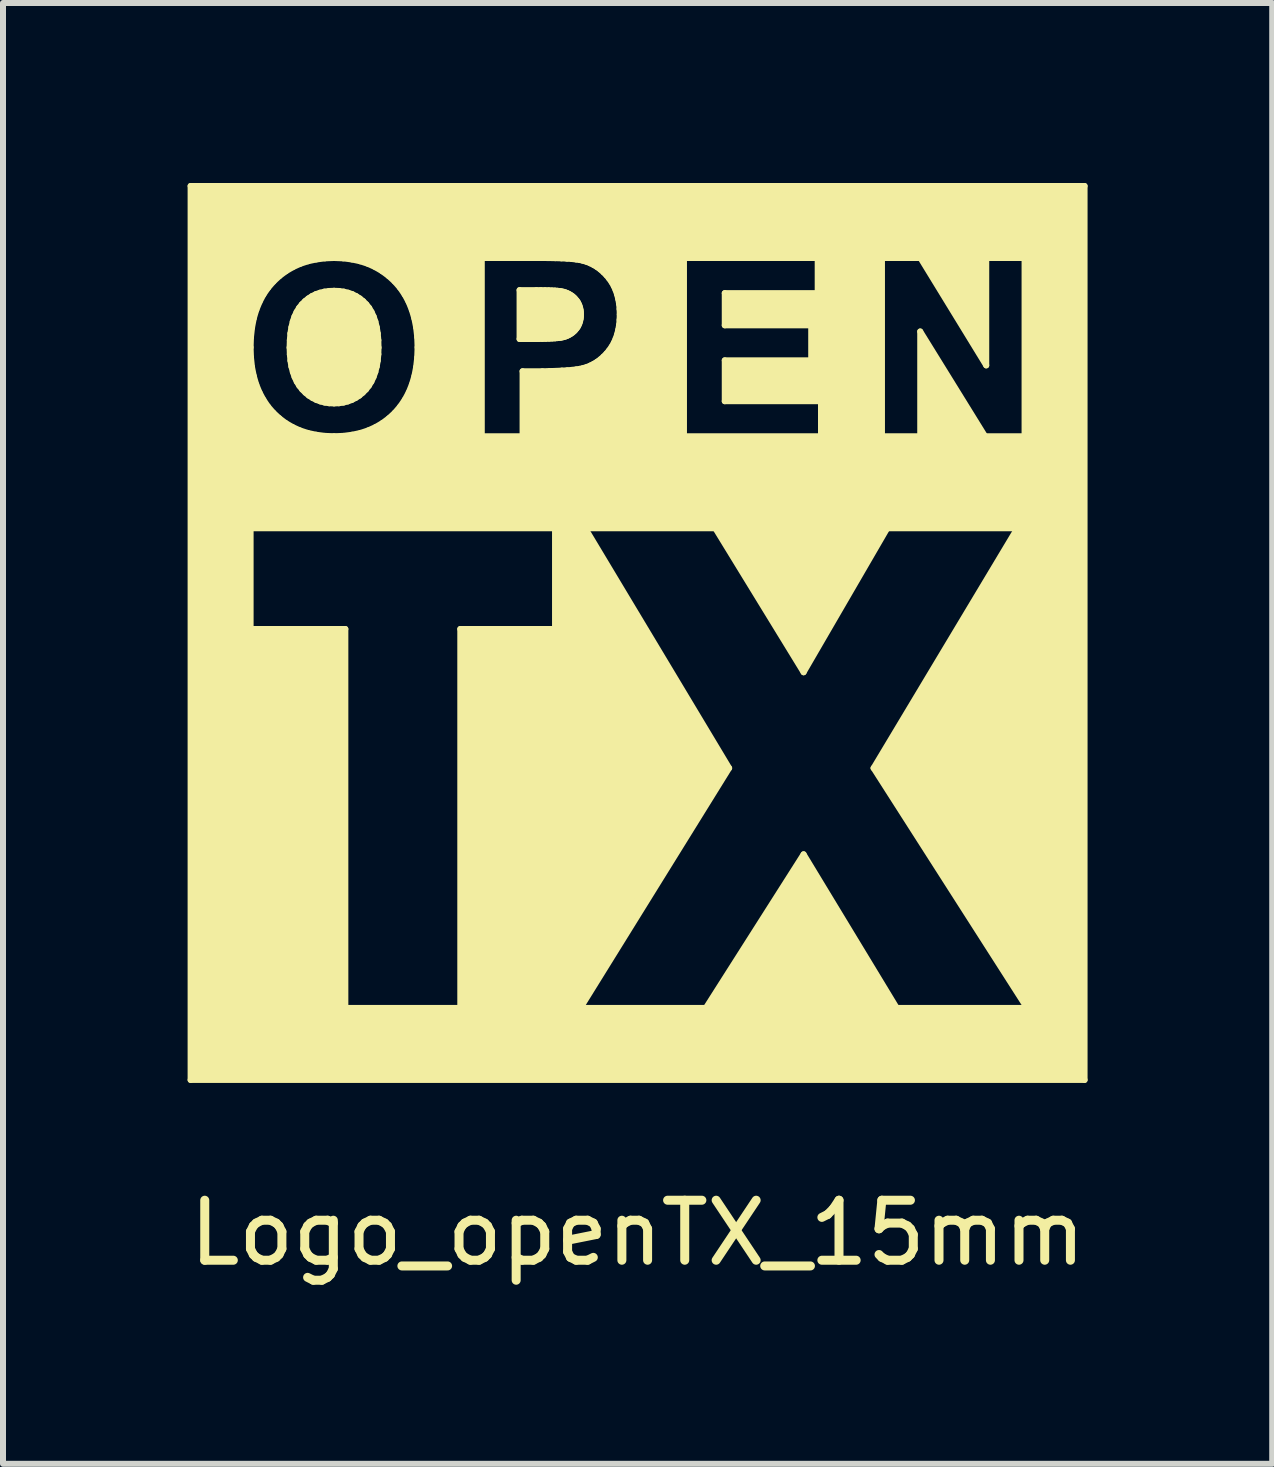
<source format=kicad_pcb>
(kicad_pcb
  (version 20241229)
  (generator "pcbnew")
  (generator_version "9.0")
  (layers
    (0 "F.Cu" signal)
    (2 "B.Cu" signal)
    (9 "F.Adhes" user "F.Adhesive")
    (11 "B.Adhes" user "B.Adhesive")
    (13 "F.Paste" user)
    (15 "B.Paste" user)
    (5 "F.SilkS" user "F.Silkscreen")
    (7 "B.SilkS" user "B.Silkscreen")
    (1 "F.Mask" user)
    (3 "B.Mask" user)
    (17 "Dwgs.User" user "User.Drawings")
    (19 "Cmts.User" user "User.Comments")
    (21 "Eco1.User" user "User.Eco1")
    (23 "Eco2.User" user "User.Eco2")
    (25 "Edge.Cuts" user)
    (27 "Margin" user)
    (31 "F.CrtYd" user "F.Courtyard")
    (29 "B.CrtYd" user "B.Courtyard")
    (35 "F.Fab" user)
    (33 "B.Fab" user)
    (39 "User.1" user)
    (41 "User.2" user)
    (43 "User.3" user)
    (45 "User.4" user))
  (footprint "Logo_openTX_15mm"
    (layer "F.Cu")
    (at 7.577 7.5)
    (property "Reference" "Logo_openTX_15mm" (at 0 10 0) (layer "F.SilkS") (effects (font (size 1 1) (thickness 0.15))))
    (attr through_hole)
    (fp_line (start -7.45 -7.45) (end 7.45 -7.45) (stroke (width 0.1) (type solid)) (layer "F.SilkS"))
    (fp_line (start -7.45 7.45) (end -7.45 -7.45) (stroke (width 0.1) (type solid)) (layer "F.SilkS"))
    (fp_line (start -7.4 -7.4) (end 7.4 -7.4) (stroke (width 0.1) (type solid)) (layer "F.SilkS"))
    (fp_line (start -7.4 7.4) (end -7.4 -7.4) (stroke (width 0.1) (type solid)) (layer "F.SilkS"))
    (fp_line (start -7.35 -7.35) (end 7.35 -7.35) (stroke (width 0.1) (type solid)) (layer "F.SilkS"))
    (fp_line (start -7.35 7.35) (end -7.35 -7.35) (stroke (width 0.1) (type solid)) (layer "F.SilkS"))
    (fp_line (start -7.3 -7.3) (end 7.3 -7.3) (stroke (width 0.1) (type solid)) (layer "F.SilkS"))
    (fp_line (start -7.3 7.3) (end -7.3 -7.3) (stroke (width 0.1) (type solid)) (layer "F.SilkS"))
    (fp_line (start -7.25 7.3) (end -7.25 -7.3) (stroke (width 0.1) (type solid)) (layer "F.SilkS"))
    (fp_line (start -7.2 7.3) (end -7.2 -7.3) (stroke (width 0.1) (type solid)) (layer "F.SilkS"))
    (fp_line (start -7.15 7.3) (end -7.15 -7.3) (stroke (width 0.1) (type solid)) (layer "F.SilkS"))
    (fp_line (start -7.1 7.3) (end -7.1 -7.3) (stroke (width 0.1) (type solid)) (layer "F.SilkS"))
    (fp_line (start -7.05 7.3) (end -7.05 -7.3) (stroke (width 0.1) (type solid)) (layer "F.SilkS"))
    (fp_line (start -7 7.3) (end -7 -7.3) (stroke (width 0.1) (type solid)) (layer "F.SilkS"))
    (fp_line (start -6.95 7.3) (end -6.95 -7.3) (stroke (width 0.1) (type solid)) (layer "F.SilkS"))
    (fp_line (start -6.9 7.3) (end -6.9 -7.3) (stroke (width 0.1) (type solid)) (layer "F.SilkS"))
    (fp_line (start -6.85 7.3) (end -6.85 -7.3) (stroke (width 0.1) (type solid)) (layer "F.SilkS"))
    (fp_line (start -6.8 7.3) (end -6.8 -7.3) (stroke (width 0.1) (type solid)) (layer "F.SilkS"))
    (fp_line (start -6.75 7.3) (end -6.75 -7.3) (stroke (width 0.1) (type solid)) (layer "F.SilkS"))
    (fp_line (start -6.7 7.3) (end -6.7 -7.3) (stroke (width 0.1) (type solid)) (layer "F.SilkS"))
    (fp_line (start -6.65 7.3) (end -6.65 -7.3) (stroke (width 0.1) (type solid)) (layer "F.SilkS"))
    (fp_line (start -6.6 -4.761) (end -6.594 -4.942) (stroke (width 0.1) (type solid)) (layer "F.SilkS"))
    (fp_line (start -6.6 -4.768) (end -6.6 -7.3) (stroke (width 0.1) (type solid)) (layer "F.SilkS"))
    (fp_line (start -6.6 -1.895) (end -6.6 -4.753) (stroke (width 0.1) (type solid)) (layer "F.SilkS"))
    (fp_line (start -6.6 -1.895) (end -6.6 0.084) (stroke (width 0.1) (type solid)) (layer "F.SilkS"))
    (fp_line (start -6.6 0.084) (end -5.021 0.084) (stroke (width 0.1) (type solid)) (layer "F.SilkS"))
    (fp_line (start -6.6 7.3) (end -6.6 0.084) (stroke (width 0.1) (type solid)) (layer "F.SilkS"))
    (fp_line (start -6.594 -4.581) (end -6.6 -4.761) (stroke (width 0.1) (type solid)) (layer "F.SilkS"))
    (fp_line (start -6.594 -4.942) (end -6.575 -5.115) (stroke (width 0.1) (type solid)) (layer "F.SilkS"))
    (fp_line (start -6.575 -4.409) (end -6.594 -4.581) (stroke (width 0.1) (type solid)) (layer "F.SilkS"))
    (fp_line (start -6.575 -5.115) (end -6.542 -5.279) (stroke (width 0.1) (type solid)) (layer "F.SilkS"))
    (fp_line (start -6.55 -4.761) (end -6.544 -4.939) (stroke (width 0.1) (type solid)) (layer "F.SilkS"))
    (fp_line (start -6.55 -5.241) (end -6.55 -7.3) (stroke (width 0.1) (type solid)) (layer "F.SilkS"))
    (fp_line (start -6.55 -1.895) (end -6.55 -4.282) (stroke (width 0.1) (type solid)) (layer "F.SilkS"))
    (fp_line (start -6.55 -1.845) (end -6.55 0.034) (stroke (width 0.1) (type solid)) (layer "F.SilkS"))
    (fp_line (start -6.55 0.034) (end -4.971 0.034) (stroke (width 0.1) (type solid)) (layer "F.SilkS"))
    (fp_line (start -6.55 7.3) (end -6.55 0.084) (stroke (width 0.1) (type solid)) (layer "F.SilkS"))
    (fp_line (start -6.544 -4.584) (end -6.55 -4.761) (stroke (width 0.1) (type solid)) (layer "F.SilkS"))
    (fp_line (start -6.544 -4.939) (end -6.525 -5.107) (stroke (width 0.1) (type solid)) (layer "F.SilkS"))
    (fp_line (start -6.543 -4.246) (end -6.575 -4.409) (stroke (width 0.1) (type solid)) (layer "F.SilkS"))
    (fp_line (start -6.542 -5.279) (end -6.497 -5.435) (stroke (width 0.1) (type solid)) (layer "F.SilkS"))
    (fp_line (start -6.525 -4.417) (end -6.544 -4.584) (stroke (width 0.1) (type solid)) (layer "F.SilkS"))
    (fp_line (start -6.525 -5.107) (end -6.494 -5.267) (stroke (width 0.1) (type solid)) (layer "F.SilkS"))
    (fp_line (start -6.5 -4.761) (end -6.494 -4.935) (stroke (width 0.1) (type solid)) (layer "F.SilkS"))
    (fp_line (start -6.5 -5.423) (end -6.5 -7.3) (stroke (width 0.1) (type solid)) (layer "F.SilkS"))
    (fp_line (start -6.5 -1.895) (end -6.5 -4.1) (stroke (width 0.1) (type solid)) (layer "F.SilkS"))
    (fp_line (start -6.5 -1.795) (end -6.5 -0.016) (stroke (width 0.1) (type solid)) (layer "F.SilkS"))
    (fp_line (start -6.5 -0.016) (end -4.921 -0.016) (stroke (width 0.1) (type solid)) (layer "F.SilkS"))
    (fp_line (start -6.5 7.3) (end -6.5 0.084) (stroke (width 0.1) (type solid)) (layer "F.SilkS"))
    (fp_line (start -6.497 -4.091) (end -6.543 -4.246) (stroke (width 0.1) (type solid)) (layer "F.SilkS"))
    (fp_line (start -6.497 -5.435) (end -6.437 -5.581) (stroke (width 0.1) (type solid)) (layer "F.SilkS"))
    (fp_line (start -6.494 -4.258) (end -6.525 -4.417) (stroke (width 0.1) (type solid)) (layer "F.SilkS"))
    (fp_line (start -6.494 -4.588) (end -6.5 -4.761) (stroke (width 0.1) (type solid)) (layer "F.SilkS"))
    (fp_line (start -6.494 -4.935) (end -6.476 -5.1) (stroke (width 0.1) (type solid)) (layer "F.SilkS"))
    (fp_line (start -6.494 -5.267) (end -6.449 -5.418) (stroke (width 0.1) (type solid)) (layer "F.SilkS"))
    (fp_line (start -6.476 -4.424) (end -6.494 -4.588) (stroke (width 0.1) (type solid)) (layer "F.SilkS"))
    (fp_line (start -6.476 -5.1) (end -6.445 -5.255) (stroke (width 0.1) (type solid)) (layer "F.SilkS"))
    (fp_line (start -6.45 -4.108) (end -6.494 -4.258) (stroke (width 0.1) (type solid)) (layer "F.SilkS"))
    (fp_line (start -6.45 -4.761) (end -6.444 -4.931) (stroke (width 0.1) (type solid)) (layer "F.SilkS"))
    (fp_line (start -6.45 -5.55) (end -6.45 -7.3) (stroke (width 0.1) (type solid)) (layer "F.SilkS"))
    (fp_line (start -6.45 -1.895) (end -6.45 -3.974) (stroke (width 0.1) (type solid)) (layer "F.SilkS"))
    (fp_line (start -6.45 -1.745) (end -6.45 -0.066) (stroke (width 0.1) (type solid)) (layer "F.SilkS"))
    (fp_line (start -6.45 -0.066) (end -4.871 -0.066) (stroke (width 0.1) (type solid)) (layer "F.SilkS"))
    (fp_line (start -6.45 7.3) (end -6.45 0.084) (stroke (width 0.1) (type solid)) (layer "F.SilkS"))
    (fp_line (start -6.449 -5.418) (end -6.392 -5.56) (stroke (width 0.1) (type solid)) (layer "F.SilkS"))
    (fp_line (start -6.446 -4.27) (end -6.476 -4.424) (stroke (width 0.1) (type solid)) (layer "F.SilkS"))
    (fp_line (start -6.445 -5.255) (end -6.402 -5.402) (stroke (width 0.1) (type solid)) (layer "F.SilkS"))
    (fp_line (start -6.444 -4.592) (end -6.45 -4.761) (stroke (width 0.1) (type solid)) (layer "F.SilkS"))
    (fp_line (start -6.444 -4.931) (end -6.426 -5.092) (stroke (width 0.1) (type solid)) (layer "F.SilkS"))
    (fp_line (start -6.438 -3.946) (end -6.497 -4.091) (stroke (width 0.1) (type solid)) (layer "F.SilkS"))
    (fp_line (start -6.437 -5.581) (end -6.364 -5.718) (stroke (width 0.1) (type solid)) (layer "F.SilkS"))
    (fp_line (start -6.427 -4.432) (end -6.444 -4.592) (stroke (width 0.1) (type solid)) (layer "F.SilkS"))
    (fp_line (start -6.426 -5.092) (end -6.397 -5.244) (stroke (width 0.1) (type solid)) (layer "F.SilkS"))
    (fp_line (start -6.403 -4.124) (end -6.446 -4.27) (stroke (width 0.1) (type solid)) (layer "F.SilkS"))
    (fp_line (start -6.402 -5.402) (end -6.347 -5.539) (stroke (width 0.1) (type solid)) (layer "F.SilkS"))
    (fp_line (start -6.4 -5.651) (end -6.4 -7.3) (stroke (width 0.1) (type solid)) (layer "F.SilkS"))
    (fp_line (start -6.4 -1.895) (end -6.4 -3.874) (stroke (width 0.1) (type solid)) (layer "F.SilkS"))
    (fp_line (start -6.4 7.3) (end -6.4 0.084) (stroke (width 0.1) (type solid)) (layer "F.SilkS"))
    (fp_line (start -6.397 -4.282) (end -6.427 -4.432) (stroke (width 0.1) (type solid)) (layer "F.SilkS"))
    (fp_line (start -6.397 -5.244) (end -6.355 -5.385) (stroke (width 0.1) (type solid)) (layer "F.SilkS"))
    (fp_line (start -6.393 -3.967) (end -6.45 -4.108) (stroke (width 0.1) (type solid)) (layer "F.SilkS"))
    (fp_line (start -6.392 -5.56) (end -6.321 -5.692) (stroke (width 0.1) (type solid)) (layer "F.SilkS"))
    (fp_line (start -6.366 -3.81) (end -6.438 -3.946) (stroke (width 0.1) (type solid)) (layer "F.SilkS"))
    (fp_line (start -6.364 -5.718) (end -6.277 -5.845) (stroke (width 0.1) (type solid)) (layer "F.SilkS"))
    (fp_line (start -6.356 -4.141) (end -6.397 -4.282) (stroke (width 0.1) (type solid)) (layer "F.SilkS"))
    (fp_line (start -6.355 -5.385) (end -6.301 -5.517) (stroke (width 0.1) (type solid)) (layer "F.SilkS"))
    (fp_line (start -6.35 -5.739) (end -6.35 -7.3) (stroke (width 0.1) (type solid)) (layer "F.SilkS"))
    (fp_line (start -6.35 -1.895) (end -6.35 -3.786) (stroke (width 0.1) (type solid)) (layer "F.SilkS"))
    (fp_line (start -6.35 7.3) (end -6.35 0.084) (stroke (width 0.1) (type solid)) (layer "F.SilkS"))
    (fp_line (start -6.348 -3.988) (end -6.403 -4.124) (stroke (width 0.1) (type solid)) (layer "F.SilkS"))
    (fp_line (start -6.347 -5.539) (end -6.279 -5.666) (stroke (width 0.1) (type solid)) (layer "F.SilkS"))
    (fp_line (start -6.323 -3.836) (end -6.393 -3.967) (stroke (width 0.1) (type solid)) (layer "F.SilkS"))
    (fp_line (start -6.321 -5.692) (end -6.238 -5.814) (stroke (width 0.1) (type solid)) (layer "F.SilkS"))
    (fp_line (start -6.302 -4.009) (end -6.356 -4.141) (stroke (width 0.1) (type solid)) (layer "F.SilkS"))
    (fp_line (start -6.301 -5.517) (end -6.236 -5.64) (stroke (width 0.1) (type solid)) (layer "F.SilkS"))
    (fp_line (start -6.3 -5.811) (end -6.3 -7.3) (stroke (width 0.1) (type solid)) (layer "F.SilkS"))
    (fp_line (start -6.3 -1.895) (end -6.3 -3.713) (stroke (width 0.1) (type solid)) (layer "F.SilkS"))
    (fp_line (start -6.3 7.3) (end -6.3 0.084) (stroke (width 0.1) (type solid)) (layer "F.SilkS"))
    (fp_line (start -6.28 -3.862) (end -6.348 -3.988) (stroke (width 0.1) (type solid)) (layer "F.SilkS"))
    (fp_line (start -6.28 -3.684) (end -6.366 -3.81) (stroke (width 0.1) (type solid)) (layer "F.SilkS"))
    (fp_line (start -6.279 -5.666) (end -6.198 -5.783) (stroke (width 0.1) (type solid)) (layer "F.SilkS"))
    (fp_line (start -6.277 -5.845) (end -6.177 -5.96) (stroke (width 0.1) (type solid)) (layer "F.SilkS"))
    (fp_line (start -6.25 -5.876) (end -6.25 -7.3) (stroke (width 0.1) (type solid)) (layer "F.SilkS"))
    (fp_line (start -6.25 -1.895) (end -6.25 -3.649) (stroke (width 0.1) (type solid)) (layer "F.SilkS"))
    (fp_line (start -6.25 7.3) (end -6.25 0.084) (stroke (width 0.1) (type solid)) (layer "F.SilkS"))
    (fp_line (start -6.24 -3.714) (end -6.323 -3.836) (stroke (width 0.1) (type solid)) (layer "F.SilkS"))
    (fp_line (start -6.238 -5.814) (end -6.141 -5.926) (stroke (width 0.1) (type solid)) (layer "F.SilkS"))
    (fp_line (start -6.237 -3.888) (end -6.302 -4.009) (stroke (width 0.1) (type solid)) (layer "F.SilkS"))
    (fp_line (start -6.236 -5.64) (end -6.158 -5.753) (stroke (width 0.1) (type solid)) (layer "F.SilkS"))
    (fp_line (start -6.2 -3.745) (end -6.28 -3.862) (stroke (width 0.1) (type solid)) (layer "F.SilkS"))
    (fp_line (start -6.2 -5.934) (end -6.2 -7.3) (stroke (width 0.1) (type solid)) (layer "F.SilkS"))
    (fp_line (start -6.2 -1.895) (end -6.2 -3.591) (stroke (width 0.1) (type solid)) (layer "F.SilkS"))
    (fp_line (start -6.2 7.3) (end -6.2 0.084) (stroke (width 0.1) (type solid)) (layer "F.SilkS"))
    (fp_line (start -6.198 -5.783) (end -6.105 -5.891) (stroke (width 0.1) (type solid)) (layer "F.SilkS"))
    (fp_line (start -6.18 -3.568) (end -6.28 -3.684) (stroke (width 0.1) (type solid)) (layer "F.SilkS"))
    (fp_line (start -6.177 -5.96) (end -6.066 -6.064) (stroke (width 0.1) (type solid)) (layer "F.SilkS"))
    (fp_line (start -6.161 -3.775) (end -6.237 -3.888) (stroke (width 0.1) (type solid)) (layer "F.SilkS"))
    (fp_line (start -6.158 -5.753) (end -6.069 -5.856) (stroke (width 0.1) (type solid)) (layer "F.SilkS"))
    (fp_line (start -6.15 -5.986) (end -6.15 -7.3) (stroke (width 0.1) (type solid)) (layer "F.SilkS"))
    (fp_line (start -6.15 -1.895) (end -6.15 -3.54) (stroke (width 0.1) (type solid)) (layer "F.SilkS"))
    (fp_line (start -6.15 7.3) (end -6.15 0.084) (stroke (width 0.1) (type solid)) (layer "F.SilkS"))
    (fp_line (start -6.144 -3.603) (end -6.24 -3.714) (stroke (width 0.1) (type solid)) (layer "F.SilkS"))
    (fp_line (start -6.141 -5.926) (end -6.034 -6.025) (stroke (width 0.1) (type solid)) (layer "F.SilkS"))
    (fp_line (start -6.108 -3.637) (end -6.2 -3.745) (stroke (width 0.1) (type solid)) (layer "F.SilkS"))
    (fp_line (start -6.105 -5.891) (end -6.002 -5.987) (stroke (width 0.1) (type solid)) (layer "F.SilkS"))
    (fp_line (start -6.1 -6.032) (end -6.1 -7.3) (stroke (width 0.1) (type solid)) (layer "F.SilkS"))
    (fp_line (start -6.1 -1.895) (end -6.1 -3.493) (stroke (width 0.1) (type solid)) (layer "F.SilkS"))
    (fp_line (start -6.1 7.3) (end -6.1 0.084) (stroke (width 0.1) (type solid)) (layer "F.SilkS"))
    (fp_line (start -6.072 -3.672) (end -6.161 -3.775) (stroke (width 0.1) (type solid)) (layer "F.SilkS"))
    (fp_line (start -6.07 -3.465) (end -6.18 -3.568) (stroke (width 0.1) (type solid)) (layer "F.SilkS"))
    (fp_line (start -6.069 -5.856) (end -5.97 -5.948) (stroke (width 0.1) (type solid)) (layer "F.SilkS"))
    (fp_line (start -6.066 -6.064) (end -5.946 -6.154) (stroke (width 0.1) (type solid)) (layer "F.SilkS"))
    (fp_line (start -6.05 -6.076) (end -6.05 -7.3) (stroke (width 0.1) (type solid)) (layer "F.SilkS"))
    (fp_line (start -6.05 -1.895) (end -6.05 -3.45) (stroke (width 0.1) (type solid)) (layer "F.SilkS"))
    (fp_line (start -6.05 7.3) (end -6.05 0.084) (stroke (width 0.1) (type solid)) (layer "F.SilkS"))
    (fp_line (start -6.038 -3.503) (end -6.144 -3.603) (stroke (width 0.1) (type solid)) (layer "F.SilkS"))
    (fp_line (start -6.034 -6.025) (end -5.918 -6.112) (stroke (width 0.1) (type solid)) (layer "F.SilkS"))
    (fp_line (start -6.006 -3.542) (end -6.108 -3.637) (stroke (width 0.1) (type solid)) (layer "F.SilkS"))
    (fp_line (start -6.002 -5.987) (end -5.89 -6.07) (stroke (width 0.1) (type solid)) (layer "F.SilkS"))
    (fp_line (start -6 -6.113) (end -6 -7.3) (stroke (width 0.1) (type solid)) (layer "F.SilkS"))
    (fp_line (start -6 -1.895) (end -6 -3.413) (stroke (width 0.1) (type solid)) (layer "F.SilkS"))
    (fp_line (start -6 7.3) (end -6 0.084) (stroke (width 0.1) (type solid)) (layer "F.SilkS"))
    (fp_line (start -5.973 -3.58) (end -6.072 -3.672) (stroke (width 0.1) (type solid)) (layer "F.SilkS"))
    (fp_line (start -5.97 -5.948) (end -5.863 -6.028) (stroke (width 0.1) (type solid)) (layer "F.SilkS"))
    (fp_line (start -5.95 -3.375) (end -6.07 -3.465) (stroke (width 0.1) (type solid)) (layer "F.SilkS"))
    (fp_line (start -5.95 -6.15) (end -5.95 -7.3) (stroke (width 0.1) (type solid)) (layer "F.SilkS"))
    (fp_line (start -5.95 -1.895) (end -5.95 -3.375) (stroke (width 0.1) (type solid)) (layer "F.SilkS"))
    (fp_line (start -5.95 7.3) (end -5.95 0.084) (stroke (width 0.1) (type solid)) (layer "F.SilkS"))
    (fp_line (start -5.946 -6.154) (end -5.817 -6.23) (stroke (width 0.1) (type solid)) (layer "F.SilkS"))
    (fp_line (start -5.922 -3.417) (end -6.038 -3.503) (stroke (width 0.1) (type solid)) (layer "F.SilkS"))
    (fp_line (start -5.918 -6.112) (end -5.794 -6.185) (stroke (width 0.1) (type solid)) (layer "F.SilkS"))
    (fp_line (start -5.9 -6.181) (end -5.9 -7.3) (stroke (width 0.1) (type solid)) (layer "F.SilkS"))
    (fp_line (start -5.9 -1.895) (end -5.9 -3.346) (stroke (width 0.1) (type solid)) (layer "F.SilkS"))
    (fp_line (start -5.9 7.3) (end -5.9 0.084) (stroke (width 0.1) (type solid)) (layer "F.SilkS"))
    (fp_line (start -5.895 -3.459) (end -6.006 -3.542) (stroke (width 0.1) (type solid)) (layer "F.SilkS"))
    (fp_line (start -5.89 -6.07) (end -5.771 -6.141) (stroke (width 0.1) (type solid)) (layer "F.SilkS"))
    (fp_line (start -5.867 -3.5) (end -5.973 -3.58) (stroke (width 0.1) (type solid)) (layer "F.SilkS"))
    (fp_line (start -5.863 -6.028) (end -5.748 -6.096) (stroke (width 0.1) (type solid)) (layer "F.SilkS"))
    (fp_line (start -5.85 -6.21) (end -5.85 -7.3) (stroke (width 0.1) (type solid)) (layer "F.SilkS"))
    (fp_line (start -5.85 -1.895) (end -5.85 -3.316) (stroke (width 0.1) (type solid)) (layer "F.SilkS"))
    (fp_line (start -5.85 7.3) (end -5.85 0.084) (stroke (width 0.1) (type solid)) (layer "F.SilkS"))
    (fp_line (start -5.821 -3.299) (end -5.95 -3.375) (stroke (width 0.1) (type solid)) (layer "F.SilkS"))
    (fp_line (start -5.817 -6.23) (end -5.68 -6.292) (stroke (width 0.1) (type solid)) (layer "F.SilkS"))
    (fp_line (start -5.8 -6.237) (end -5.8 -7.3) (stroke (width 0.1) (type solid)) (layer "F.SilkS"))
    (fp_line (start -5.8 -1.895) (end -5.8 -3.29) (stroke (width 0.1) (type solid)) (layer "F.SilkS"))
    (fp_line (start -5.8 7.3) (end -5.8 0.084) (stroke (width 0.1) (type solid)) (layer "F.SilkS"))
    (fp_line (start -5.8 -4.757) (end -5.796 -4.879) (stroke (width 0.1) (type solid)) (layer "F.SilkS"))
    (fp_line (start -5.798 -3.344) (end -5.922 -3.417) (stroke (width 0.1) (type solid)) (layer "F.SilkS"))
    (fp_line (start -5.796 -4.879) (end -5.787 -4.992) (stroke (width 0.1) (type solid)) (layer "F.SilkS"))
    (fp_line (start -5.796 -4.645) (end -5.8 -4.757) (stroke (width 0.1) (type solid)) (layer "F.SilkS"))
    (fp_line (start -5.794 -6.185) (end -5.661 -6.245) (stroke (width 0.1) (type solid)) (layer "F.SilkS"))
    (fp_line (start -5.787 -4.992) (end -5.77 -5.095) (stroke (width 0.1) (type solid)) (layer "F.SilkS"))
    (fp_line (start -5.786 -4.539) (end -5.796 -4.645) (stroke (width 0.1) (type solid)) (layer "F.SilkS"))
    (fp_line (start -5.775 -3.388) (end -5.895 -3.459) (stroke (width 0.1) (type solid)) (layer "F.SilkS"))
    (fp_line (start -5.771 -6.141) (end -5.643 -6.198) (stroke (width 0.1) (type solid)) (layer "F.SilkS"))
    (fp_line (start -5.77 -5.095) (end -5.748 -5.189) (stroke (width 0.1) (type solid)) (layer "F.SilkS"))
    (fp_line (start -5.77 -4.441) (end -5.786 -4.539) (stroke (width 0.1) (type solid)) (layer "F.SilkS"))
    (fp_line (start -5.752 -3.433) (end -5.867 -3.5) (stroke (width 0.1) (type solid)) (layer "F.SilkS"))
    (fp_line (start -5.75 -6.26) (end -5.75 -7.3) (stroke (width 0.1) (type solid)) (layer "F.SilkS"))
    (fp_line (start -5.75 -1.895) (end -5.75 -3.267) (stroke (width 0.1) (type solid)) (layer "F.SilkS"))
    (fp_line (start -5.75 7.3) (end -5.75 0.084) (stroke (width 0.1) (type solid)) (layer "F.SilkS"))
    (fp_line (start -5.75 -4.757) (end -5.747 -4.876) (stroke (width 0.1) (type solid)) (layer "F.SilkS"))
    (fp_line (start -5.748 -6.096) (end -5.625 -6.152) (stroke (width 0.1) (type solid)) (layer "F.SilkS"))
    (fp_line (start -5.748 -5.189) (end -5.719 -5.274) (stroke (width 0.1) (type solid)) (layer "F.SilkS"))
    (fp_line (start -5.747 -4.876) (end -5.737 -4.986) (stroke (width 0.1) (type solid)) (layer "F.SilkS"))
    (fp_line (start -5.746 -4.648) (end -5.75 -4.757) (stroke (width 0.1) (type solid)) (layer "F.SilkS"))
    (fp_line (start -5.746 -4.35) (end -5.77 -4.441) (stroke (width 0.1) (type solid)) (layer "F.SilkS"))
    (fp_line (start -5.737 -4.986) (end -5.721 -5.085) (stroke (width 0.1) (type solid)) (layer "F.SilkS"))
    (fp_line (start -5.737 -4.546) (end -5.746 -4.648) (stroke (width 0.1) (type solid)) (layer "F.SilkS"))
    (fp_line (start -5.721 -5.085) (end -5.7 -5.175) (stroke (width 0.1) (type solid)) (layer "F.SilkS"))
    (fp_line (start -5.721 -4.451) (end -5.737 -4.546) (stroke (width 0.1) (type solid)) (layer "F.SilkS"))
    (fp_line (start -5.719 -5.274) (end -5.684 -5.35) (stroke (width 0.1) (type solid)) (layer "F.SilkS"))
    (fp_line (start -5.717 -4.266) (end -5.746 -4.35) (stroke (width 0.1) (type solid)) (layer "F.SilkS"))
    (fp_line (start -5.7 -6.282) (end -5.7 -7.3) (stroke (width 0.1) (type solid)) (layer "F.SilkS"))
    (fp_line (start -5.7 -1.895) (end -5.7 -3.245) (stroke (width 0.1) (type solid)) (layer "F.SilkS"))
    (fp_line (start -5.7 7.3) (end -5.7 0.084) (stroke (width 0.1) (type solid)) (layer "F.SilkS"))
    (fp_line (start -5.7 -4.757) (end -5.697 -4.873) (stroke (width 0.1) (type solid)) (layer "F.SilkS"))
    (fp_line (start -5.7 -5.175) (end -5.672 -5.255) (stroke (width 0.1) (type solid)) (layer "F.SilkS"))
    (fp_line (start -5.698 -4.364) (end -5.721 -4.451) (stroke (width 0.1) (type solid)) (layer "F.SilkS"))
    (fp_line (start -5.697 -4.873) (end -5.687 -4.98) (stroke (width 0.1) (type solid)) (layer "F.SilkS"))
    (fp_line (start -5.697 -4.651) (end -5.7 -4.757) (stroke (width 0.1) (type solid)) (layer "F.SilkS"))
    (fp_line (start -5.687 -4.98) (end -5.672 -5.076) (stroke (width 0.1) (type solid)) (layer "F.SilkS"))
    (fp_line (start -5.687 -4.552) (end -5.697 -4.651) (stroke (width 0.1) (type solid)) (layer "F.SilkS"))
    (fp_line (start -5.684 -3.237) (end -5.821 -3.299) (stroke (width 0.1) (type solid)) (layer "F.SilkS"))
    (fp_line (start -5.684 -5.35) (end -5.643 -5.418) (stroke (width 0.1) (type solid)) (layer "F.SilkS"))
    (fp_line (start -5.681 -4.189) (end -5.717 -4.266) (stroke (width 0.1) (type solid)) (layer "F.SilkS"))
    (fp_line (start -5.68 -6.292) (end -5.535 -6.339) (stroke (width 0.1) (type solid)) (layer "F.SilkS"))
    (fp_line (start -5.672 -5.255) (end -5.64 -5.326) (stroke (width 0.1) (type solid)) (layer "F.SilkS"))
    (fp_line (start -5.672 -5.076) (end -5.652 -5.161) (stroke (width 0.1) (type solid)) (layer "F.SilkS"))
    (fp_line (start -5.672 -4.462) (end -5.687 -4.552) (stroke (width 0.1) (type solid)) (layer "F.SilkS"))
    (fp_line (start -5.67 -4.285) (end -5.698 -4.364) (stroke (width 0.1) (type solid)) (layer "F.SilkS"))
    (fp_line (start -5.666 -3.284) (end -5.798 -3.344) (stroke (width 0.1) (type solid)) (layer "F.SilkS"))
    (fp_line (start -5.661 -6.245) (end -5.521 -6.291) (stroke (width 0.1) (type solid)) (layer "F.SilkS"))
    (fp_line (start -5.652 -5.161) (end -5.626 -5.237) (stroke (width 0.1) (type solid)) (layer "F.SilkS"))
    (fp_line (start -5.651 -4.379) (end -5.672 -4.462) (stroke (width 0.1) (type solid)) (layer "F.SilkS"))
    (fp_line (start -5.65 -6.301) (end -5.65 -7.3) (stroke (width 0.1) (type solid)) (layer "F.SilkS"))
    (fp_line (start -5.65 -1.895) (end -5.65 -3.226) (stroke (width 0.1) (type solid)) (layer "F.SilkS"))
    (fp_line (start -5.65 7.3) (end -5.65 0.084) (stroke (width 0.1) (type solid)) (layer "F.SilkS"))
    (fp_line (start -5.65 -4.757) (end -5.647 -4.87) (stroke (width 0.1) (type solid)) (layer "F.SilkS"))
    (fp_line (start -5.648 -3.331) (end -5.775 -3.388) (stroke (width 0.1) (type solid)) (layer "F.SilkS"))
    (fp_line (start -5.647 -4.87) (end -5.638 -4.974) (stroke (width 0.1) (type solid)) (layer "F.SilkS"))
    (fp_line (start -5.647 -4.654) (end -5.65 -4.757) (stroke (width 0.1) (type solid)) (layer "F.SilkS"))
    (fp_line (start -5.643 -6.198) (end -5.508 -6.243) (stroke (width 0.1) (type solid)) (layer "F.SilkS"))
    (fp_line (start -5.643 -5.418) (end -5.596 -5.478) (stroke (width 0.1) (type solid)) (layer "F.SilkS"))
    (fp_line (start -5.64 -5.326) (end -5.602 -5.389) (stroke (width 0.1) (type solid)) (layer "F.SilkS"))
    (fp_line (start -5.639 -4.12) (end -5.681 -4.189) (stroke (width 0.1) (type solid)) (layer "F.SilkS"))
    (fp_line (start -5.638 -4.974) (end -5.623 -5.066) (stroke (width 0.1) (type solid)) (layer "F.SilkS"))
    (fp_line (start -5.638 -4.559) (end -5.647 -4.654) (stroke (width 0.1) (type solid)) (layer "F.SilkS"))
    (fp_line (start -5.637 -4.213) (end -5.67 -4.285) (stroke (width 0.1) (type solid)) (layer "F.SilkS"))
    (fp_line (start -5.63 -3.377) (end -5.752 -3.433) (stroke (width 0.1) (type solid)) (layer "F.SilkS"))
    (fp_line (start -5.626 -5.237) (end -5.595 -5.303) (stroke (width 0.1) (type solid)) (layer "F.SilkS"))
    (fp_line (start -5.625 -6.152) (end -5.495 -6.195) (stroke (width 0.1) (type solid)) (layer "F.SilkS"))
    (fp_line (start -5.624 -4.304) (end -5.651 -4.379) (stroke (width 0.1) (type solid)) (layer "F.SilkS"))
    (fp_line (start -5.623 -5.066) (end -5.603 -5.147) (stroke (width 0.1) (type solid)) (layer "F.SilkS"))
    (fp_line (start -5.623 -4.472) (end -5.638 -4.559) (stroke (width 0.1) (type solid)) (layer "F.SilkS"))
    (fp_line (start -5.603 -5.147) (end -5.579 -5.218) (stroke (width 0.1) (type solid)) (layer "F.SilkS"))
    (fp_line (start -5.603 -4.393) (end -5.623 -4.472) (stroke (width 0.1) (type solid)) (layer "F.SilkS"))
    (fp_line (start -5.602 -5.389) (end -5.558 -5.444) (stroke (width 0.1) (type solid)) (layer "F.SilkS"))
    (fp_line (start -5.6 -6.318) (end -5.6 -7.3) (stroke (width 0.1) (type solid)) (layer "F.SilkS"))
    (fp_line (start -5.6 -1.895) (end -5.6 -3.21) (stroke (width 0.1) (type solid)) (layer "F.SilkS"))
    (fp_line (start -5.6 7.3) (end -5.6 0.084) (stroke (width 0.1) (type solid)) (layer "F.SilkS"))
    (fp_line (start -5.6 -4.757) (end -5.597 -4.868) (stroke (width 0.1) (type solid)) (layer "F.SilkS"))
    (fp_line (start -5.597 -4.149) (end -5.637 -4.213) (stroke (width 0.1) (type solid)) (layer "F.SilkS"))
    (fp_line (start -5.597 -4.868) (end -5.588 -4.968) (stroke (width 0.1) (type solid)) (layer "F.SilkS"))
    (fp_line (start -5.597 -4.657) (end -5.6 -4.757) (stroke (width 0.1) (type solid)) (layer "F.SilkS"))
    (fp_line (start -5.596 -5.478) (end -5.543 -5.531) (stroke (width 0.1) (type solid)) (layer "F.SilkS"))
    (fp_line (start -5.595 -5.303) (end -5.561 -5.361) (stroke (width 0.1) (type solid)) (layer "F.SilkS"))
    (fp_line (start -5.593 -4.237) (end -5.624 -4.304) (stroke (width 0.1) (type solid)) (layer "F.SilkS"))
    (fp_line (start -5.59 -4.058) (end -5.639 -4.12) (stroke (width 0.1) (type solid)) (layer "F.SilkS"))
    (fp_line (start -5.588 -4.968) (end -5.574 -5.056) (stroke (width 0.1) (type solid)) (layer "F.SilkS"))
    (fp_line (start -5.588 -4.566) (end -5.597 -4.657) (stroke (width 0.1) (type solid)) (layer "F.SilkS"))
    (fp_line (start -5.579 -5.218) (end -5.551 -5.28) (stroke (width 0.1) (type solid)) (layer "F.SilkS"))
    (fp_line (start -5.578 -4.323) (end -5.603 -4.393) (stroke (width 0.1) (type solid)) (layer "F.SilkS"))
    (fp_line (start -5.574 -5.056) (end -5.555 -5.133) (stroke (width 0.1) (type solid)) (layer "F.SilkS"))
    (fp_line (start -5.574 -4.482) (end -5.588 -4.566) (stroke (width 0.1) (type solid)) (layer "F.SilkS"))
    (fp_line (start -5.561 -5.361) (end -5.521 -5.411) (stroke (width 0.1) (type solid)) (layer "F.SilkS"))
    (fp_line (start -5.558 -5.444) (end -5.51 -5.493) (stroke (width 0.1) (type solid)) (layer "F.SilkS"))
    (fp_line (start -5.556 -4.177) (end -5.593 -4.237) (stroke (width 0.1) (type solid)) (layer "F.SilkS"))
    (fp_line (start -5.555 -5.133) (end -5.533 -5.2) (stroke (width 0.1) (type solid)) (layer "F.SilkS"))
    (fp_line (start -5.555 -4.408) (end -5.574 -4.482) (stroke (width 0.1) (type solid)) (layer "F.SilkS"))
    (fp_line (start -5.552 -4.092) (end -5.597 -4.149) (stroke (width 0.1) (type solid)) (layer "F.SilkS"))
    (fp_line (start -5.551 -5.28) (end -5.519 -5.332) (stroke (width 0.1) (type solid)) (layer "F.SilkS"))
    (fp_line (start -5.55 -6.334) (end -5.55 -7.3) (stroke (width 0.1) (type solid)) (layer "F.SilkS"))
    (fp_line (start -5.55 -4.394) (end -5.55 -5.149) (stroke (width 0.1) (type solid)) (layer "F.SilkS"))
    (fp_line (start -5.55 -1.895) (end -5.55 -3.193) (stroke (width 0.1) (type solid)) (layer "F.SilkS"))
    (fp_line (start -5.55 7.3) (end -5.55 0.084) (stroke (width 0.1) (type solid)) (layer "F.SilkS"))
    (fp_line (start -5.548 -4.261) (end -5.578 -4.323) (stroke (width 0.1) (type solid)) (layer "F.SilkS"))
    (fp_line (start -5.543 -5.531) (end -5.487 -5.576) (stroke (width 0.1) (type solid)) (layer "F.SilkS"))
    (fp_line (start -5.539 -3.19) (end -5.684 -3.237) (stroke (width 0.1) (type solid)) (layer "F.SilkS"))
    (fp_line (start -5.536 -4.004) (end -5.59 -4.058) (stroke (width 0.1) (type solid)) (layer "F.SilkS"))
    (fp_line (start -5.535 -6.339) (end -5.383 -6.373) (stroke (width 0.1) (type solid)) (layer "F.SilkS"))
    (fp_line (start -5.533 -5.2) (end -5.507 -5.256) (stroke (width 0.1) (type solid)) (layer "F.SilkS"))
    (fp_line (start -5.531 -4.342) (end -5.555 -4.408) (stroke (width 0.1) (type solid)) (layer "F.SilkS"))
    (fp_line (start -5.526 -3.238) (end -5.666 -3.284) (stroke (width 0.1) (type solid)) (layer "F.SilkS"))
    (fp_line (start -5.521 -6.291) (end -5.374 -6.324) (stroke (width 0.1) (type solid)) (layer "F.SilkS"))
    (fp_line (start -5.521 -5.411) (end -5.476 -5.456) (stroke (width 0.1) (type solid)) (layer "F.SilkS"))
    (fp_line (start -5.519 -5.332) (end -5.483 -5.378) (stroke (width 0.1) (type solid)) (layer "F.SilkS"))
    (fp_line (start -5.515 -4.206) (end -5.548 -4.261) (stroke (width 0.1) (type solid)) (layer "F.SilkS"))
    (fp_line (start -5.515 -4.125) (end -5.556 -4.177) (stroke (width 0.1) (type solid)) (layer "F.SilkS"))
    (fp_line (start -5.512 -3.286) (end -5.648 -3.331) (stroke (width 0.1) (type solid)) (layer "F.SilkS"))
    (fp_line (start -5.51 -5.493) (end -5.458 -5.536) (stroke (width 0.1) (type solid)) (layer "F.SilkS"))
    (fp_line (start -5.508 -6.243) (end -5.365 -6.275) (stroke (width 0.1) (type solid)) (layer "F.SilkS"))
    (fp_line (start -5.507 -5.256) (end -5.478 -5.304) (stroke (width 0.1) (type solid)) (layer "F.SilkS"))
    (fp_line (start -5.504 -4.284) (end -5.531 -4.342) (stroke (width 0.1) (type solid)) (layer "F.SilkS"))
    (fp_line (start -5.502 -4.041) (end -5.552 -4.092) (stroke (width 0.1) (type solid)) (layer "F.SilkS"))
    (fp_line (start -5.5 -6.347) (end -5.5 -7.3) (stroke (width 0.1) (type solid)) (layer "F.SilkS"))
    (fp_line (start -5.5 -4.277) (end -5.5 -5.267) (stroke (width 0.1) (type solid)) (layer "F.SilkS"))
    (fp_line (start -5.5 -1.895) (end -5.5 -3.181) (stroke (width 0.1) (type solid)) (layer "F.SilkS"))
    (fp_line (start -5.5 7.3) (end -5.5 0.084) (stroke (width 0.1) (type solid)) (layer "F.SilkS"))
    (fp_line (start -5.499 -3.334) (end -5.63 -3.377) (stroke (width 0.1) (type solid)) (layer "F.SilkS"))
    (fp_line (start -5.495 -6.195) (end -5.357 -6.225) (stroke (width 0.1) (type solid)) (layer "F.SilkS"))
    (fp_line (start -5.487 -5.576) (end -5.427 -5.615) (stroke (width 0.1) (type solid)) (layer "F.SilkS"))
    (fp_line (start -5.483 -5.378) (end -5.443 -5.419) (stroke (width 0.1) (type solid)) (layer "F.SilkS"))
    (fp_line (start -5.479 -3.956) (end -5.536 -4.004) (stroke (width 0.1) (type solid)) (layer "F.SilkS"))
    (fp_line (start -5.478 -5.304) (end -5.446 -5.345) (stroke (width 0.1) (type solid)) (layer "F.SilkS"))
    (fp_line (start -5.477 -4.158) (end -5.515 -4.206) (stroke (width 0.1) (type solid)) (layer "F.SilkS"))
    (fp_line (start -5.476 -5.456) (end -5.428 -5.495) (stroke (width 0.1) (type solid)) (layer "F.SilkS"))
    (fp_line (start -5.474 -4.235) (end -5.504 -4.284) (stroke (width 0.1) (type solid)) (layer "F.SilkS"))
    (fp_line (start -5.469 -4.078) (end -5.515 -4.125) (stroke (width 0.1) (type solid)) (layer "F.SilkS"))
    (fp_line (start -5.458 -5.536) (end -5.402 -5.571) (stroke (width 0.1) (type solid)) (layer "F.SilkS"))
    (fp_line (start -5.45 -6.358) (end -5.45 -7.3) (stroke (width 0.1) (type solid)) (layer "F.SilkS"))
    (fp_line (start -5.45 -4.204) (end -5.45 -5.34) (stroke (width 0.1) (type solid)) (layer "F.SilkS"))
    (fp_line (start -5.45 -1.895) (end -5.45 -3.17) (stroke (width 0.1) (type solid)) (layer "F.SilkS"))
    (fp_line (start -5.45 7.3) (end -5.45 0.084) (stroke (width 0.1) (type solid)) (layer "F.SilkS"))
    (fp_line (start -5.449 -3.997) (end -5.502 -4.041) (stroke (width 0.1) (type solid)) (layer "F.SilkS"))
    (fp_line (start -5.446 -5.345) (end -5.409 -5.382) (stroke (width 0.1) (type solid)) (layer "F.SilkS"))
    (fp_line (start -5.443 -5.419) (end -5.399 -5.455) (stroke (width 0.1) (type solid)) (layer "F.SilkS"))
    (fp_line (start -5.44 -4.191) (end -5.474 -4.235) (stroke (width 0.1) (type solid)) (layer "F.SilkS"))
    (fp_line (start -5.435 -4.114) (end -5.477 -4.158) (stroke (width 0.1) (type solid)) (layer "F.SilkS"))
    (fp_line (start -5.428 -5.495) (end -5.377 -5.528) (stroke (width 0.1) (type solid)) (layer "F.SilkS"))
    (fp_line (start -5.427 -5.615) (end -5.362 -5.647) (stroke (width 0.1) (type solid)) (layer "F.SilkS"))
    (fp_line (start -5.419 -4.037) (end -5.469 -4.078) (stroke (width 0.1) (type solid)) (layer "F.SilkS"))
    (fp_line (start -5.418 -3.917) (end -5.479 -3.956) (stroke (width 0.1) (type solid)) (layer "F.SilkS"))
    (fp_line (start -5.409 -5.382) (end -5.37 -5.414) (stroke (width 0.1) (type solid)) (layer "F.SilkS"))
    (fp_line (start -5.402 -5.571) (end -5.343 -5.601) (stroke (width 0.1) (type solid)) (layer "F.SilkS"))
    (fp_line (start -5.401 -4.151) (end -5.44 -4.191) (stroke (width 0.1) (type solid)) (layer "F.SilkS"))
    (fp_line (start -5.4 -6.37) (end -5.4 -7.3) (stroke (width 0.1) (type solid)) (layer "F.SilkS"))
    (fp_line (start -5.4 -4.151) (end -5.4 -5.389) (stroke (width 0.1) (type solid)) (layer "F.SilkS"))
    (fp_line (start -5.4 -1.895) (end -5.4 -3.159) (stroke (width 0.1) (type solid)) (layer "F.SilkS"))
    (fp_line (start -5.4 7.3) (end -5.4 0.084) (stroke (width 0.1) (type solid)) (layer "F.SilkS"))
    (fp_line (start -5.399 -5.455) (end -5.353 -5.484) (stroke (width 0.1) (type solid)) (layer "F.SilkS"))
    (fp_line (start -5.393 -3.96) (end -5.449 -3.997) (stroke (width 0.1) (type solid)) (layer "F.SilkS"))
    (fp_line (start -5.39 -4.077) (end -5.435 -4.114) (stroke (width 0.1) (type solid)) (layer "F.SilkS"))
    (fp_line (start -5.386 -3.156) (end -5.539 -3.19) (stroke (width 0.1) (type solid)) (layer "F.SilkS"))
    (fp_line (start -5.383 -6.373) (end -5.224 -6.394) (stroke (width 0.1) (type solid)) (layer "F.SilkS"))
    (fp_line (start -5.377 -5.528) (end -5.323 -5.554) (stroke (width 0.1) (type solid)) (layer "F.SilkS"))
    (fp_line (start -5.377 -3.205) (end -5.526 -3.238) (stroke (width 0.1) (type solid)) (layer "F.SilkS"))
    (fp_line (start -5.374 -6.324) (end -5.22 -6.344) (stroke (width 0.1) (type solid)) (layer "F.SilkS"))
    (fp_line (start -5.37 -5.414) (end -5.328 -5.44) (stroke (width 0.1) (type solid)) (layer "F.SilkS"))
    (fp_line (start -5.369 -3.254) (end -5.512 -3.286) (stroke (width 0.1) (type solid)) (layer "F.SilkS"))
    (fp_line (start -5.368 -4.003) (end -5.419 -4.037) (stroke (width 0.1) (type solid)) (layer "F.SilkS"))
    (fp_line (start -5.365 -6.275) (end -5.216 -6.294) (stroke (width 0.1) (type solid)) (layer "F.SilkS"))
    (fp_line (start -5.362 -5.647) (end -5.293 -5.671) (stroke (width 0.1) (type solid)) (layer "F.SilkS"))
    (fp_line (start -5.36 -3.304) (end -5.499 -3.334) (stroke (width 0.1) (type solid)) (layer "F.SilkS"))
    (fp_line (start -5.36 -4.118) (end -5.401 -4.151) (stroke (width 0.1) (type solid)) (layer "F.SilkS"))
    (fp_line (start -5.357 -6.225) (end -5.211 -6.244) (stroke (width 0.1) (type solid)) (layer "F.SilkS"))
    (fp_line (start -5.354 -3.884) (end -5.418 -3.917) (stroke (width 0.1) (type solid)) (layer "F.SilkS"))
    (fp_line (start -5.353 -5.484) (end -5.304 -5.508) (stroke (width 0.1) (type solid)) (layer "F.SilkS"))
    (fp_line (start -5.35 -6.378) (end -5.35 -7.3) (stroke (width 0.1) (type solid)) (layer "F.SilkS"))
    (fp_line (start -5.35 -4.111) (end -5.35 -5.427) (stroke (width 0.1) (type solid)) (layer "F.SilkS"))
    (fp_line (start -5.35 -1.895) (end -5.35 -3.151) (stroke (width 0.1) (type solid)) (layer "F.SilkS"))
    (fp_line (start -5.35 7.3) (end -5.35 0.084) (stroke (width 0.1) (type solid)) (layer "F.SilkS"))
    (fp_line (start -5.343 -4.046) (end -5.39 -4.077) (stroke (width 0.1) (type solid)) (layer "F.SilkS"))
    (fp_line (start -5.343 -5.601) (end -5.279 -5.623) (stroke (width 0.1) (type solid)) (layer "F.SilkS"))
    (fp_line (start -5.334 -3.93) (end -5.393 -3.96) (stroke (width 0.1) (type solid)) (layer "F.SilkS"))
    (fp_line (start -5.328 -5.44) (end -5.284 -5.462) (stroke (width 0.1) (type solid)) (layer "F.SilkS"))
    (fp_line (start -5.323 -5.554) (end -5.264 -5.575) (stroke (width 0.1) (type solid)) (layer "F.SilkS"))
    (fp_line (start -5.318 -4.09) (end -5.36 -4.118) (stroke (width 0.1) (type solid)) (layer "F.SilkS"))
    (fp_line (start -5.314 -3.976) (end -5.368 -4.003) (stroke (width 0.1) (type solid)) (layer "F.SilkS"))
    (fp_line (start -5.304 -5.508) (end -5.25 -5.528) (stroke (width 0.1) (type solid)) (layer "F.SilkS"))
    (fp_line (start -5.3 -6.384) (end -5.3 -7.3) (stroke (width 0.1) (type solid)) (layer "F.SilkS"))
    (fp_line (start -5.3 -4.081) (end -5.3 -5.454) (stroke (width 0.1) (type solid)) (layer "F.SilkS"))
    (fp_line (start -5.3 -1.895) (end -5.3 -3.145) (stroke (width 0.1) (type solid)) (layer "F.SilkS"))
    (fp_line (start -5.3 7.3) (end -5.3 0.084) (stroke (width 0.1) (type solid)) (layer "F.SilkS"))
    (fp_line (start -5.294 -4.022) (end -5.343 -4.046) (stroke (width 0.1) (type solid)) (layer "F.SilkS"))
    (fp_line (start -5.293 -5.671) (end -5.22 -5.689) (stroke (width 0.1) (type solid)) (layer "F.SilkS"))
    (fp_line (start -5.286 -3.859) (end -5.354 -3.884) (stroke (width 0.1) (type solid)) (layer "F.SilkS"))
    (fp_line (start -5.284 -5.462) (end -5.236 -5.48) (stroke (width 0.1) (type solid)) (layer "F.SilkS"))
    (fp_line (start -5.279 -5.623) (end -5.21 -5.64) (stroke (width 0.1) (type solid)) (layer "F.SilkS"))
    (fp_line (start -5.274 -4.067) (end -5.318 -4.09) (stroke (width 0.1) (type solid)) (layer "F.SilkS"))
    (fp_line (start -5.271 -3.906) (end -5.334 -3.93) (stroke (width 0.1) (type solid)) (layer "F.SilkS"))
    (fp_line (start -5.264 -5.575) (end -5.201 -5.591) (stroke (width 0.1) (type solid)) (layer "F.SilkS"))
    (fp_line (start -5.256 -3.954) (end -5.314 -3.976) (stroke (width 0.1) (type solid)) (layer "F.SilkS"))
    (fp_line (start -5.25 -5.528) (end -5.192 -5.542) (stroke (width 0.1) (type solid)) (layer "F.SilkS"))
    (fp_line (start -5.25 -6.39) (end -5.25 -7.3) (stroke (width 0.1) (type solid)) (layer "F.SilkS"))
    (fp_line (start -5.25 -4.059) (end -5.25 -5.474) (stroke (width 0.1) (type solid)) (layer "F.SilkS"))
    (fp_line (start -5.25 -1.895) (end -5.25 -3.139) (stroke (width 0.1) (type solid)) (layer "F.SilkS"))
    (fp_line (start -5.25 7.3) (end -5.25 0.084) (stroke (width 0.1) (type solid)) (layer "F.SilkS"))
    (fp_line (start -5.241 -4.002) (end -5.294 -4.022) (stroke (width 0.1) (type solid)) (layer "F.SilkS"))
    (fp_line (start -5.236 -5.48) (end -5.183 -5.492) (stroke (width 0.1) (type solid)) (layer "F.SilkS"))
    (fp_line (start -5.226 -4.05) (end -5.274 -4.067) (stroke (width 0.1) (type solid)) (layer "F.SilkS"))
    (fp_line (start -5.226 -3.136) (end -5.386 -3.156) (stroke (width 0.1) (type solid)) (layer "F.SilkS"))
    (fp_line (start -5.224 -6.394) (end -5.059 -6.4) (stroke (width 0.1) (type solid)) (layer "F.SilkS"))
    (fp_line (start -5.222 -3.186) (end -5.377 -3.205) (stroke (width 0.1) (type solid)) (layer "F.SilkS"))
    (fp_line (start -5.22 -6.344) (end -5.059 -6.35) (stroke (width 0.1) (type solid)) (layer "F.SilkS"))
    (fp_line (start -5.22 -5.689) (end -5.142 -5.7) (stroke (width 0.1) (type solid)) (layer "F.SilkS"))
    (fp_line (start -5.218 -3.235) (end -5.369 -3.254) (stroke (width 0.1) (type solid)) (layer "F.SilkS"))
    (fp_line (start -5.216 -6.294) (end -5.059 -6.3) (stroke (width 0.1) (type solid)) (layer "F.SilkS"))
    (fp_line (start -5.214 -3.84) (end -5.286 -3.859) (stroke (width 0.1) (type solid)) (layer "F.SilkS"))
    (fp_line (start -5.214 -3.285) (end -5.36 -3.304) (stroke (width 0.1) (type solid)) (layer "F.SilkS"))
    (fp_line (start -5.211 -6.244) (end -5.059 -6.25) (stroke (width 0.1) (type solid)) (layer "F.SilkS"))
    (fp_line (start -5.21 -5.64) (end -5.137 -5.65) (stroke (width 0.1) (type solid)) (layer "F.SilkS"))
    (fp_line (start -5.205 -3.89) (end -5.271 -3.906) (stroke (width 0.1) (type solid)) (layer "F.SilkS"))
    (fp_line (start -5.201 -5.591) (end -5.133 -5.6) (stroke (width 0.1) (type solid)) (layer "F.SilkS"))
    (fp_line (start -5.2 -6.395) (end -5.2 -7.3) (stroke (width 0.1) (type solid)) (layer "F.SilkS"))
    (fp_line (start -5.2 -4.043) (end -5.2 -5.488) (stroke (width 0.1) (type solid)) (layer "F.SilkS"))
    (fp_line (start -5.2 -1.895) (end -5.2 -3.135) (stroke (width 0.1) (type solid)) (layer "F.SilkS"))
    (fp_line (start -5.2 7.3) (end -5.2 0.084) (stroke (width 0.1) (type solid)) (layer "F.SilkS"))
    (fp_line (start -5.195 -3.939) (end -5.256 -3.954) (stroke (width 0.1) (type solid)) (layer "F.SilkS"))
    (fp_line (start -5.192 -5.542) (end -5.128 -5.55) (stroke (width 0.1) (type solid)) (layer "F.SilkS"))
    (fp_line (start -5.185 -3.988) (end -5.241 -4.002) (stroke (width 0.1) (type solid)) (layer "F.SilkS"))
    (fp_line (start -5.183 -5.492) (end -5.124 -5.5) (stroke (width 0.1) (type solid)) (layer "F.SilkS"))
    (fp_line (start -5.175 -4.037) (end -5.226 -4.05) (stroke (width 0.1) (type solid)) (layer "F.SilkS"))
    (fp_line (start -5.15 -6.397) (end -5.15 -7.3) (stroke (width 0.1) (type solid)) (layer "F.SilkS"))
    (fp_line (start -5.15 -4.033) (end -5.15 -5.497) (stroke (width 0.1) (type solid)) (layer "F.SilkS"))
    (fp_line (start -5.15 -1.895) (end -5.15 -3.133) (stroke (width 0.1) (type solid)) (layer "F.SilkS"))
    (fp_line (start -5.15 7.3) (end -5.15 0.084) (stroke (width 0.1) (type solid)) (layer "F.SilkS"))
    (fp_line (start -5.142 -5.7) (end -5.059 -5.703) (stroke (width 0.1) (type solid)) (layer "F.SilkS"))
    (fp_line (start -5.139 -3.829) (end -5.214 -3.84) (stroke (width 0.1) (type solid)) (layer "F.SilkS"))
    (fp_line (start -5.137 -5.65) (end -5.059 -5.653) (stroke (width 0.1) (type solid)) (layer "F.SilkS"))
    (fp_line (start -5.134 -3.879) (end -5.205 -3.89) (stroke (width 0.1) (type solid)) (layer "F.SilkS"))
    (fp_line (start -5.133 -5.6) (end -5.059 -5.603) (stroke (width 0.1) (type solid)) (layer "F.SilkS"))
    (fp_line (start -5.129 -3.929) (end -5.195 -3.939) (stroke (width 0.1) (type solid)) (layer "F.SilkS"))
    (fp_line (start -5.128 -5.55) (end -5.059 -5.553) (stroke (width 0.1) (type solid)) (layer "F.SilkS"))
    (fp_line (start -5.124 -3.979) (end -5.185 -3.988) (stroke (width 0.1) (type solid)) (layer "F.SilkS"))
    (fp_line (start -5.124 -5.5) (end -5.059 -5.503) (stroke (width 0.1) (type solid)) (layer "F.SilkS"))
    (fp_line (start -5.12 -4.029) (end -5.175 -4.037) (stroke (width 0.1) (type solid)) (layer "F.SilkS"))
    (fp_line (start -5.1 -6.399) (end -5.1 -7.3) (stroke (width 0.1) (type solid)) (layer "F.SilkS"))
    (fp_line (start -5.1 -4.028) (end -5.1 -5.502) (stroke (width 0.1) (type solid)) (layer "F.SilkS"))
    (fp_line (start -5.1 -1.895) (end -5.1 -3.131) (stroke (width 0.1) (type solid)) (layer "F.SilkS"))
    (fp_line (start -5.1 7.3) (end -5.1 0.084) (stroke (width 0.1) (type solid)) (layer "F.SilkS"))
    (fp_line (start -5.059 -6.4) (end -4.893 -6.394) (stroke (width 0.1) (type solid)) (layer "F.SilkS"))
    (fp_line (start -5.059 -6.35) (end -4.898 -6.344) (stroke (width 0.1) (type solid)) (layer "F.SilkS"))
    (fp_line (start -5.059 -6.3) (end -4.902 -6.294) (stroke (width 0.1) (type solid)) (layer "F.SilkS"))
    (fp_line (start -5.059 -6.25) (end -4.906 -6.244) (stroke (width 0.1) (type solid)) (layer "F.SilkS"))
    (fp_line (start -5.059 -5.703) (end -4.976 -5.7) (stroke (width 0.1) (type solid)) (layer "F.SilkS"))
    (fp_line (start -5.059 -5.653) (end -4.98 -5.65) (stroke (width 0.1) (type solid)) (layer "F.SilkS"))
    (fp_line (start -5.059 -5.603) (end -4.985 -5.6) (stroke (width 0.1) (type solid)) (layer "F.SilkS"))
    (fp_line (start -5.059 -5.553) (end -4.989 -5.55) (stroke (width 0.1) (type solid)) (layer "F.SilkS"))
    (fp_line (start -5.059 -5.503) (end -4.994 -5.5) (stroke (width 0.1) (type solid)) (layer "F.SilkS"))
    (fp_line (start -5.059 -4.026) (end -5.12 -4.029) (stroke (width 0.1) (type solid)) (layer "F.SilkS"))
    (fp_line (start -5.059 -3.976) (end -5.124 -3.979) (stroke (width 0.1) (type solid)) (layer "F.SilkS"))
    (fp_line (start -5.059 -3.926) (end -5.129 -3.929) (stroke (width 0.1) (type solid)) (layer "F.SilkS"))
    (fp_line (start -5.059 -3.876) (end -5.134 -3.879) (stroke (width 0.1) (type solid)) (layer "F.SilkS"))
    (fp_line (start -5.059 -3.826) (end -5.139 -3.829) (stroke (width 0.1) (type solid)) (layer "F.SilkS"))
    (fp_line (start -5.059 -3.279) (end -5.214 -3.285) (stroke (width 0.1) (type solid)) (layer "F.SilkS"))
    (fp_line (start -5.059 -3.229) (end -5.218 -3.235) (stroke (width 0.1) (type solid)) (layer "F.SilkS"))
    (fp_line (start -5.059 -3.179) (end -5.222 -3.186) (stroke (width 0.1) (type solid)) (layer "F.SilkS"))
    (fp_line (start -5.059 -3.129) (end -5.226 -3.136) (stroke (width 0.1) (type solid)) (layer "F.SilkS"))
    (fp_line (start -5.05 -6.4) (end -5.05 -7.3) (stroke (width 0.1) (type solid)) (layer "F.SilkS"))
    (fp_line (start -5.05 -4.026) (end -5.05 -5.503) (stroke (width 0.1) (type solid)) (layer "F.SilkS"))
    (fp_line (start -5.05 -1.895) (end -5.05 -3.129) (stroke (width 0.1) (type solid)) (layer "F.SilkS"))
    (fp_line (start -5.05 7.3) (end -5.05 0.084) (stroke (width 0.1) (type solid)) (layer "F.SilkS"))
    (fp_line (start -5.021 0.084) (end -5.021 6.4) (stroke (width 0.1) (type solid)) (layer "F.SilkS"))
    (fp_line (start -5.021 6.4) (end -2.805 6.4) (stroke (width 0.1) (type solid)) (layer "F.SilkS"))
    (fp_line (start -5 -6.398) (end -5 -7.3) (stroke (width 0.1) (type solid)) (layer "F.SilkS"))
    (fp_line (start -5 -4.029) (end -5 -5.501) (stroke (width 0.1) (type solid)) (layer "F.SilkS"))
    (fp_line (start -5 -1.895) (end -5 -3.131) (stroke (width 0.1) (type solid)) (layer "F.SilkS"))
    (fp_line (start -5 7.3) (end -5 6.4) (stroke (width 0.1) (type solid)) (layer "F.SilkS"))
    (fp_line (start -4.998 -4.029) (end -5.059 -4.026) (stroke (width 0.1) (type solid)) (layer "F.SilkS"))
    (fp_line (start -4.994 -5.5) (end -4.935 -5.492) (stroke (width 0.1) (type solid)) (layer "F.SilkS"))
    (fp_line (start -4.993 -3.979) (end -5.059 -3.976) (stroke (width 0.1) (type solid)) (layer "F.SilkS"))
    (fp_line (start -4.989 -5.55) (end -4.926 -5.542) (stroke (width 0.1) (type solid)) (layer "F.SilkS"))
    (fp_line (start -4.988 -3.929) (end -5.059 -3.926) (stroke (width 0.1) (type solid)) (layer "F.SilkS"))
    (fp_line (start -4.985 -5.6) (end -4.916 -5.591) (stroke (width 0.1) (type solid)) (layer "F.SilkS"))
    (fp_line (start -4.983 -3.879) (end -5.059 -3.876) (stroke (width 0.1) (type solid)) (layer "F.SilkS"))
    (fp_line (start -4.98 -5.65) (end -4.907 -5.64) (stroke (width 0.1) (type solid)) (layer "F.SilkS"))
    (fp_line (start -4.979 -3.829) (end -5.059 -3.826) (stroke (width 0.1) (type solid)) (layer "F.SilkS"))
    (fp_line (start -4.976 -5.7) (end -4.898 -5.689) (stroke (width 0.1) (type solid)) (layer "F.SilkS"))
    (fp_line (start -4.971 0.034) (end -4.971 6.35) (stroke (width 0.1) (type solid)) (layer "F.SilkS"))
    (fp_line (start -4.971 6.35) (end -2.855 6.35) (stroke (width 0.1) (type solid)) (layer "F.SilkS"))
    (fp_line (start -4.95 -6.396) (end -4.95 -7.3) (stroke (width 0.1) (type solid)) (layer "F.SilkS"))
    (fp_line (start -4.95 -4.036) (end -4.95 -5.494) (stroke (width 0.1) (type solid)) (layer "F.SilkS"))
    (fp_line (start -4.95 -1.895) (end -4.95 -3.133) (stroke (width 0.1) (type solid)) (layer "F.SilkS"))
    (fp_line (start -4.95 7.3) (end -4.95 6.4) (stroke (width 0.1) (type solid)) (layer "F.SilkS"))
    (fp_line (start -4.942 -4.037) (end -4.998 -4.029) (stroke (width 0.1) (type solid)) (layer "F.SilkS"))
    (fp_line (start -4.935 -5.492) (end -4.882 -5.48) (stroke (width 0.1) (type solid)) (layer "F.SilkS"))
    (fp_line (start -4.932 -3.988) (end -4.993 -3.979) (stroke (width 0.1) (type solid)) (layer "F.SilkS"))
    (fp_line (start -4.926 -5.542) (end -4.867 -5.528) (stroke (width 0.1) (type solid)) (layer "F.SilkS"))
    (fp_line (start -4.922 -3.939) (end -4.988 -3.929) (stroke (width 0.1) (type solid)) (layer "F.SilkS"))
    (fp_line (start -4.921 -0.016) (end -4.921 6.3) (stroke (width 0.1) (type solid)) (layer "F.SilkS"))
    (fp_line (start -4.921 6.3) (end -2.905 6.3) (stroke (width 0.1) (type solid)) (layer "F.SilkS"))
    (fp_line (start -4.916 -5.591) (end -4.853 -5.575) (stroke (width 0.1) (type solid)) (layer "F.SilkS"))
    (fp_line (start -4.913 -3.89) (end -4.983 -3.879) (stroke (width 0.1) (type solid)) (layer "F.SilkS"))
    (fp_line (start -4.907 -5.64) (end -4.839 -5.623) (stroke (width 0.1) (type solid)) (layer "F.SilkS"))
    (fp_line (start -4.906 -6.244) (end -4.761 -6.225) (stroke (width 0.1) (type solid)) (layer "F.SilkS"))
    (fp_line (start -4.904 -3.285) (end -5.059 -3.279) (stroke (width 0.1) (type solid)) (layer "F.SilkS"))
    (fp_line (start -4.903 -3.84) (end -4.979 -3.829) (stroke (width 0.1) (type solid)) (layer "F.SilkS"))
    (fp_line (start -4.902 -6.294) (end -4.752 -6.275) (stroke (width 0.1) (type solid)) (layer "F.SilkS"))
    (fp_line (start -4.9 -6.394) (end -4.9 -7.3) (stroke (width 0.1) (type solid)) (layer "F.SilkS"))
    (fp_line (start -4.9 -4.047) (end -4.9 -5.484) (stroke (width 0.1) (type solid)) (layer "F.SilkS"))
    (fp_line (start -4.9 -1.895) (end -4.9 -3.135) (stroke (width 0.1) (type solid)) (layer "F.SilkS"))
    (fp_line (start -4.9 7.3) (end -4.9 6.4) (stroke (width 0.1) (type solid)) (layer "F.SilkS"))
    (fp_line (start -4.9 -3.235) (end -5.059 -3.229) (stroke (width 0.1) (type solid)) (layer "F.SilkS"))
    (fp_line (start -4.898 -5.689) (end -4.824 -5.671) (stroke (width 0.1) (type solid)) (layer "F.SilkS"))
    (fp_line (start -4.898 -6.344) (end -4.743 -6.324) (stroke (width 0.1) (type solid)) (layer "F.SilkS"))
    (fp_line (start -4.896 -3.186) (end -5.059 -3.179) (stroke (width 0.1) (type solid)) (layer "F.SilkS"))
    (fp_line (start -4.893 -6.394) (end -4.735 -6.373) (stroke (width 0.1) (type solid)) (layer "F.SilkS"))
    (fp_line (start -4.891 -3.136) (end -5.059 -3.129) (stroke (width 0.1) (type solid)) (layer "F.SilkS"))
    (fp_line (start -4.891 -4.05) (end -4.942 -4.037) (stroke (width 0.1) (type solid)) (layer "F.SilkS"))
    (fp_line (start -4.882 -5.48) (end -4.833 -5.462) (stroke (width 0.1) (type solid)) (layer "F.SilkS"))
    (fp_line (start -4.876 -4.002) (end -4.932 -3.988) (stroke (width 0.1) (type solid)) (layer "F.SilkS"))
    (fp_line (start -4.871 -0.066) (end -4.871 6.25) (stroke (width 0.1) (type solid)) (layer "F.SilkS"))
    (fp_line (start -4.871 6.25) (end -2.955 6.25) (stroke (width 0.1) (type solid)) (layer "F.SilkS"))
    (fp_line (start -4.867 -5.528) (end -4.814 -5.508) (stroke (width 0.1) (type solid)) (layer "F.SilkS"))
    (fp_line (start -4.861 -3.954) (end -4.922 -3.939) (stroke (width 0.1) (type solid)) (layer "F.SilkS"))
    (fp_line (start -4.853 -5.575) (end -4.794 -5.554) (stroke (width 0.1) (type solid)) (layer "F.SilkS"))
    (fp_line (start -4.85 -6.388) (end -4.85 -7.3) (stroke (width 0.1) (type solid)) (layer "F.SilkS"))
    (fp_line (start -4.85 -4.065) (end -4.85 -5.468) (stroke (width 0.1) (type solid)) (layer "F.SilkS"))
    (fp_line (start -4.85 -1.895) (end -4.85 -3.141) (stroke (width 0.1) (type solid)) (layer "F.SilkS"))
    (fp_line (start -4.85 7.3) (end -4.85 6.4) (stroke (width 0.1) (type solid)) (layer "F.SilkS"))
    (fp_line (start -4.846 -3.906) (end -4.913 -3.89) (stroke (width 0.1) (type solid)) (layer "F.SilkS"))
    (fp_line (start -4.844 -4.067) (end -4.891 -4.05) (stroke (width 0.1) (type solid)) (layer "F.SilkS"))
    (fp_line (start -4.839 -5.623) (end -4.775 -5.601) (stroke (width 0.1) (type solid)) (layer "F.SilkS"))
    (fp_line (start -4.833 -5.462) (end -4.789 -5.44) (stroke (width 0.1) (type solid)) (layer "F.SilkS"))
    (fp_line (start -4.831 -3.859) (end -4.903 -3.84) (stroke (width 0.1) (type solid)) (layer "F.SilkS"))
    (fp_line (start -4.824 -5.671) (end -4.755 -5.647) (stroke (width 0.1) (type solid)) (layer "F.SilkS"))
    (fp_line (start -4.824 -4.022) (end -4.876 -4.002) (stroke (width 0.1) (type solid)) (layer "F.SilkS"))
    (fp_line (start -4.814 -5.508) (end -4.764 -5.484) (stroke (width 0.1) (type solid)) (layer "F.SilkS"))
    (fp_line (start -4.804 -3.976) (end -4.861 -3.954) (stroke (width 0.1) (type solid)) (layer "F.SilkS"))
    (fp_line (start -4.8 -6.382) (end -4.8 -7.3) (stroke (width 0.1) (type solid)) (layer "F.SilkS"))
    (fp_line (start -4.8 -4.09) (end -4.8 -5.446) (stroke (width 0.1) (type solid)) (layer "F.SilkS"))
    (fp_line (start -4.8 -1.895) (end -4.8 -3.147) (stroke (width 0.1) (type solid)) (layer "F.SilkS"))
    (fp_line (start -4.8 7.3) (end -4.8 6.4) (stroke (width 0.1) (type solid)) (layer "F.SilkS"))
    (fp_line (start -4.8 -4.09) (end -4.844 -4.067) (stroke (width 0.1) (type solid)) (layer "F.SilkS"))
    (fp_line (start -4.794 -5.554) (end -4.74 -5.528) (stroke (width 0.1) (type solid)) (layer "F.SilkS"))
    (fp_line (start -4.789 -5.44) (end -4.748 -5.414) (stroke (width 0.1) (type solid)) (layer "F.SilkS"))
    (fp_line (start -4.783 -3.93) (end -4.846 -3.906) (stroke (width 0.1) (type solid)) (layer "F.SilkS"))
    (fp_line (start -4.775 -5.601) (end -4.715 -5.571) (stroke (width 0.1) (type solid)) (layer "F.SilkS"))
    (fp_line (start -4.775 -4.046) (end -4.824 -4.022) (stroke (width 0.1) (type solid)) (layer "F.SilkS"))
    (fp_line (start -4.764 -5.484) (end -4.718 -5.455) (stroke (width 0.1) (type solid)) (layer "F.SilkS"))
    (fp_line (start -4.763 -3.884) (end -4.831 -3.859) (stroke (width 0.1) (type solid)) (layer "F.SilkS"))
    (fp_line (start -4.761 -6.225) (end -4.623 -6.195) (stroke (width 0.1) (type solid)) (layer "F.SilkS"))
    (fp_line (start -4.757 -4.118) (end -4.8 -4.09) (stroke (width 0.1) (type solid)) (layer "F.SilkS"))
    (fp_line (start -4.757 -3.304) (end -4.904 -3.285) (stroke (width 0.1) (type solid)) (layer "F.SilkS"))
    (fp_line (start -4.755 -5.647) (end -4.691 -5.615) (stroke (width 0.1) (type solid)) (layer "F.SilkS"))
    (fp_line (start -4.752 -6.275) (end -4.609 -6.243) (stroke (width 0.1) (type solid)) (layer "F.SilkS"))
    (fp_line (start -4.75 -6.375) (end -4.75 -7.3) (stroke (width 0.1) (type solid)) (layer "F.SilkS"))
    (fp_line (start -4.75 -4.124) (end -4.75 -5.415) (stroke (width 0.1) (type solid)) (layer "F.SilkS"))
    (fp_line (start -4.75 -1.895) (end -4.75 -3.153) (stroke (width 0.1) (type solid)) (layer "F.SilkS"))
    (fp_line (start -4.75 7.3) (end -4.75 6.4) (stroke (width 0.1) (type solid)) (layer "F.SilkS"))
    (fp_line (start -4.749 -4.003) (end -4.804 -3.976) (stroke (width 0.1) (type solid)) (layer "F.SilkS"))
    (fp_line (start -4.748 -3.254) (end -4.9 -3.235) (stroke (width 0.1) (type solid)) (layer "F.SilkS"))
    (fp_line (start -4.748 -5.414) (end -4.708 -5.382) (stroke (width 0.1) (type solid)) (layer "F.SilkS"))
    (fp_line (start -4.743 -6.324) (end -4.596 -6.291) (stroke (width 0.1) (type solid)) (layer "F.SilkS"))
    (fp_line (start -4.74 -3.205) (end -4.896 -3.186) (stroke (width 0.1) (type solid)) (layer "F.SilkS"))
    (fp_line (start -4.74 -5.528) (end -4.689 -5.495) (stroke (width 0.1) (type solid)) (layer "F.SilkS"))
    (fp_line (start -4.735 -6.373) (end -4.583 -6.339) (stroke (width 0.1) (type solid)) (layer "F.SilkS"))
    (fp_line (start -4.731 -3.156) (end -4.891 -3.136) (stroke (width 0.1) (type solid)) (layer "F.SilkS"))
    (fp_line (start -4.728 -4.077) (end -4.775 -4.046) (stroke (width 0.1) (type solid)) (layer "F.SilkS"))
    (fp_line (start -4.724 -3.96) (end -4.783 -3.93) (stroke (width 0.1) (type solid)) (layer "F.SilkS"))
    (fp_line (start -4.718 -5.455) (end -4.675 -5.419) (stroke (width 0.1) (type solid)) (layer "F.SilkS"))
    (fp_line (start -4.717 -4.151) (end -4.757 -4.118) (stroke (width 0.1) (type solid)) (layer "F.SilkS"))
    (fp_line (start -4.715 -5.571) (end -4.66 -5.536) (stroke (width 0.1) (type solid)) (layer "F.SilkS"))
    (fp_line (start -4.708 -5.382) (end -4.672 -5.345) (stroke (width 0.1) (type solid)) (layer "F.SilkS"))
    (fp_line (start -4.7 -6.366) (end -4.7 -7.3) (stroke (width 0.1) (type solid)) (layer "F.SilkS"))
    (fp_line (start -4.7 -4.168) (end -4.7 -5.374) (stroke (width 0.1) (type solid)) (layer "F.SilkS"))
    (fp_line (start -4.7 -1.895) (end -4.7 -3.163) (stroke (width 0.1) (type solid)) (layer "F.SilkS"))
    (fp_line (start -4.7 7.3) (end -4.7 6.4) (stroke (width 0.1) (type solid)) (layer "F.SilkS"))
    (fp_line (start -4.699 -3.917) (end -4.763 -3.884) (stroke (width 0.1) (type solid)) (layer "F.SilkS"))
    (fp_line (start -4.698 -4.037) (end -4.749 -4.003) (stroke (width 0.1) (type solid)) (layer "F.SilkS"))
    (fp_line (start -4.691 -5.615) (end -4.63 -5.576) (stroke (width 0.1) (type solid)) (layer "F.SilkS"))
    (fp_line (start -4.689 -5.495) (end -4.641 -5.456) (stroke (width 0.1) (type solid)) (layer "F.SilkS"))
    (fp_line (start -4.683 -4.114) (end -4.728 -4.077) (stroke (width 0.1) (type solid)) (layer "F.SilkS"))
    (fp_line (start -4.678 -4.191) (end -4.717 -4.151) (stroke (width 0.1) (type solid)) (layer "F.SilkS"))
    (fp_line (start -4.675 -5.419) (end -4.634 -5.378) (stroke (width 0.1) (type solid)) (layer "F.SilkS"))
    (fp_line (start -4.672 -5.345) (end -4.639 -5.304) (stroke (width 0.1) (type solid)) (layer "F.SilkS"))
    (fp_line (start -4.668 -3.997) (end -4.724 -3.96) (stroke (width 0.1) (type solid)) (layer "F.SilkS"))
    (fp_line (start -4.66 -5.536) (end -4.608 -5.493) (stroke (width 0.1) (type solid)) (layer "F.SilkS"))
    (fp_line (start -4.65 -6.354) (end -4.65 -7.3) (stroke (width 0.1) (type solid)) (layer "F.SilkS"))
    (fp_line (start -4.65 -4.226) (end -4.65 -5.317) (stroke (width 0.1) (type solid)) (layer "F.SilkS"))
    (fp_line (start -4.65 -1.895) (end -4.65 -3.174) (stroke (width 0.1) (type solid)) (layer "F.SilkS"))
    (fp_line (start -4.65 7.3) (end -4.65 6.4) (stroke (width 0.1) (type solid)) (layer "F.SilkS"))
    (fp_line (start -4.649 -4.078) (end -4.698 -4.037) (stroke (width 0.1) (type solid)) (layer "F.SilkS"))
    (fp_line (start -4.643 -4.235) (end -4.678 -4.191) (stroke (width 0.1) (type solid)) (layer "F.SilkS"))
    (fp_line (start -4.641 -5.456) (end -4.597 -5.411) (stroke (width 0.1) (type solid)) (layer "F.SilkS"))
    (fp_line (start -4.64 -4.158) (end -4.683 -4.114) (stroke (width 0.1) (type solid)) (layer "F.SilkS"))
    (fp_line (start -4.639 -5.304) (end -4.611 -5.256) (stroke (width 0.1) (type solid)) (layer "F.SilkS"))
    (fp_line (start -4.638 -3.956) (end -4.699 -3.917) (stroke (width 0.1) (type solid)) (layer "F.SilkS"))
    (fp_line (start -4.634 -5.378) (end -4.598 -5.332) (stroke (width 0.1) (type solid)) (layer "F.SilkS"))
    (fp_line (start -4.63 -5.576) (end -4.574 -5.531) (stroke (width 0.1) (type solid)) (layer "F.SilkS"))
    (fp_line (start -4.623 -6.195) (end -4.492 -6.152) (stroke (width 0.1) (type solid)) (layer "F.SilkS"))
    (fp_line (start -4.618 -3.334) (end -4.757 -3.304) (stroke (width 0.1) (type solid)) (layer "F.SilkS"))
    (fp_line (start -4.615 -4.041) (end -4.668 -3.997) (stroke (width 0.1) (type solid)) (layer "F.SilkS"))
    (fp_line (start -4.613 -4.284) (end -4.643 -4.235) (stroke (width 0.1) (type solid)) (layer "F.SilkS"))
    (fp_line (start -4.611 -5.256) (end -4.585 -5.2) (stroke (width 0.1) (type solid)) (layer "F.SilkS"))
    (fp_line (start -4.609 -6.243) (end -4.474 -6.198) (stroke (width 0.1) (type solid)) (layer "F.SilkS"))
    (fp_line (start -4.608 -5.493) (end -4.559 -5.444) (stroke (width 0.1) (type solid)) (layer "F.SilkS"))
    (fp_line (start -4.605 -3.286) (end -4.748 -3.254) (stroke (width 0.1) (type solid)) (layer "F.SilkS"))
    (fp_line (start -4.603 -4.125) (end -4.649 -4.078) (stroke (width 0.1) (type solid)) (layer "F.SilkS"))
    (fp_line (start -4.602 -4.206) (end -4.64 -4.158) (stroke (width 0.1) (type solid)) (layer "F.SilkS"))
    (fp_line (start -4.6 -6.343) (end -4.6 -7.3) (stroke (width 0.1) (type solid)) (layer "F.SilkS"))
    (fp_line (start -4.6 -4.312) (end -4.6 -5.233) (stroke (width 0.1) (type solid)) (layer "F.SilkS"))
    (fp_line (start -4.6 -1.895) (end -4.6 -3.185) (stroke (width 0.1) (type solid)) (layer "F.SilkS"))
    (fp_line (start -4.6 7.3) (end -4.6 6.4) (stroke (width 0.1) (type solid)) (layer "F.SilkS"))
    (fp_line (start -4.598 -5.332) (end -4.566 -5.28) (stroke (width 0.1) (type solid)) (layer "F.SilkS"))
    (fp_line (start -4.597 -5.411) (end -4.557 -5.361) (stroke (width 0.1) (type solid)) (layer "F.SilkS"))
    (fp_line (start -4.596 -6.291) (end -4.456 -6.245) (stroke (width 0.1) (type solid)) (layer "F.SilkS"))
    (fp_line (start -4.592 -3.238) (end -4.74 -3.205) (stroke (width 0.1) (type solid)) (layer "F.SilkS"))
    (fp_line (start -4.586 -4.342) (end -4.613 -4.284) (stroke (width 0.1) (type solid)) (layer "F.SilkS"))
    (fp_line (start -4.585 -5.2) (end -4.562 -5.133) (stroke (width 0.1) (type solid)) (layer "F.SilkS"))
    (fp_line (start -4.583 -6.339) (end -4.438 -6.292) (stroke (width 0.1) (type solid)) (layer "F.SilkS"))
    (fp_line (start -4.581 -4.004) (end -4.638 -3.956) (stroke (width 0.1) (type solid)) (layer "F.SilkS"))
    (fp_line (start -4.579 -3.19) (end -4.731 -3.156) (stroke (width 0.1) (type solid)) (layer "F.SilkS"))
    (fp_line (start -4.574 -5.531) (end -4.522 -5.478) (stroke (width 0.1) (type solid)) (layer "F.SilkS"))
    (fp_line (start -4.569 -4.261) (end -4.602 -4.206) (stroke (width 0.1) (type solid)) (layer "F.SilkS"))
    (fp_line (start -4.566 -5.28) (end -4.538 -5.218) (stroke (width 0.1) (type solid)) (layer "F.SilkS"))
    (fp_line (start -4.565 -4.092) (end -4.615 -4.041) (stroke (width 0.1) (type solid)) (layer "F.SilkS"))
    (fp_line (start -4.563 -4.408) (end -4.586 -4.342) (stroke (width 0.1) (type solid)) (layer "F.SilkS"))
    (fp_line (start -4.562 -5.133) (end -4.543 -5.056) (stroke (width 0.1) (type solid)) (layer "F.SilkS"))
    (fp_line (start -4.561 -4.177) (end -4.603 -4.125) (stroke (width 0.1) (type solid)) (layer "F.SilkS"))
    (fp_line (start -4.559 -5.444) (end -4.516 -5.389) (stroke (width 0.1) (type solid)) (layer "F.SilkS"))
    (fp_line (start -4.557 -5.361) (end -4.522 -5.303) (stroke (width 0.1) (type solid)) (layer "F.SilkS"))
    (fp_line (start -4.55 -6.329) (end -4.55 -7.3) (stroke (width 0.1) (type solid)) (layer "F.SilkS"))
    (fp_line (start -4.55 -4.457) (end -4.55 -5.083) (stroke (width 0.1) (type solid)) (layer "F.SilkS"))
    (fp_line (start -4.55 -1.895) (end -4.55 -3.199) (stroke (width 0.1) (type solid)) (layer "F.SilkS"))
    (fp_line (start -4.55 7.3) (end -4.55 6.4) (stroke (width 0.1) (type solid)) (layer "F.SilkS"))
    (fp_line (start -4.544 -4.482) (end -4.563 -4.408) (stroke (width 0.1) (type solid)) (layer "F.SilkS"))
    (fp_line (start -4.543 -5.056) (end -4.529 -4.968) (stroke (width 0.1) (type solid)) (layer "F.SilkS"))
    (fp_line (start -4.54 -4.323) (end -4.569 -4.261) (stroke (width 0.1) (type solid)) (layer "F.SilkS"))
    (fp_line (start -4.538 -5.218) (end -4.514 -5.147) (stroke (width 0.1) (type solid)) (layer "F.SilkS"))
    (fp_line (start -4.529 -4.566) (end -4.544 -4.482) (stroke (width 0.1) (type solid)) (layer "F.SilkS"))
    (fp_line (start -4.529 -4.968) (end -4.521 -4.868) (stroke (width 0.1) (type solid)) (layer "F.SilkS"))
    (fp_line (start -4.527 -4.058) (end -4.581 -4.004) (stroke (width 0.1) (type solid)) (layer "F.SilkS"))
    (fp_line (start -4.525 -4.237) (end -4.561 -4.177) (stroke (width 0.1) (type solid)) (layer "F.SilkS"))
    (fp_line (start -4.522 -5.303) (end -4.492 -5.237) (stroke (width 0.1) (type solid)) (layer "F.SilkS"))
    (fp_line (start -4.522 -5.478) (end -4.474 -5.418) (stroke (width 0.1) (type solid)) (layer "F.SilkS"))
    (fp_line (start -4.521 -4.657) (end -4.529 -4.566) (stroke (width 0.1) (type solid)) (layer "F.SilkS"))
    (fp_line (start -4.521 -4.868) (end -4.518 -4.757) (stroke (width 0.1) (type solid)) (layer "F.SilkS"))
    (fp_line (start -4.52 -4.149) (end -4.565 -4.092) (stroke (width 0.1) (type solid)) (layer "F.SilkS"))
    (fp_line (start -4.518 -4.757) (end -4.521 -4.657) (stroke (width 0.1) (type solid)) (layer "F.SilkS"))
    (fp_line (start -4.516 -5.389) (end -4.478 -5.326) (stroke (width 0.1) (type solid)) (layer "F.SilkS"))
    (fp_line (start -4.515 -4.393) (end -4.54 -4.323) (stroke (width 0.1) (type solid)) (layer "F.SilkS"))
    (fp_line (start -4.514 -5.147) (end -4.494 -5.066) (stroke (width 0.1) (type solid)) (layer "F.SilkS"))
    (fp_line (start -4.5 -6.312) (end -4.5 -7.3) (stroke (width 0.1) (type solid)) (layer "F.SilkS"))
    (fp_line (start -4.5 -1.895) (end -4.5 -3.215) (stroke (width 0.1) (type solid)) (layer "F.SilkS"))
    (fp_line (start -4.5 7.3) (end -4.5 6.4) (stroke (width 0.1) (type solid)) (layer "F.SilkS"))
    (fp_line (start -4.495 -4.472) (end -4.515 -4.393) (stroke (width 0.1) (type solid)) (layer "F.SilkS"))
    (fp_line (start -4.494 -5.066) (end -4.48 -4.974) (stroke (width 0.1) (type solid)) (layer "F.SilkS"))
    (fp_line (start -4.493 -4.304) (end -4.525 -4.237) (stroke (width 0.1) (type solid)) (layer "F.SilkS"))
    (fp_line (start -4.492 -6.152) (end -4.37 -6.096) (stroke (width 0.1) (type solid)) (layer "F.SilkS"))
    (fp_line (start -4.492 -5.237) (end -4.466 -5.161) (stroke (width 0.1) (type solid)) (layer "F.SilkS"))
    (fp_line (start -4.488 -3.377) (end -4.618 -3.334) (stroke (width 0.1) (type solid)) (layer "F.SilkS"))
    (fp_line (start -4.481 -4.213) (end -4.52 -4.149) (stroke (width 0.1) (type solid)) (layer "F.SilkS"))
    (fp_line (start -4.48 -4.559) (end -4.495 -4.472) (stroke (width 0.1) (type solid)) (layer "F.SilkS"))
    (fp_line (start -4.48 -4.974) (end -4.471 -4.87) (stroke (width 0.1) (type solid)) (layer "F.SilkS"))
    (fp_line (start -4.479 -4.12) (end -4.527 -4.058) (stroke (width 0.1) (type solid)) (layer "F.SilkS"))
    (fp_line (start -4.478 -5.326) (end -4.445 -5.255) (stroke (width 0.1) (type solid)) (layer "F.SilkS"))
    (fp_line (start -4.474 -5.418) (end -4.434 -5.35) (stroke (width 0.1) (type solid)) (layer "F.SilkS"))
    (fp_line (start -4.474 -6.198) (end -4.347 -6.141) (stroke (width 0.1) (type solid)) (layer "F.SilkS"))
    (fp_line (start -4.471 -4.654) (end -4.48 -4.559) (stroke (width 0.1) (type solid)) (layer "F.SilkS"))
    (fp_line (start -4.471 -4.87) (end -4.468 -4.757) (stroke (width 0.1) (type solid)) (layer "F.SilkS"))
    (fp_line (start -4.47 -3.331) (end -4.605 -3.286) (stroke (width 0.1) (type solid)) (layer "F.SilkS"))
    (fp_line (start -4.468 -4.757) (end -4.471 -4.654) (stroke (width 0.1) (type solid)) (layer "F.SilkS"))
    (fp_line (start -4.467 -4.379) (end -4.493 -4.304) (stroke (width 0.1) (type solid)) (layer "F.SilkS"))
    (fp_line (start -4.466 -5.161) (end -4.445 -5.076) (stroke (width 0.1) (type solid)) (layer "F.SilkS"))
    (fp_line (start -4.456 -6.245) (end -4.324 -6.185) (stroke (width 0.1) (type solid)) (layer "F.SilkS"))
    (fp_line (start -4.451 -3.284) (end -4.592 -3.238) (stroke (width 0.1) (type solid)) (layer "F.SilkS"))
    (fp_line (start -4.45 -6.296) (end -4.45 -7.3) (stroke (width 0.1) (type solid)) (layer "F.SilkS"))
    (fp_line (start -4.45 -1.895) (end -4.45 -3.232) (stroke (width 0.1) (type solid)) (layer "F.SilkS"))
    (fp_line (start -4.45 7.3) (end -4.45 6.4) (stroke (width 0.1) (type solid)) (layer "F.SilkS"))
    (fp_line (start -4.447 -4.285) (end -4.481 -4.213) (stroke (width 0.1) (type solid)) (layer "F.SilkS"))
    (fp_line (start -4.446 -4.462) (end -4.467 -4.379) (stroke (width 0.1) (type solid)) (layer "F.SilkS"))
    (fp_line (start -4.445 -5.076) (end -4.43 -4.98) (stroke (width 0.1) (type solid)) (layer "F.SilkS"))
    (fp_line (start -4.445 -5.255) (end -4.418 -5.175) (stroke (width 0.1) (type solid)) (layer "F.SilkS"))
    (fp_line (start -4.438 -6.292) (end -4.301 -6.23) (stroke (width 0.1) (type solid)) (layer "F.SilkS"))
    (fp_line (start -4.437 -4.189) (end -4.479 -4.12) (stroke (width 0.1) (type solid)) (layer "F.SilkS"))
    (fp_line (start -4.434 -5.35) (end -4.399 -5.274) (stroke (width 0.1) (type solid)) (layer "F.SilkS"))
    (fp_line (start -4.433 -3.237) (end -4.579 -3.19) (stroke (width 0.1) (type solid)) (layer "F.SilkS"))
    (fp_line (start -4.43 -4.552) (end -4.446 -4.462) (stroke (width 0.1) (type solid)) (layer "F.SilkS"))
    (fp_line (start -4.43 -4.98) (end -4.421 -4.873) (stroke (width 0.1) (type solid)) (layer "F.SilkS"))
    (fp_line (start -4.421 -4.651) (end -4.43 -4.552) (stroke (width 0.1) (type solid)) (layer "F.SilkS"))
    (fp_line (start -4.421 -4.873) (end -4.418 -4.757) (stroke (width 0.1) (type solid)) (layer "F.SilkS"))
    (fp_line (start -4.419 -4.364) (end -4.447 -4.285) (stroke (width 0.1) (type solid)) (layer "F.SilkS"))
    (fp_line (start -4.418 -5.175) (end -4.396 -5.085) (stroke (width 0.1) (type solid)) (layer "F.SilkS"))
    (fp_line (start -4.418 -4.757) (end -4.421 -4.651) (stroke (width 0.1) (type solid)) (layer "F.SilkS"))
    (fp_line (start -4.401 -4.266) (end -4.437 -4.189) (stroke (width 0.1) (type solid)) (layer "F.SilkS"))
    (fp_line (start -4.4 -6.274) (end -4.4 -7.3) (stroke (width 0.1) (type solid)) (layer "F.SilkS"))
    (fp_line (start -4.4 -1.895) (end -4.4 -3.252) (stroke (width 0.1) (type solid)) (layer "F.SilkS"))
    (fp_line (start -4.4 7.3) (end -4.4 6.4) (stroke (width 0.1) (type solid)) (layer "F.SilkS"))
    (fp_line (start -4.399 -5.274) (end -4.37 -5.189) (stroke (width 0.1) (type solid)) (layer "F.SilkS"))
    (fp_line (start -4.397 -4.451) (end -4.419 -4.364) (stroke (width 0.1) (type solid)) (layer "F.SilkS"))
    (fp_line (start -4.396 -5.085) (end -4.38 -4.986) (stroke (width 0.1) (type solid)) (layer "F.SilkS"))
    (fp_line (start -4.381 -4.546) (end -4.397 -4.451) (stroke (width 0.1) (type solid)) (layer "F.SilkS"))
    (fp_line (start -4.38 -4.986) (end -4.371 -4.876) (stroke (width 0.1) (type solid)) (layer "F.SilkS"))
    (fp_line (start -4.371 -4.35) (end -4.401 -4.266) (stroke (width 0.1) (type solid)) (layer "F.SilkS"))
    (fp_line (start -4.371 -4.648) (end -4.381 -4.546) (stroke (width 0.1) (type solid)) (layer "F.SilkS"))
    (fp_line (start -4.371 -4.876) (end -4.368 -4.757) (stroke (width 0.1) (type solid)) (layer "F.SilkS"))
    (fp_line (start -4.37 -5.189) (end -4.347 -5.095) (stroke (width 0.1) (type solid)) (layer "F.SilkS"))
    (fp_line (start -4.37 -6.096) (end -4.255 -6.028) (stroke (width 0.1) (type solid)) (layer "F.SilkS"))
    (fp_line (start -4.368 -4.757) (end -4.371 -4.648) (stroke (width 0.1) (type solid)) (layer "F.SilkS"))
    (fp_line (start -4.365 -3.433) (end -4.488 -3.377) (stroke (width 0.1) (type solid)) (layer "F.SilkS"))
    (fp_line (start -4.35 -6.252) (end -4.35 -7.3) (stroke (width 0.1) (type solid)) (layer "F.SilkS"))
    (fp_line (start -4.35 -1.895) (end -4.35 -3.275) (stroke (width 0.1) (type solid)) (layer "F.SilkS"))
    (fp_line (start -4.35 7.3) (end -4.35 6.4) (stroke (width 0.1) (type solid)) (layer "F.SilkS"))
    (fp_line (start -4.348 -4.441) (end -4.371 -4.35) (stroke (width 0.1) (type solid)) (layer "F.SilkS"))
    (fp_line (start -4.347 -5.095) (end -4.331 -4.992) (stroke (width 0.1) (type solid)) (layer "F.SilkS"))
    (fp_line (start -4.347 -6.141) (end -4.227 -6.07) (stroke (width 0.1) (type solid)) (layer "F.SilkS"))
    (fp_line (start -4.342 -3.388) (end -4.47 -3.331) (stroke (width 0.1) (type solid)) (layer "F.SilkS"))
    (fp_line (start -4.331 -4.539) (end -4.348 -4.441) (stroke (width 0.1) (type solid)) (layer "F.SilkS"))
    (fp_line (start -4.331 -4.992) (end -4.321 -4.879) (stroke (width 0.1) (type solid)) (layer "F.SilkS"))
    (fp_line (start -4.324 -6.185) (end -4.199 -6.112) (stroke (width 0.1) (type solid)) (layer "F.SilkS"))
    (fp_line (start -4.321 -4.645) (end -4.331 -4.539) (stroke (width 0.1) (type solid)) (layer "F.SilkS"))
    (fp_line (start -4.321 -4.879) (end -4.318 -4.757) (stroke (width 0.1) (type solid)) (layer "F.SilkS"))
    (fp_line (start -4.319 -3.344) (end -4.451 -3.284) (stroke (width 0.1) (type solid)) (layer "F.SilkS"))
    (fp_line (start -4.318 -4.757) (end -4.321 -4.645) (stroke (width 0.1) (type solid)) (layer "F.SilkS"))
    (fp_line (start -4.301 -6.23) (end -4.172 -6.154) (stroke (width 0.1) (type solid)) (layer "F.SilkS"))
    (fp_line (start -4.3 -6.229) (end -4.3 -7.3) (stroke (width 0.1) (type solid)) (layer "F.SilkS"))
    (fp_line (start -4.3 -1.895) (end -4.3 -3.297) (stroke (width 0.1) (type solid)) (layer "F.SilkS"))
    (fp_line (start -4.3 7.3) (end -4.3 6.4) (stroke (width 0.1) (type solid)) (layer "F.SilkS"))
    (fp_line (start -4.296 -3.299) (end -4.433 -3.237) (stroke (width 0.1) (type solid)) (layer "F.SilkS"))
    (fp_line (start -4.255 -6.028) (end -4.148 -5.948) (stroke (width 0.1) (type solid)) (layer "F.SilkS"))
    (fp_line (start -4.251 -3.5) (end -4.365 -3.433) (stroke (width 0.1) (type solid)) (layer "F.SilkS"))
    (fp_line (start -4.25 -6.2) (end -4.25 -7.3) (stroke (width 0.1) (type solid)) (layer "F.SilkS"))
    (fp_line (start -4.25 -1.895) (end -4.25 -3.326) (stroke (width 0.1) (type solid)) (layer "F.SilkS"))
    (fp_line (start -4.25 7.3) (end -4.25 6.4) (stroke (width 0.1) (type solid)) (layer "F.SilkS"))
    (fp_line (start -4.227 -6.07) (end -4.116 -5.987) (stroke (width 0.1) (type solid)) (layer "F.SilkS"))
    (fp_line (start -4.223 -3.459) (end -4.342 -3.388) (stroke (width 0.1) (type solid)) (layer "F.SilkS"))
    (fp_line (start -4.2 -6.17) (end -4.2 -7.3) (stroke (width 0.1) (type solid)) (layer "F.SilkS"))
    (fp_line (start -4.2 -1.895) (end -4.2 -3.356) (stroke (width 0.1) (type solid)) (layer "F.SilkS"))
    (fp_line (start -4.2 7.3) (end -4.2 6.4) (stroke (width 0.1) (type solid)) (layer "F.SilkS"))
    (fp_line (start -4.199 -6.112) (end -4.084 -6.025) (stroke (width 0.1) (type solid)) (layer "F.SilkS"))
    (fp_line (start -4.195 -3.417) (end -4.319 -3.344) (stroke (width 0.1) (type solid)) (layer "F.SilkS"))
    (fp_line (start -4.172 -6.154) (end -4.051 -6.064) (stroke (width 0.1) (type solid)) (layer "F.SilkS"))
    (fp_line (start -4.167 -3.375) (end -4.296 -3.299) (stroke (width 0.1) (type solid)) (layer "F.SilkS"))
    (fp_line (start -4.15 -6.137) (end -4.15 -7.3) (stroke (width 0.1) (type solid)) (layer "F.SilkS"))
    (fp_line (start -4.15 -1.895) (end -4.15 -3.388) (stroke (width 0.1) (type solid)) (layer "F.SilkS"))
    (fp_line (start -4.15 7.3) (end -4.15 6.4) (stroke (width 0.1) (type solid)) (layer "F.SilkS"))
    (fp_line (start -4.148 -5.948) (end -4.048 -5.856) (stroke (width 0.1) (type solid)) (layer "F.SilkS"))
    (fp_line (start -4.144 -3.58) (end -4.251 -3.5) (stroke (width 0.1) (type solid)) (layer "F.SilkS"))
    (fp_line (start -4.116 -5.987) (end -4.012 -5.891) (stroke (width 0.1) (type solid)) (layer "F.SilkS"))
    (fp_line (start -4.112 -3.542) (end -4.223 -3.459) (stroke (width 0.1) (type solid)) (layer "F.SilkS"))
    (fp_line (start -4.1 -6.1) (end -4.1 -7.3) (stroke (width 0.1) (type solid)) (layer "F.SilkS"))
    (fp_line (start -4.1 -1.895) (end -4.1 -3.426) (stroke (width 0.1) (type solid)) (layer "F.SilkS"))
    (fp_line (start -4.1 7.3) (end -4.1 6.4) (stroke (width 0.1) (type solid)) (layer "F.SilkS"))
    (fp_line (start -4.084 -6.025) (end -3.976 -5.926) (stroke (width 0.1) (type solid)) (layer "F.SilkS"))
    (fp_line (start -4.08 -3.503) (end -4.195 -3.417) (stroke (width 0.1) (type solid)) (layer "F.SilkS"))
    (fp_line (start -4.051 -6.064) (end -3.94 -5.96) (stroke (width 0.1) (type solid)) (layer "F.SilkS"))
    (fp_line (start -4.05 -6.062) (end -4.05 -7.3) (stroke (width 0.1) (type solid)) (layer "F.SilkS"))
    (fp_line (start -4.05 -1.895) (end -4.05 -3.463) (stroke (width 0.1) (type solid)) (layer "F.SilkS"))
    (fp_line (start -4.05 7.3) (end -4.05 6.4) (stroke (width 0.1) (type solid)) (layer "F.SilkS"))
    (fp_line (start -4.048 -5.856) (end -3.959 -5.753) (stroke (width 0.1) (type solid)) (layer "F.SilkS"))
    (fp_line (start -4.048 -3.465) (end -4.167 -3.375) (stroke (width 0.1) (type solid)) (layer "F.SilkS"))
    (fp_line (start -4.045 -3.672) (end -4.144 -3.58) (stroke (width 0.1) (type solid)) (layer "F.SilkS"))
    (fp_line (start -4.012 -5.891) (end -3.919 -5.783) (stroke (width 0.1) (type solid)) (layer "F.SilkS"))
    (fp_line (start -4.009 -3.637) (end -4.112 -3.542) (stroke (width 0.1) (type solid)) (layer "F.SilkS"))
    (fp_line (start -4 -6.016) (end -4 -7.3) (stroke (width 0.1) (type solid)) (layer "F.SilkS"))
    (fp_line (start -4 -1.895) (end -4 -3.509) (stroke (width 0.1) (type solid)) (layer "F.SilkS"))
    (fp_line (start -4 7.3) (end -4 6.4) (stroke (width 0.1) (type solid)) (layer "F.SilkS"))
    (fp_line (start -3.976 -5.926) (end -3.88 -5.814) (stroke (width 0.1) (type solid)) (layer "F.SilkS"))
    (fp_line (start -3.973 -3.603) (end -4.08 -3.503) (stroke (width 0.1) (type solid)) (layer "F.SilkS"))
    (fp_line (start -3.959 -5.753) (end -3.882 -5.64) (stroke (width 0.1) (type solid)) (layer "F.SilkS"))
    (fp_line (start -3.957 -3.775) (end -4.045 -3.672) (stroke (width 0.1) (type solid)) (layer "F.SilkS"))
    (fp_line (start -3.95 -5.969) (end -3.95 -7.3) (stroke (width 0.1) (type solid)) (layer "F.SilkS"))
    (fp_line (start -3.95 -1.895) (end -3.95 -3.556) (stroke (width 0.1) (type solid)) (layer "F.SilkS"))
    (fp_line (start -3.95 7.3) (end -3.95 6.4) (stroke (width 0.1) (type solid)) (layer "F.SilkS"))
    (fp_line (start -3.94 -5.96) (end -3.84 -5.845) (stroke (width 0.1) (type solid)) (layer "F.SilkS"))
    (fp_line (start -3.937 -3.568) (end -4.048 -3.465) (stroke (width 0.1) (type solid)) (layer "F.SilkS"))
    (fp_line (start -3.919 -5.783) (end -3.839 -5.666) (stroke (width 0.1) (type solid)) (layer "F.SilkS"))
    (fp_line (start -3.917 -3.745) (end -4.009 -3.637) (stroke (width 0.1) (type solid)) (layer "F.SilkS"))
    (fp_line (start -3.9 -5.914) (end -3.9 -7.3) (stroke (width 0.1) (type solid)) (layer "F.SilkS"))
    (fp_line (start -3.9 -1.895) (end -3.9 -3.611) (stroke (width 0.1) (type solid)) (layer "F.SilkS"))
    (fp_line (start -3.9 7.3) (end -3.9 6.4) (stroke (width 0.1) (type solid)) (layer "F.SilkS"))
    (fp_line (start -3.882 -5.64) (end -3.816 -5.517) (stroke (width 0.1) (type solid)) (layer "F.SilkS"))
    (fp_line (start -3.88 -3.888) (end -3.957 -3.775) (stroke (width 0.1) (type solid)) (layer "F.SilkS"))
    (fp_line (start -3.88 -5.814) (end -3.796 -5.692) (stroke (width 0.1) (type solid)) (layer "F.SilkS"))
    (fp_line (start -3.877 -3.714) (end -3.973 -3.603) (stroke (width 0.1) (type solid)) (layer "F.SilkS"))
    (fp_line (start -3.85 -5.856) (end -3.85 -7.3) (stroke (width 0.1) (type solid)) (layer "F.SilkS"))
    (fp_line (start -3.85 -1.895) (end -3.85 -3.669) (stroke (width 0.1) (type solid)) (layer "F.SilkS"))
    (fp_line (start -3.85 7.3) (end -3.85 6.4) (stroke (width 0.1) (type solid)) (layer "F.SilkS"))
    (fp_line (start -3.84 -5.845) (end -3.753 -5.718) (stroke (width 0.1) (type solid)) (layer "F.SilkS"))
    (fp_line (start -3.839 -5.666) (end -3.771 -5.539) (stroke (width 0.1) (type solid)) (layer "F.SilkS"))
    (fp_line (start -3.838 -3.684) (end -3.937 -3.568) (stroke (width 0.1) (type solid)) (layer "F.SilkS"))
    (fp_line (start -3.837 -3.862) (end -3.917 -3.745) (stroke (width 0.1) (type solid)) (layer "F.SilkS"))
    (fp_line (start -3.816 -5.517) (end -3.763 -5.385) (stroke (width 0.1) (type solid)) (layer "F.SilkS"))
    (fp_line (start -3.815 -4.009) (end -3.88 -3.888) (stroke (width 0.1) (type solid)) (layer "F.SilkS"))
    (fp_line (start -3.8 -5.786) (end -3.8 -7.3) (stroke (width 0.1) (type solid)) (layer "F.SilkS"))
    (fp_line (start -3.8 -1.895) (end -3.8 -3.739) (stroke (width 0.1) (type solid)) (layer "F.SilkS"))
    (fp_line (start -3.8 7.3) (end -3.8 6.4) (stroke (width 0.1) (type solid)) (layer "F.SilkS"))
    (fp_line (start -3.796 -5.692) (end -3.725 -5.56) (stroke (width 0.1) (type solid)) (layer "F.SilkS"))
    (fp_line (start -3.794 -3.836) (end -3.877 -3.714) (stroke (width 0.1) (type solid)) (layer "F.SilkS"))
    (fp_line (start -3.771 -5.539) (end -3.715 -5.402) (stroke (width 0.1) (type solid)) (layer "F.SilkS"))
    (fp_line (start -3.77 -3.988) (end -3.837 -3.862) (stroke (width 0.1) (type solid)) (layer "F.SilkS"))
    (fp_line (start -3.763 -5.385) (end -3.721 -5.244) (stroke (width 0.1) (type solid)) (layer "F.SilkS"))
    (fp_line (start -3.762 -4.141) (end -3.815 -4.009) (stroke (width 0.1) (type solid)) (layer "F.SilkS"))
    (fp_line (start -3.753 -5.718) (end -3.68 -5.581) (stroke (width 0.1) (type solid)) (layer "F.SilkS"))
    (fp_line (start -3.751 -3.81) (end -3.838 -3.684) (stroke (width 0.1) (type solid)) (layer "F.SilkS"))
    (fp_line (start -3.75 -5.712) (end -3.75 -7.3) (stroke (width 0.1) (type solid)) (layer "F.SilkS"))
    (fp_line (start -3.75 -1.895) (end -3.75 -3.812) (stroke (width 0.1) (type solid)) (layer "F.SilkS"))
    (fp_line (start -3.75 7.3) (end -3.75 6.4) (stroke (width 0.1) (type solid)) (layer "F.SilkS"))
    (fp_line (start -3.725 -5.56) (end -3.668 -5.418) (stroke (width 0.1) (type solid)) (layer "F.SilkS"))
    (fp_line (start -3.724 -3.967) (end -3.794 -3.836) (stroke (width 0.1) (type solid)) (layer "F.SilkS"))
    (fp_line (start -3.721 -5.244) (end -3.691 -5.092) (stroke (width 0.1) (type solid)) (layer "F.SilkS"))
    (fp_line (start -3.72 -4.282) (end -3.762 -4.141) (stroke (width 0.1) (type solid)) (layer "F.SilkS"))
    (fp_line (start -3.715 -5.402) (end -3.672 -5.255) (stroke (width 0.1) (type solid)) (layer "F.SilkS"))
    (fp_line (start -3.714 -4.124) (end -3.77 -3.988) (stroke (width 0.1) (type solid)) (layer "F.SilkS"))
    (fp_line (start -3.7 -5.618) (end -3.7 -7.3) (stroke (width 0.1) (type solid)) (layer "F.SilkS"))
    (fp_line (start -3.7 -1.895) (end -3.7 -3.906) (stroke (width 0.1) (type solid)) (layer "F.SilkS"))
    (fp_line (start -3.7 7.3) (end -3.7 6.4) (stroke (width 0.1) (type solid)) (layer "F.SilkS"))
    (fp_line (start -3.691 -5.092) (end -3.673 -4.931) (stroke (width 0.1) (type solid)) (layer "F.SilkS"))
    (fp_line (start -3.691 -4.432) (end -3.72 -4.282) (stroke (width 0.1) (type solid)) (layer "F.SilkS"))
    (fp_line (start -3.68 -5.581) (end -3.621 -5.435) (stroke (width 0.1) (type solid)) (layer "F.SilkS"))
    (fp_line (start -3.679 -3.946) (end -3.751 -3.81) (stroke (width 0.1) (type solid)) (layer "F.SilkS"))
    (fp_line (start -3.673 -4.931) (end -3.667 -4.761) (stroke (width 0.1) (type solid)) (layer "F.SilkS"))
    (fp_line (start -3.673 -4.592) (end -3.691 -4.432) (stroke (width 0.1) (type solid)) (layer "F.SilkS"))
    (fp_line (start -3.672 -5.255) (end -3.642 -5.1) (stroke (width 0.1) (type solid)) (layer "F.SilkS"))
    (fp_line (start -3.672 -4.27) (end -3.714 -4.124) (stroke (width 0.1) (type solid)) (layer "F.SilkS"))
    (fp_line (start -3.668 -5.418) (end -3.624 -5.267) (stroke (width 0.1) (type solid)) (layer "F.SilkS"))
    (fp_line (start -3.667 -4.761) (end -3.673 -4.592) (stroke (width 0.1) (type solid)) (layer "F.SilkS"))
    (fp_line (start -3.667 -4.108) (end -3.724 -3.967) (stroke (width 0.1) (type solid)) (layer "F.SilkS"))
    (fp_line (start -3.65 -5.507) (end -3.65 -7.3) (stroke (width 0.1) (type solid)) (layer "F.SilkS"))
    (fp_line (start -3.65 -1.895) (end -3.65 -4.017) (stroke (width 0.1) (type solid)) (layer "F.SilkS"))
    (fp_line (start -3.65 7.3) (end -3.65 6.4) (stroke (width 0.1) (type solid)) (layer "F.SilkS"))
    (fp_line (start -3.642 -5.1) (end -3.623 -4.935) (stroke (width 0.1) (type solid)) (layer "F.SilkS"))
    (fp_line (start -3.641 -4.424) (end -3.672 -4.27) (stroke (width 0.1) (type solid)) (layer "F.SilkS"))
    (fp_line (start -3.624 -5.267) (end -3.592 -5.107) (stroke (width 0.1) (type solid)) (layer "F.SilkS"))
    (fp_line (start -3.623 -4.935) (end -3.617 -4.761) (stroke (width 0.1) (type solid)) (layer "F.SilkS"))
    (fp_line (start -3.623 -4.588) (end -3.641 -4.424) (stroke (width 0.1) (type solid)) (layer "F.SilkS"))
    (fp_line (start -3.623 -4.258) (end -3.667 -4.108) (stroke (width 0.1) (type solid)) (layer "F.SilkS"))
    (fp_line (start -3.621 -5.435) (end -3.575 -5.279) (stroke (width 0.1) (type solid)) (layer "F.SilkS"))
    (fp_line (start -3.62 -4.091) (end -3.679 -3.946) (stroke (width 0.1) (type solid)) (layer "F.SilkS"))
    (fp_line (start -3.617 -4.761) (end -3.623 -4.588) (stroke (width 0.1) (type solid)) (layer "F.SilkS"))
    (fp_line (start -3.6 -5.364) (end -3.6 -7.3) (stroke (width 0.1) (type solid)) (layer "F.SilkS"))
    (fp_line (start -3.6 -1.895) (end -3.6 -4.159) (stroke (width 0.1) (type solid)) (layer "F.SilkS"))
    (fp_line (start -3.6 7.3) (end -3.6 6.4) (stroke (width 0.1) (type solid)) (layer "F.SilkS"))
    (fp_line (start -3.592 -5.107) (end -3.573 -4.939) (stroke (width 0.1) (type solid)) (layer "F.SilkS"))
    (fp_line (start -3.592 -4.417) (end -3.623 -4.258) (stroke (width 0.1) (type solid)) (layer "F.SilkS"))
    (fp_line (start -3.575 -5.279) (end -3.543 -5.115) (stroke (width 0.1) (type solid)) (layer "F.SilkS"))
    (fp_line (start -3.575 -4.246) (end -3.62 -4.091) (stroke (width 0.1) (type solid)) (layer "F.SilkS"))
    (fp_line (start -3.573 -4.939) (end -3.567 -4.761) (stroke (width 0.1) (type solid)) (layer "F.SilkS"))
    (fp_line (start -3.573 -4.584) (end -3.592 -4.417) (stroke (width 0.1) (type solid)) (layer "F.SilkS"))
    (fp_line (start -3.567 -4.761) (end -3.573 -4.584) (stroke (width 0.1) (type solid)) (layer "F.SilkS"))
    (fp_line (start -3.55 -5.152) (end -3.55 -7.3) (stroke (width 0.1) (type solid)) (layer "F.SilkS"))
    (fp_line (start -3.55 -1.895) (end -3.55 -4.371) (stroke (width 0.1) (type solid)) (layer "F.SilkS"))
    (fp_line (start -3.55 7.3) (end -3.55 6.4) (stroke (width 0.1) (type solid)) (layer "F.SilkS"))
    (fp_line (start -3.543 -5.115) (end -3.523 -4.942) (stroke (width 0.1) (type solid)) (layer "F.SilkS"))
    (fp_line (start -3.542 -4.409) (end -3.575 -4.246) (stroke (width 0.1) (type solid)) (layer "F.SilkS"))
    (fp_line (start -3.523 -4.942) (end -3.517 -4.761) (stroke (width 0.1) (type solid)) (layer "F.SilkS"))
    (fp_line (start -3.523 -4.581) (end -3.542 -4.409) (stroke (width 0.1) (type solid)) (layer "F.SilkS"))
    (fp_line (start -3.517 -4.761) (end -3.523 -4.581) (stroke (width 0.1) (type solid)) (layer "F.SilkS"))
    (fp_line (start -3.5 -1.895) (end -3.5 -7.3) (stroke (width 0.1) (type solid)) (layer "F.SilkS"))
    (fp_line (start -3.5 7.3) (end -3.5 6.4) (stroke (width 0.1) (type solid)) (layer "F.SilkS"))
    (fp_line (start -3.45 -1.895) (end -3.45 -7.3) (stroke (width 0.1) (type solid)) (layer "F.SilkS"))
    (fp_line (start -3.45 7.3) (end -3.45 6.4) (stroke (width 0.1) (type solid)) (layer "F.SilkS"))
    (fp_line (start -3.4 -1.895) (end -3.4 -7.3) (stroke (width 0.1) (type solid)) (layer "F.SilkS"))
    (fp_line (start -3.4 7.3) (end -3.4 6.4) (stroke (width 0.1) (type solid)) (layer "F.SilkS"))
    (fp_line (start -3.35 -1.895) (end -3.35 -7.3) (stroke (width 0.1) (type solid)) (layer "F.SilkS"))
    (fp_line (start -3.35 7.3) (end -3.35 6.4) (stroke (width 0.1) (type solid)) (layer "F.SilkS"))
    (fp_line (start -3.3 -1.895) (end -3.3 -7.3) (stroke (width 0.1) (type solid)) (layer "F.SilkS"))
    (fp_line (start -3.3 7.3) (end -3.3 6.4) (stroke (width 0.1) (type solid)) (layer "F.SilkS"))
    (fp_line (start -3.25 -1.895) (end -3.25 -7.3) (stroke (width 0.1) (type solid)) (layer "F.SilkS"))
    (fp_line (start -3.25 7.3) (end -3.25 6.4) (stroke (width 0.1) (type solid)) (layer "F.SilkS"))
    (fp_line (start -3.2 -1.895) (end -3.2 -7.3) (stroke (width 0.1) (type solid)) (layer "F.SilkS"))
    (fp_line (start -3.2 7.3) (end -3.2 6.4) (stroke (width 0.1) (type solid)) (layer "F.SilkS"))
    (fp_line (start -3.15 -1.895) (end -3.15 -7.3) (stroke (width 0.1) (type solid)) (layer "F.SilkS"))
    (fp_line (start -3.15 7.3) (end -3.15 6.4) (stroke (width 0.1) (type solid)) (layer "F.SilkS"))
    (fp_line (start -3.1 -1.895) (end -3.1 -7.3) (stroke (width 0.1) (type solid)) (layer "F.SilkS"))
    (fp_line (start -3.1 7.3) (end -3.1 6.4) (stroke (width 0.1) (type solid)) (layer "F.SilkS"))
    (fp_line (start -3.05 -1.895) (end -3.05 -7.3) (stroke (width 0.1) (type solid)) (layer "F.SilkS"))
    (fp_line (start -3.05 7.3) (end -3.05 6.4) (stroke (width 0.1) (type solid)) (layer "F.SilkS"))
    (fp_line (start -3 -1.895) (end -3 -7.3) (stroke (width 0.1) (type solid)) (layer "F.SilkS"))
    (fp_line (start -3 7.3) (end -3 6.4) (stroke (width 0.1) (type solid)) (layer "F.SilkS"))
    (fp_line (start -2.955 -0.066) (end -1.376 -0.066) (stroke (width 0.1) (type solid)) (layer "F.SilkS"))
    (fp_line (start -2.955 6.25) (end -2.955 -0.066) (stroke (width 0.1) (type solid)) (layer "F.SilkS"))
    (fp_line (start -2.95 -1.895) (end -2.95 -7.3) (stroke (width 0.1) (type solid)) (layer "F.SilkS"))
    (fp_line (start -2.95 7.3) (end -2.95 6.4) (stroke (width 0.1) (type solid)) (layer "F.SilkS"))
    (fp_line (start -2.905 -0.016) (end -1.326 -0.016) (stroke (width 0.1) (type solid)) (layer "F.SilkS"))
    (fp_line (start -2.905 6.3) (end -2.905 -0.016) (stroke (width 0.1) (type solid)) (layer "F.SilkS"))
    (fp_line (start -2.9 -1.895) (end -2.9 -7.3) (stroke (width 0.1) (type solid)) (layer "F.SilkS"))
    (fp_line (start -2.9 7.3) (end -2.9 6.4) (stroke (width 0.1) (type solid)) (layer "F.SilkS"))
    (fp_line (start -2.855 0.034) (end -1.276 0.034) (stroke (width 0.1) (type solid)) (layer "F.SilkS"))
    (fp_line (start -2.855 6.35) (end -2.855 0.034) (stroke (width 0.1) (type solid)) (layer "F.SilkS"))
    (fp_line (start -2.85 -1.895) (end -2.85 -7.3) (stroke (width 0.1) (type solid)) (layer "F.SilkS"))
    (fp_line (start -2.85 7.3) (end -2.85 6.4) (stroke (width 0.1) (type solid)) (layer "F.SilkS"))
    (fp_line (start -2.805 0.084) (end -1.226 0.084) (stroke (width 0.1) (type solid)) (layer "F.SilkS"))
    (fp_line (start -2.805 6.4) (end -2.805 0.084) (stroke (width 0.1) (type solid)) (layer "F.SilkS"))
    (fp_line (start -2.8 -1.895) (end -2.8 -7.3) (stroke (width 0.1) (type solid)) (layer "F.SilkS"))
    (fp_line (start -2.8 7.3) (end -2.8 0.084) (stroke (width 0.1) (type solid)) (layer "F.SilkS"))
    (fp_line (start -2.75 -1.895) (end -2.75 -7.3) (stroke (width 0.1) (type solid)) (layer "F.SilkS"))
    (fp_line (start -2.75 7.3) (end -2.75 0.084) (stroke (width 0.1) (type solid)) (layer "F.SilkS"))
    (fp_line (start -2.747 -6.4) (end -1.616 -6.4) (stroke (width 0.1) (type solid)) (layer "F.SilkS"))
    (fp_line (start -2.747 -3.129) (end -2.747 -6.4) (stroke (width 0.1) (type solid)) (layer "F.SilkS"))
    (fp_line (start -2.7 -6.4) (end -2.7 -7.3) (stroke (width 0.1) (type solid)) (layer "F.SilkS"))
    (fp_line (start -2.7 -1.895) (end -2.7 -3.129) (stroke (width 0.1) (type solid)) (layer "F.SilkS"))
    (fp_line (start -2.7 7.3) (end -2.7 0.084) (stroke (width 0.1) (type solid)) (layer "F.SilkS"))
    (fp_line (start -2.697 -6.35) (end -1.616 -6.35) (stroke (width 0.1) (type solid)) (layer "F.SilkS"))
    (fp_line (start -2.697 -3.179) (end -2.697 -6.35) (stroke (width 0.1) (type solid)) (layer "F.SilkS"))
    (fp_line (start -2.65 -6.4) (end -2.65 -7.3) (stroke (width 0.1) (type solid)) (layer "F.SilkS"))
    (fp_line (start -2.65 -1.895) (end -2.65 -3.129) (stroke (width 0.1) (type solid)) (layer "F.SilkS"))
    (fp_line (start -2.65 7.3) (end -2.65 0.084) (stroke (width 0.1) (type solid)) (layer "F.SilkS"))
    (fp_line (start -2.647 -6.3) (end -1.616 -6.3) (stroke (width 0.1) (type solid)) (layer "F.SilkS"))
    (fp_line (start -2.647 -3.229) (end -2.647 -6.3) (stroke (width 0.1) (type solid)) (layer "F.SilkS"))
    (fp_line (start -2.6 -6.4) (end -2.6 -7.3) (stroke (width 0.1) (type solid)) (layer "F.SilkS"))
    (fp_line (start -2.6 -1.895) (end -2.6 -3.129) (stroke (width 0.1) (type solid)) (layer "F.SilkS"))
    (fp_line (start -2.6 7.3) (end -2.6 0.084) (stroke (width 0.1) (type solid)) (layer "F.SilkS"))
    (fp_line (start -2.597 -6.25) (end -1.616 -6.25) (stroke (width 0.1) (type solid)) (layer "F.SilkS"))
    (fp_line (start -2.597 -3.279) (end -2.597 -6.25) (stroke (width 0.1) (type solid)) (layer "F.SilkS"))
    (fp_line (start -2.55 -6.4) (end -2.55 -7.3) (stroke (width 0.1) (type solid)) (layer "F.SilkS"))
    (fp_line (start -2.55 -1.895) (end -2.55 -3.129) (stroke (width 0.1) (type solid)) (layer "F.SilkS"))
    (fp_line (start -2.55 7.3) (end -2.55 0.084) (stroke (width 0.1) (type solid)) (layer "F.SilkS"))
    (fp_line (start -2.5 -6.4) (end -2.5 -7.3) (stroke (width 0.1) (type solid)) (layer "F.SilkS"))
    (fp_line (start -2.5 -1.895) (end -2.5 -3.129) (stroke (width 0.1) (type solid)) (layer "F.SilkS"))
    (fp_line (start -2.5 7.3) (end -2.5 0.084) (stroke (width 0.1) (type solid)) (layer "F.SilkS"))
    (fp_line (start -2.45 -6.4) (end -2.45 -7.3) (stroke (width 0.1) (type solid)) (layer "F.SilkS"))
    (fp_line (start -2.45 -1.895) (end -2.45 -3.129) (stroke (width 0.1) (type solid)) (layer "F.SilkS"))
    (fp_line (start -2.45 7.3) (end -2.45 0.084) (stroke (width 0.1) (type solid)) (layer "F.SilkS"))
    (fp_line (start -2.4 -6.4) (end -2.4 -7.3) (stroke (width 0.1) (type solid)) (layer "F.SilkS"))
    (fp_line (start -2.4 -1.895) (end -2.4 -3.129) (stroke (width 0.1) (type solid)) (layer "F.SilkS"))
    (fp_line (start -2.4 7.3) (end -2.4 0.084) (stroke (width 0.1) (type solid)) (layer "F.SilkS"))
    (fp_line (start -2.35 -6.4) (end -2.35 -7.3) (stroke (width 0.1) (type solid)) (layer "F.SilkS"))
    (fp_line (start -2.35 -1.895) (end -2.35 -3.129) (stroke (width 0.1) (type solid)) (layer "F.SilkS"))
    (fp_line (start -2.35 7.3) (end -2.35 0.084) (stroke (width 0.1) (type solid)) (layer "F.SilkS"))
    (fp_line (start -2.3 -6.4) (end -2.3 -7.3) (stroke (width 0.1) (type solid)) (layer "F.SilkS"))
    (fp_line (start -2.3 -1.895) (end -2.3 -3.129) (stroke (width 0.1) (type solid)) (layer "F.SilkS"))
    (fp_line (start -2.3 7.3) (end -2.3 0.084) (stroke (width 0.1) (type solid)) (layer "F.SilkS"))
    (fp_line (start -2.25 -6.4) (end -2.25 -7.3) (stroke (width 0.1) (type solid)) (layer "F.SilkS"))
    (fp_line (start -2.25 -1.895) (end -2.25 -3.129) (stroke (width 0.1) (type solid)) (layer "F.SilkS"))
    (fp_line (start -2.25 7.3) (end -2.25 0.084) (stroke (width 0.1) (type solid)) (layer "F.SilkS"))
    (fp_line (start -2.2 -6.4) (end -2.2 -7.3) (stroke (width 0.1) (type solid)) (layer "F.SilkS"))
    (fp_line (start -2.2 -1.895) (end -2.2 -3.129) (stroke (width 0.1) (type solid)) (layer "F.SilkS"))
    (fp_line (start -2.2 7.3) (end -2.2 0.084) (stroke (width 0.1) (type solid)) (layer "F.SilkS"))
    (fp_line (start -2.15 -6.4) (end -2.15 -7.3) (stroke (width 0.1) (type solid)) (layer "F.SilkS"))
    (fp_line (start -2.15 -1.895) (end -2.15 -3.129) (stroke (width 0.1) (type solid)) (layer "F.SilkS"))
    (fp_line (start -2.15 7.3) (end -2.15 0.084) (stroke (width 0.1) (type solid)) (layer "F.SilkS"))
    (fp_line (start -2.1 -6.4) (end -2.1 -7.3) (stroke (width 0.1) (type solid)) (layer "F.SilkS"))
    (fp_line (start -2.1 -1.895) (end -2.1 -3.129) (stroke (width 0.1) (type solid)) (layer "F.SilkS"))
    (fp_line (start -2.1 7.3) (end -2.1 0.084) (stroke (width 0.1) (type solid)) (layer "F.SilkS"))
    (fp_line (start -2.05 -6.4) (end -2.05 -7.3) (stroke (width 0.1) (type solid)) (layer "F.SilkS"))
    (fp_line (start -2.05 -1.895) (end -2.05 -3.129) (stroke (width 0.1) (type solid)) (layer "F.SilkS"))
    (fp_line (start -2.05 7.3) (end -2.05 0.084) (stroke (width 0.1) (type solid)) (layer "F.SilkS"))
    (fp_line (start -2 -6.4) (end -2 -7.3) (stroke (width 0.1) (type solid)) (layer "F.SilkS"))
    (fp_line (start -2 -1.895) (end -2 -3.129) (stroke (width 0.1) (type solid)) (layer "F.SilkS"))
    (fp_line (start -2 7.3) (end -2 0.084) (stroke (width 0.1) (type solid)) (layer "F.SilkS"))
    (fp_line (start -1.967 -5.714) (end -1.967 -4.9) (stroke (width 0.1) (type solid)) (layer "F.SilkS"))
    (fp_line (start -1.967 -4.9) (end -1.65 -4.9) (stroke (width 0.1) (type solid)) (layer "F.SilkS"))
    (fp_line (start -1.95 -6.4) (end -1.95 -7.3) (stroke (width 0.1) (type solid)) (layer "F.SilkS"))
    (fp_line (start -1.95 -1.895) (end -1.95 -3.129) (stroke (width 0.1) (type solid)) (layer "F.SilkS"))
    (fp_line (start -1.95 7.3) (end -1.95 0.084) (stroke (width 0.1) (type solid)) (layer "F.SilkS"))
    (fp_line (start -1.917 -5.664) (end -1.917 -4.95) (stroke (width 0.1) (type solid)) (layer "F.SilkS"))
    (fp_line (start -1.917 -4.95) (end -1.65 -4.95) (stroke (width 0.1) (type solid)) (layer "F.SilkS"))
    (fp_line (start -1.917 -4.362) (end -1.917 -3.279) (stroke (width 0.1) (type solid)) (layer "F.SilkS"))
    (fp_line (start -1.917 -3.279) (end -2.597 -3.279) (stroke (width 0.1) (type solid)) (layer "F.SilkS"))
    (fp_line (start -1.9 -6.4) (end -1.9 -7.3) (stroke (width 0.1) (type solid)) (layer "F.SilkS"))
    (fp_line (start -1.9 -1.895) (end -1.9 -3.129) (stroke (width 0.1) (type solid)) (layer "F.SilkS"))
    (fp_line (start -1.9 7.3) (end -1.9 0.084) (stroke (width 0.1) (type solid)) (layer "F.SilkS"))
    (fp_line (start -1.867 -5.614) (end -1.867 -5) (stroke (width 0.1) (type solid)) (layer "F.SilkS"))
    (fp_line (start -1.867 -5) (end -1.651 -5) (stroke (width 0.1) (type solid)) (layer "F.SilkS"))
    (fp_line (start -1.867 -4.312) (end -1.867 -3.229) (stroke (width 0.1) (type solid)) (layer "F.SilkS"))
    (fp_line (start -1.867 -3.229) (end -2.647 -3.229) (stroke (width 0.1) (type solid)) (layer "F.SilkS"))
    (fp_line (start -1.85 -6.4) (end -1.85 -7.3) (stroke (width 0.1) (type solid)) (layer "F.SilkS"))
    (fp_line (start -1.85 -1.895) (end -1.85 -3.129) (stroke (width 0.1) (type solid)) (layer "F.SilkS"))
    (fp_line (start -1.85 7.3) (end -1.85 0.084) (stroke (width 0.1) (type solid)) (layer "F.SilkS"))
    (fp_line (start -1.817 -5.564) (end -1.817 -5.05) (stroke (width 0.1) (type solid)) (layer "F.SilkS"))
    (fp_line (start -1.817 -5.05) (end -1.652 -5.05) (stroke (width 0.1) (type solid)) (layer "F.SilkS"))
    (fp_line (start -1.817 -4.262) (end -1.817 -3.179) (stroke (width 0.1) (type solid)) (layer "F.SilkS"))
    (fp_line (start -1.817 -3.179) (end -2.697 -3.179) (stroke (width 0.1) (type solid)) (layer "F.SilkS"))
    (fp_line (start -1.8 -6.4) (end -1.8 -7.3) (stroke (width 0.1) (type solid)) (layer "F.SilkS"))
    (fp_line (start -1.8 -1.895) (end -1.8 -3.129) (stroke (width 0.1) (type solid)) (layer "F.SilkS"))
    (fp_line (start -1.8 7.3) (end -1.8 0.084) (stroke (width 0.1) (type solid)) (layer "F.SilkS"))
    (fp_line (start -1.767 -5.514) (end -1.767 -5.1) (stroke (width 0.1) (type solid)) (layer "F.SilkS"))
    (fp_line (start -1.767 -5.1) (end -1.652 -5.1) (stroke (width 0.1) (type solid)) (layer "F.SilkS"))
    (fp_line (start -1.767 -4.212) (end -1.767 -3.129) (stroke (width 0.1) (type solid)) (layer "F.SilkS"))
    (fp_line (start -1.767 -3.129) (end -2.747 -3.129) (stroke (width 0.1) (type solid)) (layer "F.SilkS"))
    (fp_line (start -1.75 -6.4) (end -1.75 -7.3) (stroke (width 0.1) (type solid)) (layer "F.SilkS"))
    (fp_line (start -1.75 -5.1) (end -1.75 -5.514) (stroke (width 0.1) (type solid)) (layer "F.SilkS"))
    (fp_line (start -1.75 -1.895) (end -1.75 -4.208) (stroke (width 0.1) (type solid)) (layer "F.SilkS"))
    (fp_line (start -1.75 7.3) (end -1.75 0.084) (stroke (width 0.1) (type solid)) (layer "F.SilkS"))
    (fp_line (start -1.7 -6.4) (end -1.7 -7.3) (stroke (width 0.1) (type solid)) (layer "F.SilkS"))
    (fp_line (start -1.7 -5.1) (end -1.7 -5.514) (stroke (width 0.1) (type solid)) (layer "F.SilkS"))
    (fp_line (start -1.7 -1.895) (end -1.7 -4.208) (stroke (width 0.1) (type solid)) (layer "F.SilkS"))
    (fp_line (start -1.7 7.3) (end -1.7 0.084) (stroke (width 0.1) (type solid)) (layer "F.SilkS"))
    (fp_line (start -1.687 -5.514) (end -1.767 -5.514) (stroke (width 0.1) (type solid)) (layer "F.SilkS"))
    (fp_line (start -1.687 -5.564) (end -1.817 -5.564) (stroke (width 0.1) (type solid)) (layer "F.SilkS"))
    (fp_line (start -1.687 -5.614) (end -1.867 -5.614) (stroke (width 0.1) (type solid)) (layer "F.SilkS"))
    (fp_line (start -1.687 -5.664) (end -1.917 -5.664) (stroke (width 0.1) (type solid)) (layer "F.SilkS"))
    (fp_line (start -1.687 -5.714) (end -1.967 -5.714) (stroke (width 0.1) (type solid)) (layer "F.SilkS"))
    (fp_line (start -1.652 -5.1) (end -1.593 -5.101) (stroke (width 0.1) (type solid)) (layer "F.SilkS"))
    (fp_line (start -1.652 -5.05) (end -1.591 -5.051) (stroke (width 0.1) (type solid)) (layer "F.SilkS"))
    (fp_line (start -1.651 -5) (end -1.59 -5.001) (stroke (width 0.1) (type solid)) (layer "F.SilkS"))
    (fp_line (start -1.65 -4.95) (end -1.588 -4.951) (stroke (width 0.1) (type solid)) (layer "F.SilkS"))
    (fp_line (start -1.65 -6.4) (end -1.65 -7.3) (stroke (width 0.1) (type solid)) (layer "F.SilkS"))
    (fp_line (start -1.65 -5.1) (end -1.65 -5.514) (stroke (width 0.1) (type solid)) (layer "F.SilkS"))
    (fp_line (start -1.65 -1.895) (end -1.65 -4.208) (stroke (width 0.1) (type solid)) (layer "F.SilkS"))
    (fp_line (start -1.65 7.3) (end -1.65 0.084) (stroke (width 0.1) (type solid)) (layer "F.SilkS"))
    (fp_line (start -1.65 -4.9) (end -1.587 -4.901) (stroke (width 0.1) (type solid)) (layer "F.SilkS"))
    (fp_line (start -1.616 -6.25) (end -1.489 -6.249) (stroke (width 0.1) (type solid)) (layer "F.SilkS"))
    (fp_line (start -1.616 -6.3) (end -1.489 -6.299) (stroke (width 0.1) (type solid)) (layer "F.SilkS"))
    (fp_line (start -1.616 -6.35) (end -1.488 -6.349) (stroke (width 0.1) (type solid)) (layer "F.SilkS"))
    (fp_line (start -1.616 -6.4) (end -1.488 -6.399) (stroke (width 0.1) (type solid)) (layer "F.SilkS"))
    (fp_line (start -1.614 -5.514) (end -1.687 -5.514) (stroke (width 0.1) (type solid)) (layer "F.SilkS"))
    (fp_line (start -1.613 -5.564) (end -1.687 -5.564) (stroke (width 0.1) (type solid)) (layer "F.SilkS"))
    (fp_line (start -1.613 -5.614) (end -1.687 -5.614) (stroke (width 0.1) (type solid)) (layer "F.SilkS"))
    (fp_line (start -1.612 -5.664) (end -1.687 -5.664) (stroke (width 0.1) (type solid)) (layer "F.SilkS"))
    (fp_line (start -1.612 -5.714) (end -1.687 -5.714) (stroke (width 0.1) (type solid)) (layer "F.SilkS"))
    (fp_line (start -1.6 -6.4) (end -1.6 -7.3) (stroke (width 0.1) (type solid)) (layer "F.SilkS"))
    (fp_line (start -1.6 -5.101) (end -1.6 -5.514) (stroke (width 0.1) (type solid)) (layer "F.SilkS"))
    (fp_line (start -1.6 -1.895) (end -1.6 -4.208) (stroke (width 0.1) (type solid)) (layer "F.SilkS"))
    (fp_line (start -1.6 7.3) (end -1.6 0.084) (stroke (width 0.1) (type solid)) (layer "F.SilkS"))
    (fp_line (start -1.593 -5.101) (end -1.535 -5.103) (stroke (width 0.1) (type solid)) (layer "F.SilkS"))
    (fp_line (start -1.591 -5.051) (end -1.533 -5.053) (stroke (width 0.1) (type solid)) (layer "F.SilkS"))
    (fp_line (start -1.59 -5.001) (end -1.531 -5.003) (stroke (width 0.1) (type solid)) (layer "F.SilkS"))
    (fp_line (start -1.588 -4.362) (end -1.917 -4.362) (stroke (width 0.1) (type solid)) (layer "F.SilkS"))
    (fp_line (start -1.588 -4.951) (end -1.529 -4.953) (stroke (width 0.1) (type solid)) (layer "F.SilkS"))
    (fp_line (start -1.588 -4.312) (end -1.867 -4.312) (stroke (width 0.1) (type solid)) (layer "F.SilkS"))
    (fp_line (start -1.587 -4.262) (end -1.817 -4.262) (stroke (width 0.1) (type solid)) (layer "F.SilkS"))
    (fp_line (start -1.587 -4.901) (end -1.528 -4.903) (stroke (width 0.1) (type solid)) (layer "F.SilkS"))
    (fp_line (start -1.587 -4.212) (end -1.767 -4.212) (stroke (width 0.1) (type solid)) (layer "F.SilkS"))
    (fp_line (start -1.55 -6.4) (end -1.55 -7.3) (stroke (width 0.1) (type solid)) (layer "F.SilkS"))
    (fp_line (start -1.55 -5.103) (end -1.55 -5.513) (stroke (width 0.1) (type solid)) (layer "F.SilkS"))
    (fp_line (start -1.55 -1.895) (end -1.55 -4.209) (stroke (width 0.1) (type solid)) (layer "F.SilkS"))
    (fp_line (start -1.55 7.3) (end -1.55 0.084) (stroke (width 0.1) (type solid)) (layer "F.SilkS"))
    (fp_line (start -1.547 -5.513) (end -1.614 -5.514) (stroke (width 0.1) (type solid)) (layer "F.SilkS"))
    (fp_line (start -1.546 -5.563) (end -1.613 -5.564) (stroke (width 0.1) (type solid)) (layer "F.SilkS"))
    (fp_line (start -1.545 -5.613) (end -1.613 -5.614) (stroke (width 0.1) (type solid)) (layer "F.SilkS"))
    (fp_line (start -1.544 -5.663) (end -1.612 -5.664) (stroke (width 0.1) (type solid)) (layer "F.SilkS"))
    (fp_line (start -1.543 -5.713) (end -1.612 -5.714) (stroke (width 0.1) (type solid)) (layer "F.SilkS"))
    (fp_line (start -1.535 -5.103) (end -1.481 -5.105) (stroke (width 0.1) (type solid)) (layer "F.SilkS"))
    (fp_line (start -1.533 -5.053) (end -1.479 -5.055) (stroke (width 0.1) (type solid)) (layer "F.SilkS"))
    (fp_line (start -1.531 -5.003) (end -1.477 -5.005) (stroke (width 0.1) (type solid)) (layer "F.SilkS"))
    (fp_line (start -1.529 -4.953) (end -1.475 -4.955) (stroke (width 0.1) (type solid)) (layer "F.SilkS"))
    (fp_line (start -1.528 -4.903) (end -1.472 -4.905) (stroke (width 0.1) (type solid)) (layer "F.SilkS"))
    (fp_line (start -1.5 -6.399) (end -1.5 -7.3) (stroke (width 0.1) (type solid)) (layer "F.SilkS"))
    (fp_line (start -1.5 -5.104) (end -1.5 -5.512) (stroke (width 0.1) (type solid)) (layer "F.SilkS"))
    (fp_line (start -1.5 -1.895) (end -1.5 -4.21) (stroke (width 0.1) (type solid)) (layer "F.SilkS"))
    (fp_line (start -1.5 7.3) (end -1.5 0.084) (stroke (width 0.1) (type solid)) (layer "F.SilkS"))
    (fp_line (start -1.489 -6.249) (end -1.374 -6.247) (stroke (width 0.1) (type solid)) (layer "F.SilkS"))
    (fp_line (start -1.489 -6.299) (end -1.372 -6.297) (stroke (width 0.1) (type solid)) (layer "F.SilkS"))
    (fp_line (start -1.488 -6.349) (end -1.371 -6.347) (stroke (width 0.1) (type solid)) (layer "F.SilkS"))
    (fp_line (start -1.488 -5.512) (end -1.547 -5.513) (stroke (width 0.1) (type solid)) (layer "F.SilkS"))
    (fp_line (start -1.488 -6.399) (end -1.37 -6.397) (stroke (width 0.1) (type solid)) (layer "F.SilkS"))
    (fp_line (start -1.486 -5.562) (end -1.546 -5.563) (stroke (width 0.1) (type solid)) (layer "F.SilkS"))
    (fp_line (start -1.484 -5.612) (end -1.545 -5.613) (stroke (width 0.1) (type solid)) (layer "F.SilkS"))
    (fp_line (start -1.483 -5.662) (end -1.544 -5.663) (stroke (width 0.1) (type solid)) (layer "F.SilkS"))
    (fp_line (start -1.481 -5.105) (end -1.433 -5.108) (stroke (width 0.1) (type solid)) (layer "F.SilkS"))
    (fp_line (start -1.481 -5.712) (end -1.543 -5.713) (stroke (width 0.1) (type solid)) (layer "F.SilkS"))
    (fp_line (start -1.479 -5.055) (end -1.43 -5.058) (stroke (width 0.1) (type solid)) (layer "F.SilkS"))
    (fp_line (start -1.477 -5.005) (end -1.427 -5.008) (stroke (width 0.1) (type solid)) (layer "F.SilkS"))
    (fp_line (start -1.475 -4.955) (end -1.424 -4.958) (stroke (width 0.1) (type solid)) (layer "F.SilkS"))
    (fp_line (start -1.472 -4.905) (end -1.421 -4.908) (stroke (width 0.1) (type solid)) (layer "F.SilkS"))
    (fp_line (start -1.47 -4.365) (end -1.588 -4.362) (stroke (width 0.1) (type solid)) (layer "F.SilkS"))
    (fp_line (start -1.469 -4.315) (end -1.588 -4.312) (stroke (width 0.1) (type solid)) (layer "F.SilkS"))
    (fp_line (start -1.467 -4.265) (end -1.587 -4.262) (stroke (width 0.1) (type solid)) (layer "F.SilkS"))
    (fp_line (start -1.466 -4.215) (end -1.587 -4.212) (stroke (width 0.1) (type solid)) (layer "F.SilkS"))
    (fp_line (start -1.45 -6.399) (end -1.45 -7.3) (stroke (width 0.1) (type solid)) (layer "F.SilkS"))
    (fp_line (start -1.45 -5.107) (end -1.45 -5.51) (stroke (width 0.1) (type solid)) (layer "F.SilkS"))
    (fp_line (start -1.45 -1.895) (end -1.45 -4.211) (stroke (width 0.1) (type solid)) (layer "F.SilkS"))
    (fp_line (start -1.45 7.3) (end -1.45 0.084) (stroke (width 0.1) (type solid)) (layer "F.SilkS"))
    (fp_line (start -1.435 -5.51) (end -1.488 -5.512) (stroke (width 0.1) (type solid)) (layer "F.SilkS"))
    (fp_line (start -1.433 -5.56) (end -1.486 -5.562) (stroke (width 0.1) (type solid)) (layer "F.SilkS"))
    (fp_line (start -1.433 -5.108) (end -1.39 -5.111) (stroke (width 0.1) (type solid)) (layer "F.SilkS"))
    (fp_line (start -1.431 -5.61) (end -1.484 -5.612) (stroke (width 0.1) (type solid)) (layer "F.SilkS"))
    (fp_line (start -1.43 -5.058) (end -1.386 -5.061) (stroke (width 0.1) (type solid)) (layer "F.SilkS"))
    (fp_line (start -1.428 -5.66) (end -1.483 -5.662) (stroke (width 0.1) (type solid)) (layer "F.SilkS"))
    (fp_line (start -1.427 -5.008) (end -1.383 -5.011) (stroke (width 0.1) (type solid)) (layer "F.SilkS"))
    (fp_line (start -1.426 -5.709) (end -1.481 -5.712) (stroke (width 0.1) (type solid)) (layer "F.SilkS"))
    (fp_line (start -1.424 -4.958) (end -1.379 -4.961) (stroke (width 0.1) (type solid)) (layer "F.SilkS"))
    (fp_line (start -1.421 -4.908) (end -1.375 -4.911) (stroke (width 0.1) (type solid)) (layer "F.SilkS"))
    (fp_line (start -1.4 -6.398) (end -1.4 -7.3) (stroke (width 0.1) (type solid)) (layer "F.SilkS"))
    (fp_line (start -1.4 -5.11) (end -1.4 -5.508) (stroke (width 0.1) (type solid)) (layer "F.SilkS"))
    (fp_line (start -1.4 -1.895) (end -1.4 -4.213) (stroke (width 0.1) (type solid)) (layer "F.SilkS"))
    (fp_line (start -1.4 7.3) (end -1.4 0.084) (stroke (width 0.1) (type solid)) (layer "F.SilkS"))
    (fp_line (start -1.391 -5.507) (end -1.435 -5.51) (stroke (width 0.1) (type solid)) (layer "F.SilkS"))
    (fp_line (start -1.39 -5.111) (end -1.354 -5.114) (stroke (width 0.1) (type solid)) (layer "F.SilkS"))
    (fp_line (start -1.387 -5.557) (end -1.433 -5.56) (stroke (width 0.1) (type solid)) (layer "F.SilkS"))
    (fp_line (start -1.386 -5.061) (end -1.349 -5.064) (stroke (width 0.1) (type solid)) (layer "F.SilkS"))
    (fp_line (start -1.384 -5.607) (end -1.431 -5.61) (stroke (width 0.1) (type solid)) (layer "F.SilkS"))
    (fp_line (start -1.383 -5.011) (end -1.344 -5.014) (stroke (width 0.1) (type solid)) (layer "F.SilkS"))
    (fp_line (start -1.38 -5.657) (end -1.428 -5.66) (stroke (width 0.1) (type solid)) (layer "F.SilkS"))
    (fp_line (start -1.379 -4.961) (end -1.339 -4.964) (stroke (width 0.1) (type solid)) (layer "F.SilkS"))
    (fp_line (start -1.377 -5.707) (end -1.426 -5.709) (stroke (width 0.1) (type solid)) (layer "F.SilkS"))
    (fp_line (start -1.376 -1.745) (end -6.45 -1.745) (stroke (width 0.1) (type solid)) (layer "F.SilkS"))
    (fp_line (start -1.376 -0.066) (end -1.376 -1.745) (stroke (width 0.1) (type solid)) (layer "F.SilkS"))
    (fp_line (start -1.375 -4.911) (end -1.334 -4.915) (stroke (width 0.1) (type solid)) (layer "F.SilkS"))
    (fp_line (start -1.374 -6.247) (end -1.269 -6.244) (stroke (width 0.1) (type solid)) (layer "F.SilkS"))
    (fp_line (start -1.372 -6.297) (end -1.267 -6.294) (stroke (width 0.1) (type solid)) (layer "F.SilkS"))
    (fp_line (start -1.371 -6.347) (end -1.265 -6.344) (stroke (width 0.1) (type solid)) (layer "F.SilkS"))
    (fp_line (start -1.37 -6.397) (end -1.263 -6.394) (stroke (width 0.1) (type solid)) (layer "F.SilkS"))
    (fp_line (start -1.362 -4.368) (end -1.47 -4.365) (stroke (width 0.1) (type solid)) (layer "F.SilkS"))
    (fp_line (start -1.36 -4.318) (end -1.469 -4.315) (stroke (width 0.1) (type solid)) (layer "F.SilkS"))
    (fp_line (start -1.358 -4.268) (end -1.467 -4.265) (stroke (width 0.1) (type solid)) (layer "F.SilkS"))
    (fp_line (start -1.356 -4.218) (end -1.466 -4.215) (stroke (width 0.1) (type solid)) (layer "F.SilkS"))
    (fp_line (start -1.354 -5.114) (end -1.326 -5.117) (stroke (width 0.1) (type solid)) (layer "F.SilkS"))
    (fp_line (start -1.354 -5.504) (end -1.391 -5.507) (stroke (width 0.1) (type solid)) (layer "F.SilkS"))
    (fp_line (start -1.35 -6.397) (end -1.35 -7.3) (stroke (width 0.1) (type solid)) (layer "F.SilkS"))
    (fp_line (start -1.35 -5.114) (end -1.35 -5.504) (stroke (width 0.1) (type solid)) (layer "F.SilkS"))
    (fp_line (start -1.35 -1.895) (end -1.35 -4.215) (stroke (width 0.1) (type solid)) (layer "F.SilkS"))
    (fp_line (start -1.35 7.3) (end -1.35 0.084) (stroke (width 0.1) (type solid)) (layer "F.SilkS"))
    (fp_line (start -1.349 -5.064) (end -1.319 -5.067) (stroke (width 0.1) (type solid)) (layer "F.SilkS"))
    (fp_line (start -1.349 -5.554) (end -1.387 -5.557) (stroke (width 0.1) (type solid)) (layer "F.SilkS"))
    (fp_line (start -1.344 -5.604) (end -1.384 -5.607) (stroke (width 0.1) (type solid)) (layer "F.SilkS"))
    (fp_line (start -1.344 -5.014) (end -1.312 -5.018) (stroke (width 0.1) (type solid)) (layer "F.SilkS"))
    (fp_line (start -1.339 -5.654) (end -1.38 -5.657) (stroke (width 0.1) (type solid)) (layer "F.SilkS"))
    (fp_line (start -1.339 -4.964) (end -1.306 -4.968) (stroke (width 0.1) (type solid)) (layer "F.SilkS"))
    (fp_line (start -1.335 -5.703) (end -1.377 -5.707) (stroke (width 0.1) (type solid)) (layer "F.SilkS"))
    (fp_line (start -1.334 -4.915) (end -1.299 -4.919) (stroke (width 0.1) (type solid)) (layer "F.SilkS"))
    (fp_line (start -1.326 -1.795) (end -6.5 -1.795) (stroke (width 0.1) (type solid)) (layer "F.SilkS"))
    (fp_line (start -1.326 -0.016) (end -1.326 -1.795) (stroke (width 0.1) (type solid)) (layer "F.SilkS"))
    (fp_line (start -1.326 -5.117) (end -1.307 -5.12) (stroke (width 0.1) (type solid)) (layer "F.SilkS"))
    (fp_line (start -1.326 -5.501) (end -1.354 -5.504) (stroke (width 0.1) (type solid)) (layer "F.SilkS"))
    (fp_line (start -1.319 -5.067) (end -1.298 -5.071) (stroke (width 0.1) (type solid)) (layer "F.SilkS"))
    (fp_line (start -1.319 -5.551) (end -1.349 -5.554) (stroke (width 0.1) (type solid)) (layer "F.SilkS"))
    (fp_line (start -1.312 -5.018) (end -1.288 -5.022) (stroke (width 0.1) (type solid)) (layer "F.SilkS"))
    (fp_line (start -1.312 -5.6) (end -1.344 -5.604) (stroke (width 0.1) (type solid)) (layer "F.SilkS"))
    (fp_line (start -1.307 -5.12) (end -1.286 -5.124) (stroke (width 0.1) (type solid)) (layer "F.SilkS"))
    (fp_line (start -1.307 -5.498) (end -1.326 -5.501) (stroke (width 0.1) (type solid)) (layer "F.SilkS"))
    (fp_line (start -1.306 -4.968) (end -1.279 -4.972) (stroke (width 0.1) (type solid)) (layer "F.SilkS"))
    (fp_line (start -1.306 -5.65) (end -1.339 -5.654) (stroke (width 0.1) (type solid)) (layer "F.SilkS"))
    (fp_line (start -1.3 -6.395) (end -1.3 -7.3) (stroke (width 0.1) (type solid)) (layer "F.SilkS"))
    (fp_line (start -1.3 -5.121) (end -1.3 -5.497) (stroke (width 0.1) (type solid)) (layer "F.SilkS"))
    (fp_line (start -1.3 -1.895) (end -1.3 -4.217) (stroke (width 0.1) (type solid)) (layer "F.SilkS"))
    (fp_line (start -1.3 7.3) (end -1.3 0.084) (stroke (width 0.1) (type solid)) (layer "F.SilkS"))
    (fp_line (start -1.299 -5.699) (end -1.335 -5.703) (stroke (width 0.1) (type solid)) (layer "F.SilkS"))
    (fp_line (start -1.299 -4.919) (end -1.27 -4.923) (stroke (width 0.1) (type solid)) (layer "F.SilkS"))
    (fp_line (start -1.298 -5.071) (end -1.273 -5.076) (stroke (width 0.1) (type solid)) (layer "F.SilkS"))
    (fp_line (start -1.297 -5.547) (end -1.319 -5.551) (stroke (width 0.1) (type solid)) (layer "F.SilkS"))
    (fp_line (start -1.288 -5.022) (end -1.26 -5.028) (stroke (width 0.1) (type solid)) (layer "F.SilkS"))
    (fp_line (start -1.288 -5.596) (end -1.312 -5.6) (stroke (width 0.1) (type solid)) (layer "F.SilkS"))
    (fp_line (start -1.286 -5.494) (end -1.307 -5.498) (stroke (width 0.1) (type solid)) (layer "F.SilkS"))
    (fp_line (start -1.286 -5.124) (end -1.268 -5.13) (stroke (width 0.1) (type solid)) (layer "F.SilkS"))
    (fp_line (start -1.279 -4.972) (end -1.248 -4.979) (stroke (width 0.1) (type solid)) (layer "F.SilkS"))
    (fp_line (start -1.279 -5.646) (end -1.306 -5.65) (stroke (width 0.1) (type solid)) (layer "F.SilkS"))
    (fp_line (start -1.276 -1.845) (end -6.55 -1.845) (stroke (width 0.1) (type solid)) (layer "F.SilkS"))
    (fp_line (start -1.276 0.034) (end -1.276 -1.845) (stroke (width 0.1) (type solid)) (layer "F.SilkS"))
    (fp_line (start -1.273 -5.542) (end -1.297 -5.547) (stroke (width 0.1) (type solid)) (layer "F.SilkS"))
    (fp_line (start -1.273 -5.076) (end -1.251 -5.083) (stroke (width 0.1) (type solid)) (layer "F.SilkS"))
    (fp_line (start -1.27 -5.695) (end -1.299 -5.699) (stroke (width 0.1) (type solid)) (layer "F.SilkS"))
    (fp_line (start -1.27 -4.923) (end -1.235 -4.931) (stroke (width 0.1) (type solid)) (layer "F.SilkS"))
    (fp_line (start -1.269 -6.244) (end -1.177 -6.239) (stroke (width 0.1) (type solid)) (layer "F.SilkS"))
    (fp_line (start -1.268 -5.488) (end -1.286 -5.494) (stroke (width 0.1) (type solid)) (layer "F.SilkS"))
    (fp_line (start -1.268 -5.13) (end -1.252 -5.136) (stroke (width 0.1) (type solid)) (layer "F.SilkS"))
    (fp_line (start -1.267 -6.294) (end -1.173 -6.289) (stroke (width 0.1) (type solid)) (layer "F.SilkS"))
    (fp_line (start -1.265 -6.344) (end -1.17 -6.339) (stroke (width 0.1) (type solid)) (layer "F.SilkS"))
    (fp_line (start -1.263 -6.394) (end -1.167 -6.389) (stroke (width 0.1) (type solid)) (layer "F.SilkS"))
    (fp_line (start -1.262 -4.373) (end -1.362 -4.368) (stroke (width 0.1) (type solid)) (layer "F.SilkS"))
    (fp_line (start -1.26 -5.59) (end -1.288 -5.596) (stroke (width 0.1) (type solid)) (layer "F.SilkS"))
    (fp_line (start -1.26 -5.028) (end -1.235 -5.035) (stroke (width 0.1) (type solid)) (layer "F.SilkS"))
    (fp_line (start -1.26 -4.323) (end -1.36 -4.318) (stroke (width 0.1) (type solid)) (layer "F.SilkS"))
    (fp_line (start -1.257 -4.273) (end -1.358 -4.268) (stroke (width 0.1) (type solid)) (layer "F.SilkS"))
    (fp_line (start -1.254 -4.223) (end -1.356 -4.218) (stroke (width 0.1) (type solid)) (layer "F.SilkS"))
    (fp_line (start -1.252 -5.482) (end -1.268 -5.488) (stroke (width 0.1) (type solid)) (layer "F.SilkS"))
    (fp_line (start -1.252 -5.136) (end -1.237 -5.143) (stroke (width 0.1) (type solid)) (layer "F.SilkS"))
    (fp_line (start -1.251 -5.535) (end -1.273 -5.542) (stroke (width 0.1) (type solid)) (layer "F.SilkS"))
    (fp_line (start -1.251 -5.083) (end -1.232 -5.09) (stroke (width 0.1) (type solid)) (layer "F.SilkS"))
    (fp_line (start -1.25 -6.393) (end -1.25 -7.3) (stroke (width 0.1) (type solid)) (layer "F.SilkS"))
    (fp_line (start -1.25 -5.137) (end -1.25 -5.481) (stroke (width 0.1) (type solid)) (layer "F.SilkS"))
    (fp_line (start -1.25 -1.895) (end -1.25 -4.219) (stroke (width 0.1) (type solid)) (layer "F.SilkS"))
    (fp_line (start -1.25 7.3) (end -1.25 0.084) (stroke (width 0.1) (type solid)) (layer "F.SilkS"))
    (fp_line (start -1.248 -5.639) (end -1.279 -5.646) (stroke (width 0.1) (type solid)) (layer "F.SilkS"))
    (fp_line (start -1.248 -4.979) (end -1.219 -4.988) (stroke (width 0.1) (type solid)) (layer "F.SilkS"))
    (fp_line (start -1.237 -5.475) (end -1.252 -5.482) (stroke (width 0.1) (type solid)) (layer "F.SilkS"))
    (fp_line (start -1.237 -5.143) (end -1.223 -5.152) (stroke (width 0.1) (type solid)) (layer "F.SilkS"))
    (fp_line (start -1.235 -5.687) (end -1.27 -5.695) (stroke (width 0.1) (type solid)) (layer "F.SilkS"))
    (fp_line (start -1.235 -4.931) (end -1.202 -4.941) (stroke (width 0.1) (type solid)) (layer "F.SilkS"))
    (fp_line (start -1.235 -5.583) (end -1.26 -5.59) (stroke (width 0.1) (type solid)) (layer "F.SilkS"))
    (fp_line (start -1.235 -5.035) (end -1.211 -5.045) (stroke (width 0.1) (type solid)) (layer "F.SilkS"))
    (fp_line (start -1.232 -5.528) (end -1.251 -5.535) (stroke (width 0.1) (type solid)) (layer "F.SilkS"))
    (fp_line (start -1.232 -5.09) (end -1.213 -5.1) (stroke (width 0.1) (type solid)) (layer "F.SilkS"))
    (fp_line (start -1.226 -1.895) (end -6.6 -1.895) (stroke (width 0.1) (type solid)) (layer "F.SilkS"))
    (fp_line (start -1.226 0.084) (end -1.226 -1.895) (stroke (width 0.1) (type solid)) (layer "F.SilkS"))
    (fp_line (start -1.223 -5.466) (end -1.237 -5.475) (stroke (width 0.1) (type solid)) (layer "F.SilkS"))
    (fp_line (start -1.223 -5.152) (end -1.21 -5.161) (stroke (width 0.1) (type solid)) (layer "F.SilkS"))
    (fp_line (start -1.222 6.4) (end 1.22 6.4) (stroke (width 0.1) (type solid)) (layer "F.SilkS"))
    (fp_line (start -1.219 -5.63) (end -1.248 -5.639) (stroke (width 0.1) (type solid)) (layer "F.SilkS"))
    (fp_line (start -1.219 -4.988) (end -1.191 -4.999) (stroke (width 0.1) (type solid)) (layer "F.SilkS"))
    (fp_line (start -1.213 -5.518) (end -1.232 -5.528) (stroke (width 0.1) (type solid)) (layer "F.SilkS"))
    (fp_line (start -1.213 -5.1) (end -1.196 -5.11) (stroke (width 0.1) (type solid)) (layer "F.SilkS"))
    (fp_line (start -1.211 -5.573) (end -1.235 -5.583) (stroke (width 0.1) (type solid)) (layer "F.SilkS"))
    (fp_line (start -1.211 -5.045) (end -1.189 -5.056) (stroke (width 0.1) (type solid)) (layer "F.SilkS"))
    (fp_line (start -1.21 -5.457) (end -1.223 -5.466) (stroke (width 0.1) (type solid)) (layer "F.SilkS"))
    (fp_line (start -1.21 -5.161) (end -1.198 -5.172) (stroke (width 0.1) (type solid)) (layer "F.SilkS"))
    (fp_line (start -1.202 -5.677) (end -1.235 -5.687) (stroke (width 0.1) (type solid)) (layer "F.SilkS"))
    (fp_line (start -1.202 -4.941) (end -1.171 -4.953) (stroke (width 0.1) (type solid)) (layer "F.SilkS"))
    (fp_line (start -1.2 -6.391) (end -1.2 -7.3) (stroke (width 0.1) (type solid)) (layer "F.SilkS"))
    (fp_line (start -1.2 -5.17) (end -1.2 -5.448) (stroke (width 0.1) (type solid)) (layer "F.SilkS"))
    (fp_line (start -1.2 7.3) (end -1.2 -4.222) (stroke (width 0.1) (type solid)) (layer "F.SilkS"))
    (fp_line (start -1.198 -5.446) (end -1.21 -5.457) (stroke (width 0.1) (type solid)) (layer "F.SilkS"))
    (fp_line (start -1.198 -5.172) (end -1.186 -5.184) (stroke (width 0.1) (type solid)) (layer "F.SilkS"))
    (fp_line (start -1.196 -5.508) (end -1.213 -5.518) (stroke (width 0.1) (type solid)) (layer "F.SilkS"))
    (fp_line (start -1.196 -5.11) (end -1.179 -5.122) (stroke (width 0.1) (type solid)) (layer "F.SilkS"))
    (fp_line (start -1.191 -5.619) (end -1.219 -5.63) (stroke (width 0.1) (type solid)) (layer "F.SilkS"))
    (fp_line (start -1.191 -4.999) (end -1.165 -5.012) (stroke (width 0.1) (type solid)) (layer "F.SilkS"))
    (fp_line (start -1.189 -5.562) (end -1.211 -5.573) (stroke (width 0.1) (type solid)) (layer "F.SilkS"))
    (fp_line (start -1.189 -5.056) (end -1.168 -5.068) (stroke (width 0.1) (type solid)) (layer "F.SilkS"))
    (fp_line (start -1.186 -5.434) (end -1.198 -5.446) (stroke (width 0.1) (type solid)) (layer "F.SilkS"))
    (fp_line (start -1.186 -5.184) (end -1.176 -5.196) (stroke (width 0.1) (type solid)) (layer "F.SilkS"))
    (fp_line (start -1.179 -5.496) (end -1.196 -5.508) (stroke (width 0.1) (type solid)) (layer "F.SilkS"))
    (fp_line (start -1.179 -5.122) (end -1.163 -5.136) (stroke (width 0.1) (type solid)) (layer "F.SilkS"))
    (fp_line (start -1.177 -6.239) (end -1.095 -6.233) (stroke (width 0.1) (type solid)) (layer "F.SilkS"))
    (fp_line (start -1.176 -5.422) (end -1.186 -5.434) (stroke (width 0.1) (type solid)) (layer "F.SilkS"))
    (fp_line (start -1.176 -5.196) (end -1.168 -5.208) (stroke (width 0.1) (type solid)) (layer "F.SilkS"))
    (fp_line (start -1.173 -6.289) (end -1.09 -6.283) (stroke (width 0.1) (type solid)) (layer "F.SilkS"))
    (fp_line (start -1.173 -4.378) (end -1.262 -4.373) (stroke (width 0.1) (type solid)) (layer "F.SilkS"))
    (fp_line (start -1.171 -5.665) (end -1.202 -5.677) (stroke (width 0.1) (type solid)) (layer "F.SilkS"))
    (fp_line (start -1.171 -4.953) (end -1.141 -4.968) (stroke (width 0.1) (type solid)) (layer "F.SilkS"))
    (fp_line (start -1.17 -6.339) (end -1.086 -6.333) (stroke (width 0.1) (type solid)) (layer "F.SilkS"))
    (fp_line (start -1.169 -4.328) (end -1.26 -4.323) (stroke (width 0.1) (type solid)) (layer "F.SilkS"))
    (fp_line (start -1.168 -5.41) (end -1.176 -5.422) (stroke (width 0.1) (type solid)) (layer "F.SilkS"))
    (fp_line (start -1.168 -5.208) (end -1.162 -5.22) (stroke (width 0.1) (type solid)) (layer "F.SilkS"))
    (fp_line (start -1.168 -5.55) (end -1.189 -5.562) (stroke (width 0.1) (type solid)) (layer "F.SilkS"))
    (fp_line (start -1.168 -5.068) (end -1.148 -5.083) (stroke (width 0.1) (type solid)) (layer "F.SilkS"))
    (fp_line (start -1.167 -6.389) (end -1.081 -6.382) (stroke (width 0.1) (type solid)) (layer "F.SilkS"))
    (fp_line (start -1.165 -4.278) (end -1.257 -4.273) (stroke (width 0.1) (type solid)) (layer "F.SilkS"))
    (fp_line (start -1.165 -5.606) (end -1.191 -5.619) (stroke (width 0.1) (type solid)) (layer "F.SilkS"))
    (fp_line (start -1.165 -5.012) (end -1.14 -5.027) (stroke (width 0.1) (type solid)) (layer "F.SilkS"))
    (fp_line (start -1.163 -5.482) (end -1.179 -5.496) (stroke (width 0.1) (type solid)) (layer "F.SilkS"))
    (fp_line (start -1.163 -5.136) (end -1.148 -5.151) (stroke (width 0.1) (type solid)) (layer "F.SilkS"))
    (fp_line (start -1.162 -4.229) (end -1.254 -4.223) (stroke (width 0.1) (type solid)) (layer "F.SilkS"))
    (fp_line (start -1.162 -5.398) (end -1.168 -5.41) (stroke (width 0.1) (type solid)) (layer "F.SilkS"))
    (fp_line (start -1.162 -5.22) (end -1.156 -5.233) (stroke (width 0.1) (type solid)) (layer "F.SilkS"))
    (fp_line (start -1.156 -5.385) (end -1.162 -5.398) (stroke (width 0.1) (type solid)) (layer "F.SilkS"))
    (fp_line (start -1.156 -5.233) (end -1.152 -5.249) (stroke (width 0.1) (type solid)) (layer "F.SilkS"))
    (fp_line (start -1.152 -5.369) (end -1.156 -5.385) (stroke (width 0.1) (type solid)) (layer "F.SilkS"))
    (fp_line (start -1.152 -5.249) (end -1.148 -5.266) (stroke (width 0.1) (type solid)) (layer "F.SilkS"))
    (fp_line (start -1.15 -6.388) (end -1.15 -7.3) (stroke (width 0.1) (type solid)) (layer "F.SilkS"))
    (fp_line (start -1.15 -5.257) (end -1.15 -5.361) (stroke (width 0.1) (type solid)) (layer "F.SilkS"))
    (fp_line (start -1.15 6.283) (end -1.15 -4.226) (stroke (width 0.1) (type solid)) (layer "F.SilkS"))
    (fp_line (start -1.15 7.3) (end -1.15 6.4) (stroke (width 0.1) (type solid)) (layer "F.SilkS"))
    (fp_line (start -1.148 -5.467) (end -1.163 -5.482) (stroke (width 0.1) (type solid)) (layer "F.SilkS"))
    (fp_line (start -1.148 -5.151) (end -1.136 -5.166) (stroke (width 0.1) (type solid)) (layer "F.SilkS"))
    (fp_line (start -1.148 -5.352) (end -1.152 -5.369) (stroke (width 0.1) (type solid)) (layer "F.SilkS"))
    (fp_line (start -1.148 -5.266) (end -1.146 -5.286) (stroke (width 0.1) (type solid)) (layer "F.SilkS"))
    (fp_line (start -1.148 -5.535) (end -1.168 -5.55) (stroke (width 0.1) (type solid)) (layer "F.SilkS"))
    (fp_line (start -1.148 -5.083) (end -1.129 -5.099) (stroke (width 0.1) (type solid)) (layer "F.SilkS"))
    (fp_line (start -1.146 -5.332) (end -1.148 -5.352) (stroke (width 0.1) (type solid)) (layer "F.SilkS"))
    (fp_line (start -1.146 -5.286) (end -1.145 -5.309) (stroke (width 0.1) (type solid)) (layer "F.SilkS"))
    (fp_line (start -1.145 -5.309) (end -1.146 -5.332) (stroke (width 0.1) (type solid)) (layer "F.SilkS"))
    (fp_line (start -1.141 -5.65) (end -1.171 -5.665) (stroke (width 0.1) (type solid)) (layer "F.SilkS"))
    (fp_line (start -1.141 -4.968) (end -1.113 -4.985) (stroke (width 0.1) (type solid)) (layer "F.SilkS"))
    (fp_line (start -1.14 -5.591) (end -1.165 -5.606) (stroke (width 0.1) (type solid)) (layer "F.SilkS"))
    (fp_line (start -1.14 -5.027) (end -1.117 -5.044) (stroke (width 0.1) (type solid)) (layer "F.SilkS"))
    (fp_line (start -1.137 -1.895) (end 1.35 2.251) (stroke (width 0.1) (type solid)) (layer "F.SilkS"))
    (fp_line (start -1.136 -5.452) (end -1.148 -5.467) (stroke (width 0.1) (type solid)) (layer "F.SilkS"))
    (fp_line (start -1.136 -5.166) (end -1.125 -5.182) (stroke (width 0.1) (type solid)) (layer "F.SilkS"))
    (fp_line (start -1.133 6.35) (end 1.193 6.35) (stroke (width 0.1) (type solid)) (layer "F.SilkS"))
    (fp_line (start -1.129 -5.519) (end -1.148 -5.535) (stroke (width 0.1) (type solid)) (layer "F.SilkS"))
    (fp_line (start -1.129 -5.099) (end -1.111 -5.117) (stroke (width 0.1) (type solid)) (layer "F.SilkS"))
    (fp_line (start -1.125 -5.436) (end -1.136 -5.452) (stroke (width 0.1) (type solid)) (layer "F.SilkS"))
    (fp_line (start -1.125 -5.182) (end -1.117 -5.198) (stroke (width 0.1) (type solid)) (layer "F.SilkS"))
    (fp_line (start -1.117 -5.574) (end -1.14 -5.591) (stroke (width 0.1) (type solid)) (layer "F.SilkS"))
    (fp_line (start -1.117 -5.044) (end -1.095 -5.063) (stroke (width 0.1) (type solid)) (layer "F.SilkS"))
    (fp_line (start -1.117 -5.419) (end -1.125 -5.436) (stroke (width 0.1) (type solid)) (layer "F.SilkS"))
    (fp_line (start -1.117 -5.198) (end -1.109 -5.216) (stroke (width 0.1) (type solid)) (layer "F.SilkS"))
    (fp_line (start -1.113 -5.633) (end -1.141 -5.65) (stroke (width 0.1) (type solid)) (layer "F.SilkS"))
    (fp_line (start -1.113 -4.985) (end -1.086 -5.004) (stroke (width 0.1) (type solid)) (layer "F.SilkS"))
    (fp_line (start -1.111 -5.501) (end -1.129 -5.519) (stroke (width 0.1) (type solid)) (layer "F.SilkS"))
    (fp_line (start -1.111 -5.117) (end -1.096 -5.136) (stroke (width 0.1) (type solid)) (layer "F.SilkS"))
    (fp_line (start -1.109 -5.402) (end -1.117 -5.419) (stroke (width 0.1) (type solid)) (layer "F.SilkS"))
    (fp_line (start -1.109 -5.216) (end -1.103 -5.236) (stroke (width 0.1) (type solid)) (layer "F.SilkS"))
    (fp_line (start -1.103 -5.382) (end -1.109 -5.402) (stroke (width 0.1) (type solid)) (layer "F.SilkS"))
    (fp_line (start -1.103 -5.236) (end -1.099 -5.258) (stroke (width 0.1) (type solid)) (layer "F.SilkS"))
    (fp_line (start -1.1 -6.384) (end -1.1 -7.3) (stroke (width 0.1) (type solid)) (layer "F.SilkS"))
    (fp_line (start -1.1 6.202) (end -1.1 -4.23) (stroke (width 0.1) (type solid)) (layer "F.SilkS"))
    (fp_line (start -1.1 7.3) (end -1.1 6.4) (stroke (width 0.1) (type solid)) (layer "F.SilkS"))
    (fp_line (start -1.099 -5.36) (end -1.103 -5.382) (stroke (width 0.1) (type solid)) (layer "F.SilkS"))
    (fp_line (start -1.099 -5.258) (end -1.096 -5.282) (stroke (width 0.1) (type solid)) (layer "F.SilkS"))
    (fp_line (start -1.096 -5.336) (end -1.099 -5.36) (stroke (width 0.1) (type solid)) (layer "F.SilkS"))
    (fp_line (start -1.096 -5.282) (end -1.095 -5.309) (stroke (width 0.1) (type solid)) (layer "F.SilkS"))
    (fp_line (start -1.096 -5.482) (end -1.111 -5.501) (stroke (width 0.1) (type solid)) (layer "F.SilkS"))
    (fp_line (start -1.096 -5.136) (end -1.082 -5.156) (stroke (width 0.1) (type solid)) (layer "F.SilkS"))
    (fp_line (start -1.095 -5.309) (end -1.096 -5.336) (stroke (width 0.1) (type solid)) (layer "F.SilkS"))
    (fp_line (start -1.095 -5.555) (end -1.117 -5.574) (stroke (width 0.1) (type solid)) (layer "F.SilkS"))
    (fp_line (start -1.095 -5.063) (end -1.074 -5.084) (stroke (width 0.1) (type solid)) (layer "F.SilkS"))
    (fp_line (start -1.095 -6.233) (end -1.024 -6.225) (stroke (width 0.1) (type solid)) (layer "F.SilkS"))
    (fp_line (start -1.093 -4.385) (end -1.173 -4.378) (stroke (width 0.1) (type solid)) (layer "F.SilkS"))
    (fp_line (start -1.09 -6.283) (end -1.017 -6.275) (stroke (width 0.1) (type solid)) (layer "F.SilkS"))
    (fp_line (start -1.088 -4.335) (end -1.169 -4.328) (stroke (width 0.1) (type solid)) (layer "F.SilkS"))
    (fp_line (start -1.086 -5.614) (end -1.113 -5.633) (stroke (width 0.1) (type solid)) (layer "F.SilkS"))
    (fp_line (start -1.086 -5.004) (end -1.06 -5.026) (stroke (width 0.1) (type solid)) (layer "F.SilkS"))
    (fp_line (start -1.086 -6.333) (end -1.011 -6.325) (stroke (width 0.1) (type solid)) (layer "F.SilkS"))
    (fp_line (start -1.083 -4.285) (end -1.165 -4.278) (stroke (width 0.1) (type solid)) (layer "F.SilkS"))
    (fp_line (start -1.082 -5.462) (end -1.096 -5.482) (stroke (width 0.1) (type solid)) (layer "F.SilkS"))
    (fp_line (start -1.082 -5.156) (end -1.071 -5.177) (stroke (width 0.1) (type solid)) (layer "F.SilkS"))
    (fp_line (start -1.081 -6.382) (end -1.005 -6.374) (stroke (width 0.1) (type solid)) (layer "F.SilkS"))
    (fp_line (start -1.078 -4.235) (end -1.162 -4.229) (stroke (width 0.1) (type solid)) (layer "F.SilkS"))
    (fp_line (start -1.074 -5.534) (end -1.095 -5.555) (stroke (width 0.1) (type solid)) (layer "F.SilkS"))
    (fp_line (start -1.074 -5.084) (end -1.055 -5.107) (stroke (width 0.1) (type solid)) (layer "F.SilkS"))
    (fp_line (start -1.071 -5.441) (end -1.082 -5.462) (stroke (width 0.1) (type solid)) (layer "F.SilkS"))
    (fp_line (start -1.071 -5.177) (end -1.062 -5.2) (stroke (width 0.1) (type solid)) (layer "F.SilkS"))
    (fp_line (start -1.062 -5.418) (end -1.071 -5.441) (stroke (width 0.1) (type solid)) (layer "F.SilkS"))
    (fp_line (start -1.062 -5.2) (end -1.055 -5.224) (stroke (width 0.1) (type solid)) (layer "F.SilkS"))
    (fp_line (start -1.06 -5.592) (end -1.086 -5.614) (stroke (width 0.1) (type solid)) (layer "F.SilkS"))
    (fp_line (start -1.06 -5.026) (end -1.037 -5.05) (stroke (width 0.1) (type solid)) (layer "F.SilkS"))
    (fp_line (start -1.055 -5.511) (end -1.074 -5.534) (stroke (width 0.1) (type solid)) (layer "F.SilkS"))
    (fp_line (start -1.055 -5.107) (end -1.039 -5.131) (stroke (width 0.1) (type solid)) (layer "F.SilkS"))
    (fp_line (start -1.055 -5.394) (end -1.062 -5.418) (stroke (width 0.1) (type solid)) (layer "F.SilkS"))
    (fp_line (start -1.055 -5.224) (end -1.049 -5.25) (stroke (width 0.1) (type solid)) (layer "F.SilkS"))
    (fp_line (start -1.05 -6.379) (end -1.05 -7.3) (stroke (width 0.1) (type solid)) (layer "F.SilkS"))
    (fp_line (start -1.05 -1.895) (end -1.05 -4.235) (stroke (width 0.1) (type solid)) (layer "F.SilkS"))
    (fp_line (start -1.05 6.122) (end -1.05 -1.749) (stroke (width 0.1) (type solid)) (layer "F.SilkS"))
    (fp_line (start -1.05 7.3) (end -1.05 6.4) (stroke (width 0.1) (type solid)) (layer "F.SilkS"))
    (fp_line (start -1.049 -5.368) (end -1.055 -5.394) (stroke (width 0.1) (type solid)) (layer "F.SilkS"))
    (fp_line (start -1.049 -5.25) (end -1.046 -5.278) (stroke (width 0.1) (type solid)) (layer "F.SilkS"))
    (fp_line (start -1.049 -1.845) (end 1.409 2.251) (stroke (width 0.1) (type solid)) (layer "F.SilkS"))
    (fp_line (start -1.046 -5.34) (end -1.049 -5.368) (stroke (width 0.1) (type solid)) (layer "F.SilkS"))
    (fp_line (start -1.046 -5.278) (end -1.045 -5.309) (stroke (width 0.1) (type solid)) (layer "F.SilkS"))
    (fp_line (start -1.045 -5.309) (end -1.046 -5.34) (stroke (width 0.1) (type solid)) (layer "F.SilkS"))
    (fp_line (start -1.043 6.3) (end 1.165 6.3) (stroke (width 0.1) (type solid)) (layer "F.SilkS"))
    (fp_line (start -1.039 -5.487) (end -1.055 -5.511) (stroke (width 0.1) (type solid)) (layer "F.SilkS"))
    (fp_line (start -1.039 -5.131) (end -1.026 -5.156) (stroke (width 0.1) (type solid)) (layer "F.SilkS"))
    (fp_line (start -1.037 -5.567) (end -1.06 -5.592) (stroke (width 0.1) (type solid)) (layer "F.SilkS"))
    (fp_line (start -1.037 -5.05) (end -1.015 -5.077) (stroke (width 0.1) (type solid)) (layer "F.SilkS"))
    (fp_line (start -1.026 -5.462) (end -1.039 -5.487) (stroke (width 0.1) (type solid)) (layer "F.SilkS"))
    (fp_line (start -1.026 -5.156) (end -1.015 -5.183) (stroke (width 0.1) (type solid)) (layer "F.SilkS"))
    (fp_line (start -1.024 -6.225) (end -0.964 -6.216) (stroke (width 0.1) (type solid)) (layer "F.SilkS"))
    (fp_line (start -1.023 -4.393) (end -1.093 -4.385) (stroke (width 0.1) (type solid)) (layer "F.SilkS"))
    (fp_line (start -1.017 -6.275) (end -0.955 -6.265) (stroke (width 0.1) (type solid)) (layer "F.SilkS"))
    (fp_line (start -1.017 -4.343) (end -1.088 -4.335) (stroke (width 0.1) (type solid)) (layer "F.SilkS"))
    (fp_line (start -1.015 -5.541) (end -1.037 -5.567) (stroke (width 0.1) (type solid)) (layer "F.SilkS"))
    (fp_line (start -1.015 -5.077) (end -0.996 -5.105) (stroke (width 0.1) (type solid)) (layer "F.SilkS"))
    (fp_line (start -1.015 -5.435) (end -1.026 -5.462) (stroke (width 0.1) (type solid)) (layer "F.SilkS"))
    (fp_line (start -1.015 -5.183) (end -1.006 -5.212) (stroke (width 0.1) (type solid)) (layer "F.SilkS"))
    (fp_line (start -1.011 -6.325) (end -0.945 -6.315) (stroke (width 0.1) (type solid)) (layer "F.SilkS"))
    (fp_line (start -1.01 -4.293) (end -1.083 -4.285) (stroke (width 0.1) (type solid)) (layer "F.SilkS"))
    (fp_line (start -1.006 -5.406) (end -1.015 -5.435) (stroke (width 0.1) (type solid)) (layer "F.SilkS"))
    (fp_line (start -1.006 -5.212) (end -1 -5.242) (stroke (width 0.1) (type solid)) (layer "F.SilkS"))
    (fp_line (start -1.005 -6.374) (end -0.936 -6.364) (stroke (width 0.1) (type solid)) (layer "F.SilkS"))
    (fp_line (start -1.003 -4.244) (end -1.078 -4.235) (stroke (width 0.1) (type solid)) (layer "F.SilkS"))
    (fp_line (start -1 -6.373) (end -1 -7.3) (stroke (width 0.1) (type solid)) (layer "F.SilkS"))
    (fp_line (start -1 -1.895) (end -1 -4.24) (stroke (width 0.1) (type solid)) (layer "F.SilkS"))
    (fp_line (start -1 6.041) (end -1 -1.666) (stroke (width 0.1) (type solid)) (layer "F.SilkS"))
    (fp_line (start -1 7.3) (end -1 6.4) (stroke (width 0.1) (type solid)) (layer "F.SilkS"))
    (fp_line (start -1 -5.376) (end -1.006 -5.406) (stroke (width 0.1) (type solid)) (layer "F.SilkS"))
    (fp_line (start -1 -5.242) (end -0.996 -5.275) (stroke (width 0.1) (type solid)) (layer "F.SilkS"))
    (fp_line (start -0.996 -5.513) (end -1.015 -5.541) (stroke (width 0.1) (type solid)) (layer "F.SilkS"))
    (fp_line (start -0.996 -5.105) (end -0.981 -5.135) (stroke (width 0.1) (type solid)) (layer "F.SilkS"))
    (fp_line (start -0.996 -5.343) (end -1 -5.376) (stroke (width 0.1) (type solid)) (layer "F.SilkS"))
    (fp_line (start -0.996 -5.275) (end -0.995 -5.309) (stroke (width 0.1) (type solid)) (layer "F.SilkS"))
    (fp_line (start -0.995 -5.309) (end -0.996 -5.343) (stroke (width 0.1) (type solid)) (layer "F.SilkS"))
    (fp_line (start -0.981 -5.483) (end -0.996 -5.513) (stroke (width 0.1) (type solid)) (layer "F.SilkS"))
    (fp_line (start -0.981 -5.135) (end -0.968 -5.166) (stroke (width 0.1) (type solid)) (layer "F.SilkS"))
    (fp_line (start -0.968 -5.452) (end -0.981 -5.483) (stroke (width 0.1) (type solid)) (layer "F.SilkS"))
    (fp_line (start -0.968 -5.166) (end -0.958 -5.199) (stroke (width 0.1) (type solid)) (layer "F.SilkS"))
    (fp_line (start -0.964 -6.216) (end -0.914 -6.205) (stroke (width 0.1) (type solid)) (layer "F.SilkS"))
    (fp_line (start -0.964 -4.402) (end -1.023 -4.393) (stroke (width 0.1) (type solid)) (layer "F.SilkS"))
    (fp_line (start -0.961 -1.795) (end 1.467 2.252) (stroke (width 0.1) (type solid)) (layer "F.SilkS"))
    (fp_line (start -0.958 -5.419) (end -0.968 -5.452) (stroke (width 0.1) (type solid)) (layer "F.SilkS"))
    (fp_line (start -0.958 -5.199) (end -0.95 -5.234) (stroke (width 0.1) (type solid)) (layer "F.SilkS"))
    (fp_line (start -0.955 -6.265) (end -0.902 -6.254) (stroke (width 0.1) (type solid)) (layer "F.SilkS"))
    (fp_line (start -0.954 -4.353) (end -1.017 -4.343) (stroke (width 0.1) (type solid)) (layer "F.SilkS"))
    (fp_line (start -0.953 6.25) (end 1.138 6.25) (stroke (width 0.1) (type solid)) (layer "F.SilkS"))
    (fp_line (start -0.95 -5.384) (end -0.958 -5.419) (stroke (width 0.1) (type solid)) (layer "F.SilkS"))
    (fp_line (start -0.95 -5.234) (end -0.946 -5.271) (stroke (width 0.1) (type solid)) (layer "F.SilkS"))
    (fp_line (start -0.95 -6.366) (end -0.95 -7.3) (stroke (width 0.1) (type solid)) (layer "F.SilkS"))
    (fp_line (start -0.95 -1.895) (end -0.95 -4.248) (stroke (width 0.1) (type solid)) (layer "F.SilkS"))
    (fp_line (start -0.95 5.961) (end -0.95 -1.582) (stroke (width 0.1) (type solid)) (layer "F.SilkS"))
    (fp_line (start -0.95 7.3) (end -0.95 6.4) (stroke (width 0.1) (type solid)) (layer "F.SilkS"))
    (fp_line (start -0.946 -5.347) (end -0.95 -5.384) (stroke (width 0.1) (type solid)) (layer "F.SilkS"))
    (fp_line (start -0.946 -5.271) (end -0.945 -5.309) (stroke (width 0.1) (type solid)) (layer "F.SilkS"))
    (fp_line (start -0.945 -6.315) (end -0.889 -6.302) (stroke (width 0.1) (type solid)) (layer "F.SilkS"))
    (fp_line (start -0.945 -4.303) (end -1.01 -4.293) (stroke (width 0.1) (type solid)) (layer "F.SilkS"))
    (fp_line (start -0.945 -5.309) (end -0.946 -5.347) (stroke (width 0.1) (type solid)) (layer "F.SilkS"))
    (fp_line (start -0.936 -6.364) (end -0.876 -6.351) (stroke (width 0.1) (type solid)) (layer "F.SilkS"))
    (fp_line (start -0.936 -4.254) (end -1.003 -4.244) (stroke (width 0.1) (type solid)) (layer "F.SilkS"))
    (fp_line (start -0.914 -6.205) (end -0.85 -6.186) (stroke (width 0.1) (type solid)) (layer "F.SilkS"))
    (fp_line (start -0.914 -4.413) (end -0.964 -4.402) (stroke (width 0.1) (type solid)) (layer "F.SilkS"))
    (fp_line (start -0.902 -6.254) (end -0.833 -6.233) (stroke (width 0.1) (type solid)) (layer "F.SilkS"))
    (fp_line (start -0.902 -4.364) (end -0.954 -4.353) (stroke (width 0.1) (type solid)) (layer "F.SilkS"))
    (fp_line (start -0.9 -6.356) (end -0.9 -7.3) (stroke (width 0.1) (type solid)) (layer "F.SilkS"))
    (fp_line (start -0.9 -1.895) (end -0.9 -4.258) (stroke (width 0.1) (type solid)) (layer "F.SilkS"))
    (fp_line (start -0.9 5.88) (end -0.9 -1.499) (stroke (width 0.1) (type solid)) (layer "F.SilkS"))
    (fp_line (start -0.9 7.3) (end -0.9 6.4) (stroke (width 0.1) (type solid)) (layer "F.SilkS"))
    (fp_line (start -0.889 -6.302) (end -0.817 -6.28) (stroke (width 0.1) (type solid)) (layer "F.SilkS"))
    (fp_line (start -0.889 -4.316) (end -0.945 -4.303) (stroke (width 0.1) (type solid)) (layer "F.SilkS"))
    (fp_line (start -0.876 -6.351) (end -0.8 -6.327) (stroke (width 0.1) (type solid)) (layer "F.SilkS"))
    (fp_line (start -0.876 -4.267) (end -0.936 -4.254) (stroke (width 0.1) (type solid)) (layer "F.SilkS"))
    (fp_line (start -0.873 -1.745) (end 1.526 2.252) (stroke (width 0.1) (type solid)) (layer "F.SilkS"))
    (fp_line (start -0.85 -6.342) (end -0.85 -7.3) (stroke (width 0.1) (type solid)) (layer "F.SilkS"))
    (fp_line (start -0.85 -1.895) (end -0.85 -4.272) (stroke (width 0.1) (type solid)) (layer "F.SilkS"))
    (fp_line (start -0.85 5.799) (end -0.85 -1.416) (stroke (width 0.1) (type solid)) (layer "F.SilkS"))
    (fp_line (start -0.85 7.3) (end -0.85 6.4) (stroke (width 0.1) (type solid)) (layer "F.SilkS"))
    (fp_line (start -0.85 -6.186) (end -0.788 -6.161) (stroke (width 0.1) (type solid)) (layer "F.SilkS"))
    (fp_line (start -0.85 -4.432) (end -0.914 -4.413) (stroke (width 0.1) (type solid)) (layer "F.SilkS"))
    (fp_line (start -0.833 -6.233) (end -0.767 -6.206) (stroke (width 0.1) (type solid)) (layer "F.SilkS"))
    (fp_line (start -0.833 -4.385) (end -0.902 -4.364) (stroke (width 0.1) (type solid)) (layer "F.SilkS"))
    (fp_line (start -0.817 -6.28) (end -0.747 -6.252) (stroke (width 0.1) (type solid)) (layer "F.SilkS"))
    (fp_line (start -0.817 -4.338) (end -0.889 -4.316) (stroke (width 0.1) (type solid)) (layer "F.SilkS"))
    (fp_line (start -0.8 -6.327) (end -0.8 -7.3) (stroke (width 0.1) (type solid)) (layer "F.SilkS"))
    (fp_line (start -0.8 -1.895) (end -0.8 -4.287) (stroke (width 0.1) (type solid)) (layer "F.SilkS"))
    (fp_line (start -0.8 5.719) (end -0.8 -1.332) (stroke (width 0.1) (type solid)) (layer "F.SilkS"))
    (fp_line (start -0.8 7.3) (end -0.8 6.4) (stroke (width 0.1) (type solid)) (layer "F.SilkS"))
    (fp_line (start -0.8 -6.327) (end -0.726 -6.297) (stroke (width 0.1) (type solid)) (layer "F.SilkS"))
    (fp_line (start -0.8 -4.291) (end -0.876 -4.267) (stroke (width 0.1) (type solid)) (layer "F.SilkS"))
    (fp_line (start -0.788 -6.161) (end -0.729 -6.131) (stroke (width 0.1) (type solid)) (layer "F.SilkS"))
    (fp_line (start -0.788 -4.457) (end -0.85 -4.432) (stroke (width 0.1) (type solid)) (layer "F.SilkS"))
    (fp_line (start -0.767 -6.206) (end -0.704 -6.174) (stroke (width 0.1) (type solid)) (layer "F.SilkS"))
    (fp_line (start -0.767 -4.412) (end -0.833 -4.385) (stroke (width 0.1) (type solid)) (layer "F.SilkS"))
    (fp_line (start -0.75 -6.307) (end -0.75 -7.3) (stroke (width 0.1) (type solid)) (layer "F.SilkS"))
    (fp_line (start -0.75 -1.895) (end -0.75 -4.307) (stroke (width 0.1) (type solid)) (layer "F.SilkS"))
    (fp_line (start -0.75 5.638) (end -0.75 -1.249) (stroke (width 0.1) (type solid)) (layer "F.SilkS"))
    (fp_line (start -0.75 7.3) (end -0.75 6.4) (stroke (width 0.1) (type solid)) (layer "F.SilkS"))
    (fp_line (start -0.747 -6.252) (end -0.68 -6.218) (stroke (width 0.1) (type solid)) (layer "F.SilkS"))
    (fp_line (start -0.747 -4.366) (end -0.817 -4.338) (stroke (width 0.1) (type solid)) (layer "F.SilkS"))
    (fp_line (start -0.729 -6.131) (end -0.672 -6.096) (stroke (width 0.1) (type solid)) (layer "F.SilkS"))
    (fp_line (start -0.729 -4.487) (end -0.788 -4.457) (stroke (width 0.1) (type solid)) (layer "F.SilkS"))
    (fp_line (start -0.726 -6.297) (end -0.655 -6.262) (stroke (width 0.1) (type solid)) (layer "F.SilkS"))
    (fp_line (start -0.726 -4.32) (end -0.8 -4.291) (stroke (width 0.1) (type solid)) (layer "F.SilkS"))
    (fp_line (start -0.704 -6.174) (end -0.644 -6.137) (stroke (width 0.1) (type solid)) (layer "F.SilkS"))
    (fp_line (start -0.704 -4.444) (end -0.767 -4.412) (stroke (width 0.1) (type solid)) (layer "F.SilkS"))
    (fp_line (start -0.7 -6.284) (end -0.7 -7.3) (stroke (width 0.1) (type solid)) (layer "F.SilkS"))
    (fp_line (start -0.7 -1.895) (end -0.7 -4.33) (stroke (width 0.1) (type solid)) (layer "F.SilkS"))
    (fp_line (start -0.7 5.557) (end -0.7 -1.166) (stroke (width 0.1) (type solid)) (layer "F.SilkS"))
    (fp_line (start -0.7 7.3) (end -0.7 6.4) (stroke (width 0.1) (type solid)) (layer "F.SilkS"))
    (fp_line (start -0.68 -6.218) (end -0.616 -6.179) (stroke (width 0.1) (type solid)) (layer "F.SilkS"))
    (fp_line (start -0.68 -4.4) (end -0.747 -4.366) (stroke (width 0.1) (type solid)) (layer "F.SilkS"))
    (fp_line (start -0.672 -6.096) (end -0.618 -6.056) (stroke (width 0.1) (type solid)) (layer "F.SilkS"))
    (fp_line (start -0.672 -4.522) (end -0.729 -4.487) (stroke (width 0.1) (type solid)) (layer "F.SilkS"))
    (fp_line (start -0.655 -6.262) (end -0.588 -6.22) (stroke (width 0.1) (type solid)) (layer "F.SilkS"))
    (fp_line (start -0.655 -4.356) (end -0.726 -4.32) (stroke (width 0.1) (type solid)) (layer "F.SilkS"))
    (fp_line (start -0.65 -6.258) (end -0.65 -7.3) (stroke (width 0.1) (type solid)) (layer "F.SilkS"))
    (fp_line (start -0.65 -1.895) (end -0.65 -4.356) (stroke (width 0.1) (type solid)) (layer "F.SilkS"))
    (fp_line (start -0.65 5.477) (end -0.65 -1.082) (stroke (width 0.1) (type solid)) (layer "F.SilkS"))
    (fp_line (start -0.65 7.3) (end -0.65 6.4) (stroke (width 0.1) (type solid)) (layer "F.SilkS"))
    (fp_line (start -0.644 -6.137) (end -0.587 -6.095) (stroke (width 0.1) (type solid)) (layer "F.SilkS"))
    (fp_line (start -0.644 -4.481) (end -0.704 -4.444) (stroke (width 0.1) (type solid)) (layer "F.SilkS"))
    (fp_line (start -0.618 -6.056) (end -0.568 -6.011) (stroke (width 0.1) (type solid)) (layer "F.SilkS"))
    (fp_line (start -0.618 -4.562) (end -0.672 -4.522) (stroke (width 0.1) (type solid)) (layer "F.SilkS"))
    (fp_line (start -0.616 -6.179) (end -0.555 -6.133) (stroke (width 0.1) (type solid)) (layer "F.SilkS"))
    (fp_line (start -0.616 -4.439) (end -0.68 -4.4) (stroke (width 0.1) (type solid)) (layer "F.SilkS"))
    (fp_line (start -0.6 -6.227) (end -0.6 -7.3) (stroke (width 0.1) (type solid)) (layer "F.SilkS"))
    (fp_line (start -0.6 -1.895) (end -0.6 -4.387) (stroke (width 0.1) (type solid)) (layer "F.SilkS"))
    (fp_line (start -0.6 5.396) (end -0.6 -0.999) (stroke (width 0.1) (type solid)) (layer "F.SilkS"))
    (fp_line (start -0.6 7.3) (end -0.6 6.4) (stroke (width 0.1) (type solid)) (layer "F.SilkS"))
    (fp_line (start -0.588 -6.22) (end -0.524 -6.172) (stroke (width 0.1) (type solid)) (layer "F.SilkS"))
    (fp_line (start -0.588 -4.398) (end -0.655 -4.356) (stroke (width 0.1) (type solid)) (layer "F.SilkS"))
    (fp_line (start -0.587 -6.095) (end -0.533 -6.047) (stroke (width 0.1) (type solid)) (layer "F.SilkS"))
    (fp_line (start -0.587 -4.523) (end -0.644 -4.481) (stroke (width 0.1) (type solid)) (layer "F.SilkS"))
    (fp_line (start -0.568 -6.011) (end -0.519 -5.961) (stroke (width 0.1) (type solid)) (layer "F.SilkS"))
    (fp_line (start -0.568 -4.607) (end -0.618 -4.562) (stroke (width 0.1) (type solid)) (layer "F.SilkS"))
    (fp_line (start -0.555 -6.133) (end -0.498 -6.083) (stroke (width 0.1) (type solid)) (layer "F.SilkS"))
    (fp_line (start -0.555 -4.485) (end -0.616 -4.439) (stroke (width 0.1) (type solid)) (layer "F.SilkS"))
    (fp_line (start -0.55 -6.192) (end -0.55 -7.3) (stroke (width 0.1) (type solid)) (layer "F.SilkS"))
    (fp_line (start -0.55 -1.895) (end -0.55 -4.422) (stroke (width 0.1) (type solid)) (layer "F.SilkS"))
    (fp_line (start -0.55 5.315) (end -0.55 -0.916) (stroke (width 0.1) (type solid)) (layer "F.SilkS"))
    (fp_line (start -0.55 7.3) (end -0.55 6.4) (stroke (width 0.1) (type solid)) (layer "F.SilkS"))
    (fp_line (start -0.533 -6.047) (end -0.482 -5.994) (stroke (width 0.1) (type solid)) (layer "F.SilkS"))
    (fp_line (start -0.533 -4.571) (end -0.587 -4.523) (stroke (width 0.1) (type solid)) (layer "F.SilkS"))
    (fp_line (start -0.524 -6.172) (end -0.464 -6.119) (stroke (width 0.1) (type solid)) (layer "F.SilkS"))
    (fp_line (start -0.524 -4.446) (end -0.588 -4.398) (stroke (width 0.1) (type solid)) (layer "F.SilkS"))
    (fp_line (start -0.519 -5.961) (end -0.474 -5.906) (stroke (width 0.1) (type solid)) (layer "F.SilkS"))
    (fp_line (start -0.519 -4.657) (end -0.568 -4.607) (stroke (width 0.1) (type solid)) (layer "F.SilkS"))
    (fp_line (start -0.5 -6.151) (end -0.5 -7.3) (stroke (width 0.1) (type solid)) (layer "F.SilkS"))
    (fp_line (start -0.5 -1.895) (end -0.5 -4.463) (stroke (width 0.1) (type solid)) (layer "F.SilkS"))
    (fp_line (start -0.5 5.235) (end -0.5 -0.832) (stroke (width 0.1) (type solid)) (layer "F.SilkS"))
    (fp_line (start -0.5 7.3) (end -0.5 6.4) (stroke (width 0.1) (type solid)) (layer "F.SilkS"))
    (fp_line (start -0.498 -6.083) (end -0.445 -6.028) (stroke (width 0.1) (type solid)) (layer "F.SilkS"))
    (fp_line (start -0.498 -4.535) (end -0.555 -4.485) (stroke (width 0.1) (type solid)) (layer "F.SilkS"))
    (fp_line (start -0.482 -5.994) (end -0.434 -5.936) (stroke (width 0.1) (type solid)) (layer "F.SilkS"))
    (fp_line (start -0.482 -4.624) (end -0.533 -4.571) (stroke (width 0.1) (type solid)) (layer "F.SilkS"))
    (fp_line (start -0.474 -5.906) (end -0.432 -5.846) (stroke (width 0.1) (type solid)) (layer "F.SilkS"))
    (fp_line (start -0.474 -4.712) (end -0.519 -4.657) (stroke (width 0.1) (type solid)) (layer "F.SilkS"))
    (fp_line (start -0.464 -6.119) (end -0.408 -6.061) (stroke (width 0.1) (type solid)) (layer "F.SilkS"))
    (fp_line (start -0.464 -4.499) (end -0.524 -4.446) (stroke (width 0.1) (type solid)) (layer "F.SilkS"))
    (fp_line (start -0.45 -6.105) (end -0.45 -7.3) (stroke (width 0.1) (type solid)) (layer "F.SilkS"))
    (fp_line (start -0.45 -1.895) (end -0.45 -4.509) (stroke (width 0.1) (type solid)) (layer "F.SilkS"))
    (fp_line (start -0.45 5.154) (end -0.45 -0.749) (stroke (width 0.1) (type solid)) (layer "F.SilkS"))
    (fp_line (start -0.45 7.3) (end -0.45 6.4) (stroke (width 0.1) (type solid)) (layer "F.SilkS"))
    (fp_line (start -0.445 -6.028) (end -0.394 -5.967) (stroke (width 0.1) (type solid)) (layer "F.SilkS"))
    (fp_line (start -0.445 -4.59) (end -0.498 -4.535) (stroke (width 0.1) (type solid)) (layer "F.SilkS"))
    (fp_line (start -0.434 -5.936) (end -0.39 -5.873) (stroke (width 0.1) (type solid)) (layer "F.SilkS"))
    (fp_line (start -0.434 -4.682) (end -0.482 -4.624) (stroke (width 0.1) (type solid)) (layer "F.SilkS"))
    (fp_line (start -0.432 -5.846) (end -0.396 -5.782) (stroke (width 0.1) (type solid)) (layer "F.SilkS"))
    (fp_line (start -0.432 -4.772) (end -0.474 -4.712) (stroke (width 0.1) (type solid)) (layer "F.SilkS"))
    (fp_line (start -0.408 -6.061) (end -0.354 -5.997) (stroke (width 0.1) (type solid)) (layer "F.SilkS"))
    (fp_line (start -0.408 -4.557) (end -0.464 -4.499) (stroke (width 0.1) (type solid)) (layer "F.SilkS"))
    (fp_line (start -0.4 -6.052) (end -0.4 -7.3) (stroke (width 0.1) (type solid)) (layer "F.SilkS"))
    (fp_line (start -0.4 -1.895) (end -0.4 -4.562) (stroke (width 0.1) (type solid)) (layer "F.SilkS"))
    (fp_line (start -0.4 5.073) (end -0.4 -0.666) (stroke (width 0.1) (type solid)) (layer "F.SilkS"))
    (fp_line (start -0.4 7.3) (end -0.4 6.4) (stroke (width 0.1) (type solid)) (layer "F.SilkS"))
    (fp_line (start -0.396 -5.782) (end -0.366 -5.714) (stroke (width 0.1) (type solid)) (layer "F.SilkS"))
    (fp_line (start -0.396 -4.836) (end -0.432 -4.772) (stroke (width 0.1) (type solid)) (layer "F.SilkS"))
    (fp_line (start -0.394 -5.967) (end -0.348 -5.9) (stroke (width 0.1) (type solid)) (layer "F.SilkS"))
    (fp_line (start -0.394 -4.651) (end -0.445 -4.59) (stroke (width 0.1) (type solid)) (layer "F.SilkS"))
    (fp_line (start -0.39 -5.873) (end -0.352 -5.805) (stroke (width 0.1) (type solid)) (layer "F.SilkS"))
    (fp_line (start -0.39 -4.745) (end -0.434 -4.682) (stroke (width 0.1) (type solid)) (layer "F.SilkS"))
    (fp_line (start -0.366 -5.714) (end -0.341 -5.641) (stroke (width 0.1) (type solid)) (layer "F.SilkS"))
    (fp_line (start -0.366 -4.904) (end -0.396 -4.836) (stroke (width 0.1) (type solid)) (layer "F.SilkS"))
    (fp_line (start -0.354 -5.997) (end -0.305 -5.926) (stroke (width 0.1) (type solid)) (layer "F.SilkS"))
    (fp_line (start -0.354 -4.621) (end -0.408 -4.557) (stroke (width 0.1) (type solid)) (layer "F.SilkS"))
    (fp_line (start -0.352 -5.805) (end -0.319 -5.732) (stroke (width 0.1) (type solid)) (layer "F.SilkS"))
    (fp_line (start -0.352 -4.813) (end -0.39 -4.745) (stroke (width 0.1) (type solid)) (layer "F.SilkS"))
    (fp_line (start -0.35 -5.991) (end -0.35 -7.3) (stroke (width 0.1) (type solid)) (layer "F.SilkS"))
    (fp_line (start -0.35 -1.895) (end -0.35 -4.623) (stroke (width 0.1) (type solid)) (layer "F.SilkS"))
    (fp_line (start -0.35 4.993) (end -0.35 -0.582) (stroke (width 0.1) (type solid)) (layer "F.SilkS"))
    (fp_line (start -0.35 7.3) (end -0.35 6.4) (stroke (width 0.1) (type solid)) (layer "F.SilkS"))
    (fp_line (start -0.348 -5.9) (end -0.307 -5.827) (stroke (width 0.1) (type solid)) (layer "F.SilkS"))
    (fp_line (start -0.348 -4.718) (end -0.394 -4.651) (stroke (width 0.1) (type solid)) (layer "F.SilkS"))
    (fp_line (start -0.341 -5.641) (end -0.322 -5.564) (stroke (width 0.1) (type solid)) (layer "F.SilkS"))
    (fp_line (start -0.341 -4.977) (end -0.366 -4.904) (stroke (width 0.1) (type solid)) (layer "F.SilkS"))
    (fp_line (start -0.322 -5.564) (end -0.308 -5.484) (stroke (width 0.1) (type solid)) (layer "F.SilkS"))
    (fp_line (start -0.322 -5.054) (end -0.341 -4.977) (stroke (width 0.1) (type solid)) (layer "F.SilkS"))
    (fp_line (start -0.319 -5.732) (end -0.293 -5.655) (stroke (width 0.1) (type solid)) (layer "F.SilkS"))
    (fp_line (start -0.319 -4.886) (end -0.352 -4.813) (stroke (width 0.1) (type solid)) (layer "F.SilkS"))
    (fp_line (start -0.308 -5.484) (end -0.3 -5.398) (stroke (width 0.1) (type solid)) (layer "F.SilkS"))
    (fp_line (start -0.308 -5.134) (end -0.322 -5.054) (stroke (width 0.1) (type solid)) (layer "F.SilkS"))
    (fp_line (start -0.307 -5.827) (end -0.273 -5.75) (stroke (width 0.1) (type solid)) (layer "F.SilkS"))
    (fp_line (start -0.307 -4.791) (end -0.348 -4.718) (stroke (width 0.1) (type solid)) (layer "F.SilkS"))
    (fp_line (start -0.305 -5.926) (end -0.262 -5.85) (stroke (width 0.1) (type solid)) (layer "F.SilkS"))
    (fp_line (start -0.305 -4.692) (end -0.354 -4.621) (stroke (width 0.1) (type solid)) (layer "F.SilkS"))
    (fp_line (start -0.3 -5.398) (end -0.297 -5.309) (stroke (width 0.1) (type solid)) (layer "F.SilkS"))
    (fp_line (start -0.3 -5.22) (end -0.308 -5.134) (stroke (width 0.1) (type solid)) (layer "F.SilkS"))
    (fp_line (start -0.3 -5.917) (end -0.3 -7.3) (stroke (width 0.1) (type solid)) (layer "F.SilkS"))
    (fp_line (start -0.3 -1.895) (end -0.3 -4.697) (stroke (width 0.1) (type solid)) (layer "F.SilkS"))
    (fp_line (start -0.3 4.912) (end -0.3 -0.499) (stroke (width 0.1) (type solid)) (layer "F.SilkS"))
    (fp_line (start -0.3 7.3) (end -0.3 6.4) (stroke (width 0.1) (type solid)) (layer "F.SilkS"))
    (fp_line (start -0.297 -5.309) (end -0.3 -5.22) (stroke (width 0.1) (type solid)) (layer "F.SilkS"))
    (fp_line (start -0.293 -5.655) (end -0.273 -5.575) (stroke (width 0.1) (type solid)) (layer "F.SilkS"))
    (fp_line (start -0.293 -4.963) (end -0.319 -4.886) (stroke (width 0.1) (type solid)) (layer "F.SilkS"))
    (fp_line (start -0.273 -5.575) (end -0.259 -5.49) (stroke (width 0.1) (type solid)) (layer "F.SilkS"))
    (fp_line (start -0.273 -5.043) (end -0.293 -4.963) (stroke (width 0.1) (type solid)) (layer "F.SilkS"))
    (fp_line (start -0.273 -5.75) (end -0.245 -5.669) (stroke (width 0.1) (type solid)) (layer "F.SilkS"))
    (fp_line (start -0.273 -4.868) (end -0.307 -4.791) (stroke (width 0.1) (type solid)) (layer "F.SilkS"))
    (fp_line (start -0.262 -5.85) (end -0.226 -5.769) (stroke (width 0.1) (type solid)) (layer "F.SilkS"))
    (fp_line (start -0.262 -4.768) (end -0.305 -4.692) (stroke (width 0.1) (type solid)) (layer "F.SilkS"))
    (fp_line (start -0.259 -5.49) (end -0.25 -5.402) (stroke (width 0.1) (type solid)) (layer "F.SilkS"))
    (fp_line (start -0.259 -5.128) (end -0.273 -5.043) (stroke (width 0.1) (type solid)) (layer "F.SilkS"))
    (fp_line (start -0.25 -5.402) (end -0.247 -5.309) (stroke (width 0.1) (type solid)) (layer "F.SilkS"))
    (fp_line (start -0.25 -5.216) (end -0.259 -5.128) (stroke (width 0.1) (type solid)) (layer "F.SilkS"))
    (fp_line (start -0.25 -5.822) (end -0.25 -7.3) (stroke (width 0.1) (type solid)) (layer "F.SilkS"))
    (fp_line (start -0.25 -1.895) (end -0.25 -4.792) (stroke (width 0.1) (type solid)) (layer "F.SilkS"))
    (fp_line (start -0.25 4.831) (end -0.25 -0.416) (stroke (width 0.1) (type solid)) (layer "F.SilkS"))
    (fp_line (start -0.25 7.3) (end -0.25 6.4) (stroke (width 0.1) (type solid)) (layer "F.SilkS"))
    (fp_line (start -0.247 -5.309) (end -0.25 -5.216) (stroke (width 0.1) (type solid)) (layer "F.SilkS"))
    (fp_line (start -0.245 -5.669) (end -0.224 -5.585) (stroke (width 0.1) (type solid)) (layer "F.SilkS"))
    (fp_line (start -0.245 -4.948) (end -0.273 -4.868) (stroke (width 0.1) (type solid)) (layer "F.SilkS"))
    (fp_line (start -0.226 -5.769) (end -0.197 -5.684) (stroke (width 0.1) (type solid)) (layer "F.SilkS"))
    (fp_line (start -0.226 -4.849) (end -0.262 -4.768) (stroke (width 0.1) (type solid)) (layer "F.SilkS"))
    (fp_line (start -0.224 -5.585) (end -0.209 -5.497) (stroke (width 0.1) (type solid)) (layer "F.SilkS"))
    (fp_line (start -0.224 -5.033) (end -0.245 -4.948) (stroke (width 0.1) (type solid)) (layer "F.SilkS"))
    (fp_line (start -0.209 -5.497) (end -0.2 -5.405) (stroke (width 0.1) (type solid)) (layer "F.SilkS"))
    (fp_line (start -0.209 -5.121) (end -0.224 -5.033) (stroke (width 0.1) (type solid)) (layer "F.SilkS"))
    (fp_line (start -0.2 -5.405) (end -0.197 -5.309) (stroke (width 0.1) (type solid)) (layer "F.SilkS"))
    (fp_line (start -0.2 -5.213) (end -0.209 -5.121) (stroke (width 0.1) (type solid)) (layer "F.SilkS"))
    (fp_line (start -0.2 -5.692) (end -0.2 -7.3) (stroke (width 0.1) (type solid)) (layer "F.SilkS"))
    (fp_line (start -0.2 -1.895) (end -0.2 -4.922) (stroke (width 0.1) (type solid)) (layer "F.SilkS"))
    (fp_line (start -0.2 4.751) (end -0.2 -0.332) (stroke (width 0.1) (type solid)) (layer "F.SilkS"))
    (fp_line (start -0.2 7.3) (end -0.2 6.4) (stroke (width 0.1) (type solid)) (layer "F.SilkS"))
    (fp_line (start -0.197 -5.309) (end -0.2 -5.213) (stroke (width 0.1) (type solid)) (layer "F.SilkS"))
    (fp_line (start -0.197 -5.684) (end -0.175 -5.595) (stroke (width 0.1) (type solid)) (layer "F.SilkS"))
    (fp_line (start -0.197 -4.934) (end -0.226 -4.849) (stroke (width 0.1) (type solid)) (layer "F.SilkS"))
    (fp_line (start -0.175 -5.595) (end -0.159 -5.503) (stroke (width 0.1) (type solid)) (layer "F.SilkS"))
    (fp_line (start -0.175 -5.023) (end -0.197 -4.934) (stroke (width 0.1) (type solid)) (layer "F.SilkS"))
    (fp_line (start -0.159 -5.503) (end -0.15 -5.408) (stroke (width 0.1) (type solid)) (layer "F.SilkS"))
    (fp_line (start -0.159 -5.115) (end -0.175 -5.023) (stroke (width 0.1) (type solid)) (layer "F.SilkS"))
    (fp_line (start -0.15 -5.408) (end -0.147 -5.309) (stroke (width 0.1) (type solid)) (layer "F.SilkS"))
    (fp_line (start -0.15 -5.21) (end -0.159 -5.115) (stroke (width 0.1) (type solid)) (layer "F.SilkS"))
    (fp_line (start -0.15 -5.398) (end -0.15 -7.3) (stroke (width 0.1) (type solid)) (layer "F.SilkS"))
    (fp_line (start -0.15 -1.895) (end -0.15 -5.22) (stroke (width 0.1) (type solid)) (layer "F.SilkS"))
    (fp_line (start -0.15 4.67) (end -0.15 -0.249) (stroke (width 0.1) (type solid)) (layer "F.SilkS"))
    (fp_line (start -0.15 7.3) (end -0.15 6.4) (stroke (width 0.1) (type solid)) (layer "F.SilkS"))
    (fp_line (start -0.147 -5.309) (end -0.15 -5.21) (stroke (width 0.1) (type solid)) (layer "F.SilkS"))
    (fp_line (start -0.1 -1.895) (end -0.1 -7.3) (stroke (width 0.1) (type solid)) (layer "F.SilkS"))
    (fp_line (start -0.1 4.59) (end -0.1 -0.166) (stroke (width 0.1) (type solid)) (layer "F.SilkS"))
    (fp_line (start -0.1 7.3) (end -0.1 6.4) (stroke (width 0.1) (type solid)) (layer "F.SilkS"))
    (fp_line (start -0.05 -1.895) (end -0.05 -7.3) (stroke (width 0.1) (type solid)) (layer "F.SilkS"))
    (fp_line (start -0.05 4.509) (end -0.05 -0.082) (stroke (width 0.1) (type solid)) (layer "F.SilkS"))
    (fp_line (start -0.05 7.3) (end -0.05 6.4) (stroke (width 0.1) (type solid)) (layer "F.SilkS"))
    (fp_line (start 0 -1.895) (end 0 -7.3) (stroke (width 0.1) (type solid)) (layer "F.SilkS"))
    (fp_line (start 0 4.428) (end 0 0.001) (stroke (width 0.1) (type solid)) (layer "F.SilkS"))
    (fp_line (start 0 7.3) (end 0 6.4) (stroke (width 0.1) (type solid)) (layer "F.SilkS"))
    (fp_line (start 0.05 -1.895) (end 0.05 -7.3) (stroke (width 0.1) (type solid)) (layer "F.SilkS"))
    (fp_line (start 0.05 4.348) (end 0.05 0.084) (stroke (width 0.1) (type solid)) (layer "F.SilkS"))
    (fp_line (start 0.05 7.3) (end 0.05 6.4) (stroke (width 0.1) (type solid)) (layer "F.SilkS"))
    (fp_line (start 0.1 -1.895) (end 0.1 -7.3) (stroke (width 0.1) (type solid)) (layer "F.SilkS"))
    (fp_line (start 0.1 4.267) (end 0.1 0.168) (stroke (width 0.1) (type solid)) (layer "F.SilkS"))
    (fp_line (start 0.1 7.3) (end 0.1 6.4) (stroke (width 0.1) (type solid)) (layer "F.SilkS"))
    (fp_line (start 0.15 -1.895) (end 0.15 -7.3) (stroke (width 0.1) (type solid)) (layer "F.SilkS"))
    (fp_line (start 0.15 4.186) (end 0.15 0.251) (stroke (width 0.1) (type solid)) (layer "F.SilkS"))
    (fp_line (start 0.15 7.3) (end 0.15 6.4) (stroke (width 0.1) (type solid)) (layer "F.SilkS"))
    (fp_line (start 0.2 -1.895) (end 0.2 -7.3) (stroke (width 0.1) (type solid)) (layer "F.SilkS"))
    (fp_line (start 0.2 4.106) (end 0.2 0.334) (stroke (width 0.1) (type solid)) (layer "F.SilkS"))
    (fp_line (start 0.2 7.3) (end 0.2 6.4) (stroke (width 0.1) (type solid)) (layer "F.SilkS"))
    (fp_line (start 0.25 -1.895) (end 0.25 -7.3) (stroke (width 0.1) (type solid)) (layer "F.SilkS"))
    (fp_line (start 0.25 4.025) (end 0.25 0.418) (stroke (width 0.1) (type solid)) (layer "F.SilkS"))
    (fp_line (start 0.25 7.3) (end 0.25 6.4) (stroke (width 0.1) (type solid)) (layer "F.SilkS"))
    (fp_line (start 0.3 -1.895) (end 0.3 -7.3) (stroke (width 0.1) (type solid)) (layer "F.SilkS"))
    (fp_line (start 0.3 3.944) (end 0.3 0.501) (stroke (width 0.1) (type solid)) (layer "F.SilkS"))
    (fp_line (start 0.3 7.3) (end 0.3 6.4) (stroke (width 0.1) (type solid)) (layer "F.SilkS"))
    (fp_line (start 0.35 -1.895) (end 0.35 -7.3) (stroke (width 0.1) (type solid)) (layer "F.SilkS"))
    (fp_line (start 0.35 3.864) (end 0.35 0.584) (stroke (width 0.1) (type solid)) (layer "F.SilkS"))
    (fp_line (start 0.35 7.3) (end 0.35 6.4) (stroke (width 0.1) (type solid)) (layer "F.SilkS"))
    (fp_line (start 0.4 -1.895) (end 0.4 -7.3) (stroke (width 0.1) (type solid)) (layer "F.SilkS"))
    (fp_line (start 0.4 3.783) (end 0.4 0.668) (stroke (width 0.1) (type solid)) (layer "F.SilkS"))
    (fp_line (start 0.4 7.3) (end 0.4 6.4) (stroke (width 0.1) (type solid)) (layer "F.SilkS"))
    (fp_line (start 0.45 -1.895) (end 0.45 -7.3) (stroke (width 0.1) (type solid)) (layer "F.SilkS"))
    (fp_line (start 0.45 3.702) (end 0.45 0.751) (stroke (width 0.1) (type solid)) (layer "F.SilkS"))
    (fp_line (start 0.45 7.3) (end 0.45 6.4) (stroke (width 0.1) (type solid)) (layer "F.SilkS"))
    (fp_line (start 0.5 -1.895) (end 0.5 -7.3) (stroke (width 0.1) (type solid)) (layer "F.SilkS"))
    (fp_line (start 0.5 3.622) (end 0.5 0.834) (stroke (width 0.1) (type solid)) (layer "F.SilkS"))
    (fp_line (start 0.5 7.3) (end 0.5 6.4) (stroke (width 0.1) (type solid)) (layer "F.SilkS"))
    (fp_line (start 0.55 -1.895) (end 0.55 -7.3) (stroke (width 0.1) (type solid)) (layer "F.SilkS"))
    (fp_line (start 0.55 3.541) (end 0.55 0.918) (stroke (width 0.1) (type solid)) (layer "F.SilkS"))
    (fp_line (start 0.55 7.3) (end 0.55 6.4) (stroke (width 0.1) (type solid)) (layer "F.SilkS"))
    (fp_line (start 0.6 -1.895) (end 0.6 -7.3) (stroke (width 0.1) (type solid)) (layer "F.SilkS"))
    (fp_line (start 0.6 3.461) (end 0.6 1.001) (stroke (width 0.1) (type solid)) (layer "F.SilkS"))
    (fp_line (start 0.6 7.3) (end 0.6 6.4) (stroke (width 0.1) (type solid)) (layer "F.SilkS"))
    (fp_line (start 0.623 -6.4) (end 3.152 -6.4) (stroke (width 0.1) (type solid)) (layer "F.SilkS"))
    (fp_line (start 0.623 -3.129) (end 0.623 -6.4) (stroke (width 0.1) (type solid)) (layer "F.SilkS"))
    (fp_line (start 0.65 -6.4) (end 0.65 -7.3) (stroke (width 0.1) (type solid)) (layer "F.SilkS"))
    (fp_line (start 0.65 -1.895) (end 0.65 -3.129) (stroke (width 0.1) (type solid)) (layer "F.SilkS"))
    (fp_line (start 0.65 3.38) (end 0.65 1.084) (stroke (width 0.1) (type solid)) (layer "F.SilkS"))
    (fp_line (start 0.65 7.3) (end 0.65 6.4) (stroke (width 0.1) (type solid)) (layer "F.SilkS"))
    (fp_line (start 0.673 -6.35) (end 3.102 -6.35) (stroke (width 0.1) (type solid)) (layer "F.SilkS"))
    (fp_line (start 0.673 -3.179) (end 0.673 -6.35) (stroke (width 0.1) (type solid)) (layer "F.SilkS"))
    (fp_line (start 0.7 -6.4) (end 0.7 -7.3) (stroke (width 0.1) (type solid)) (layer "F.SilkS"))
    (fp_line (start 0.7 -1.895) (end 0.7 -3.129) (stroke (width 0.1) (type solid)) (layer "F.SilkS"))
    (fp_line (start 0.7 3.299) (end 0.7 1.168) (stroke (width 0.1) (type solid)) (layer "F.SilkS"))
    (fp_line (start 0.7 7.3) (end 0.7 6.4) (stroke (width 0.1) (type solid)) (layer "F.SilkS"))
    (fp_line (start 0.723 -6.3) (end 3.052 -6.3) (stroke (width 0.1) (type solid)) (layer "F.SilkS"))
    (fp_line (start 0.723 -3.229) (end 0.723 -6.3) (stroke (width 0.1) (type solid)) (layer "F.SilkS"))
    (fp_line (start 0.75 -6.4) (end 0.75 -7.3) (stroke (width 0.1) (type solid)) (layer "F.SilkS"))
    (fp_line (start 0.75 -1.895) (end 0.75 -3.129) (stroke (width 0.1) (type solid)) (layer "F.SilkS"))
    (fp_line (start 0.75 3.219) (end 0.75 1.251) (stroke (width 0.1) (type solid)) (layer "F.SilkS"))
    (fp_line (start 0.75 7.3) (end 0.75 6.4) (stroke (width 0.1) (type solid)) (layer "F.SilkS"))
    (fp_line (start 0.773 -6.25) (end 3.002 -6.25) (stroke (width 0.1) (type solid)) (layer "F.SilkS"))
    (fp_line (start 0.773 -3.279) (end 0.773 -6.25) (stroke (width 0.1) (type solid)) (layer "F.SilkS"))
    (fp_line (start 0.8 -6.4) (end 0.8 -7.3) (stroke (width 0.1) (type solid)) (layer "F.SilkS"))
    (fp_line (start 0.8 -1.895) (end 0.8 -3.129) (stroke (width 0.1) (type solid)) (layer "F.SilkS"))
    (fp_line (start 0.8 3.138) (end 0.8 1.334) (stroke (width 0.1) (type solid)) (layer "F.SilkS"))
    (fp_line (start 0.8 7.3) (end 0.8 6.4) (stroke (width 0.1) (type solid)) (layer "F.SilkS"))
    (fp_line (start 0.85 -6.4) (end 0.85 -7.3) (stroke (width 0.1) (type solid)) (layer "F.SilkS"))
    (fp_line (start 0.85 -1.895) (end 0.85 -3.129) (stroke (width 0.1) (type solid)) (layer "F.SilkS"))
    (fp_line (start 0.85 3.057) (end 0.85 1.418) (stroke (width 0.1) (type solid)) (layer "F.SilkS"))
    (fp_line (start 0.85 7.3) (end 0.85 6.4) (stroke (width 0.1) (type solid)) (layer "F.SilkS"))
    (fp_line (start 0.9 -6.4) (end 0.9 -7.3) (stroke (width 0.1) (type solid)) (layer "F.SilkS"))
    (fp_line (start 0.9 -1.895) (end 0.9 -3.129) (stroke (width 0.1) (type solid)) (layer "F.SilkS"))
    (fp_line (start 0.9 2.977) (end 0.9 1.501) (stroke (width 0.1) (type solid)) (layer "F.SilkS"))
    (fp_line (start 0.9 7.3) (end 0.9 6.4) (stroke (width 0.1) (type solid)) (layer "F.SilkS"))
    (fp_line (start 0.95 -6.4) (end 0.95 -7.3) (stroke (width 0.1) (type solid)) (layer "F.SilkS"))
    (fp_line (start 0.95 -1.895) (end 0.95 -3.129) (stroke (width 0.1) (type solid)) (layer "F.SilkS"))
    (fp_line (start 0.95 2.896) (end 0.95 1.584) (stroke (width 0.1) (type solid)) (layer "F.SilkS"))
    (fp_line (start 0.95 7.3) (end 0.95 6.4) (stroke (width 0.1) (type solid)) (layer "F.SilkS"))
    (fp_line (start 1 -6.4) (end 1 -7.3) (stroke (width 0.1) (type solid)) (layer "F.SilkS"))
    (fp_line (start 1 -1.895) (end 1 -3.129) (stroke (width 0.1) (type solid)) (layer "F.SilkS"))
    (fp_line (start 1 2.815) (end 1 1.668) (stroke (width 0.1) (type solid)) (layer "F.SilkS"))
    (fp_line (start 1 7.3) (end 1 6.4) (stroke (width 0.1) (type solid)) (layer "F.SilkS"))
    (fp_line (start 1.05 -6.4) (end 1.05 -7.3) (stroke (width 0.1) (type solid)) (layer "F.SilkS"))
    (fp_line (start 1.05 -1.895) (end 1.05 -3.129) (stroke (width 0.1) (type solid)) (layer "F.SilkS"))
    (fp_line (start 1.05 2.735) (end 1.05 1.751) (stroke (width 0.1) (type solid)) (layer "F.SilkS"))
    (fp_line (start 1.05 7.3) (end 1.05 6.4) (stroke (width 0.1) (type solid)) (layer "F.SilkS"))
    (fp_line (start 1.1 -6.4) (end 1.1 -7.3) (stroke (width 0.1) (type solid)) (layer "F.SilkS"))
    (fp_line (start 1.1 -1.895) (end 1.1 -3.129) (stroke (width 0.1) (type solid)) (layer "F.SilkS"))
    (fp_line (start 1.1 2.654) (end 1.1 1.834) (stroke (width 0.1) (type solid)) (layer "F.SilkS"))
    (fp_line (start 1.1 7.3) (end 1.1 6.4) (stroke (width 0.1) (type solid)) (layer "F.SilkS"))
    (fp_line (start 1.138 6.25) (end 2.767 3.689) (stroke (width 0.1) (type solid)) (layer "F.SilkS"))
    (fp_line (start 1.15 -6.4) (end 1.15 -7.3) (stroke (width 0.1) (type solid)) (layer "F.SilkS"))
    (fp_line (start 1.15 -1.895) (end 1.15 -3.129) (stroke (width 0.1) (type solid)) (layer "F.SilkS"))
    (fp_line (start 1.15 2.573) (end 1.15 1.918) (stroke (width 0.1) (type solid)) (layer "F.SilkS"))
    (fp_line (start 1.15 7.3) (end 1.15 6.4) (stroke (width 0.1) (type solid)) (layer "F.SilkS"))
    (fp_line (start 1.165 6.3) (end 2.766 3.784) (stroke (width 0.1) (type solid)) (layer "F.SilkS"))
    (fp_line (start 1.193 6.35) (end 2.765 3.879) (stroke (width 0.1) (type solid)) (layer "F.SilkS"))
    (fp_line (start 1.2 -6.4) (end 1.2 -7.3) (stroke (width 0.1) (type solid)) (layer "F.SilkS"))
    (fp_line (start 1.2 -1.895) (end 1.2 -3.129) (stroke (width 0.1) (type solid)) (layer "F.SilkS"))
    (fp_line (start 1.2 2.493) (end 1.2 2.001) (stroke (width 0.1) (type solid)) (layer "F.SilkS"))
    (fp_line (start 1.2 7.3) (end 1.2 6.4) (stroke (width 0.1) (type solid)) (layer "F.SilkS"))
    (fp_line (start 1.22 6.4) (end 2.764 3.974) (stroke (width 0.1) (type solid)) (layer "F.SilkS"))
    (fp_line (start 1.25 -6.4) (end 1.25 -7.3) (stroke (width 0.1) (type solid)) (layer "F.SilkS"))
    (fp_line (start 1.25 -1.895) (end 1.25 -3.129) (stroke (width 0.1) (type solid)) (layer "F.SilkS"))
    (fp_line (start 1.25 2.412) (end 1.25 2.084) (stroke (width 0.1) (type solid)) (layer "F.SilkS"))
    (fp_line (start 1.25 7.3) (end 1.25 6.353) (stroke (width 0.1) (type solid)) (layer "F.SilkS"))
    (fp_line (start 1.296 -1.745) (end -0.873 -1.745) (stroke (width 0.1) (type solid)) (layer "F.SilkS"))
    (fp_line (start 1.3 -6.4) (end 1.3 -7.3) (stroke (width 0.1) (type solid)) (layer "F.SilkS"))
    (fp_line (start 1.3 -1.895) (end 1.3 -3.129) (stroke (width 0.1) (type solid)) (layer "F.SilkS"))
    (fp_line (start 1.3 2.331) (end 1.3 2.168) (stroke (width 0.1) (type solid)) (layer "F.SilkS"))
    (fp_line (start 1.3 7.3) (end 1.3 6.275) (stroke (width 0.1) (type solid)) (layer "F.SilkS"))
    (fp_line (start 1.324 -1.795) (end -0.961 -1.795) (stroke (width 0.1) (type solid)) (layer "F.SilkS"))
    (fp_line (start 1.35 2.251) (end -1.222 6.4) (stroke (width 0.1) (type solid)) (layer "F.SilkS"))
    (fp_line (start 1.35 -6.4) (end 1.35 -7.3) (stroke (width 0.1) (type solid)) (layer "F.SilkS"))
    (fp_line (start 1.35 -1.895) (end 1.35 -3.129) (stroke (width 0.1) (type solid)) (layer "F.SilkS"))
    (fp_line (start 1.35 7.3) (end 1.35 6.196) (stroke (width 0.1) (type solid)) (layer "F.SilkS"))
    (fp_line (start 1.352 -1.845) (end -1.049 -1.845) (stroke (width 0.1) (type solid)) (layer "F.SilkS"))
    (fp_line (start 1.38 -1.895) (end -1.137 -1.895) (stroke (width 0.1) (type solid)) (layer "F.SilkS"))
    (fp_line (start 1.4 -6.4) (end 1.4 -7.3) (stroke (width 0.1) (type solid)) (layer "F.SilkS"))
    (fp_line (start 1.4 -1.863) (end 1.4 -3.129) (stroke (width 0.1) (type solid)) (layer "F.SilkS"))
    (fp_line (start 1.4 7.3) (end 1.4 6.118) (stroke (width 0.1) (type solid)) (layer "F.SilkS"))
    (fp_line (start 1.409 2.251) (end -1.133 6.35) (stroke (width 0.1) (type solid)) (layer "F.SilkS"))
    (fp_line (start 1.45 -6.4) (end 1.45 -7.3) (stroke (width 0.1) (type solid)) (layer "F.SilkS"))
    (fp_line (start 1.45 -1.781) (end 1.45 -3.129) (stroke (width 0.1) (type solid)) (layer "F.SilkS"))
    (fp_line (start 1.45 7.3) (end 1.45 6.039) (stroke (width 0.1) (type solid)) (layer "F.SilkS"))
    (fp_line (start 1.453 -5.664) (end 1.453 -5.128) (stroke (width 0.1) (type solid)) (layer "F.SilkS"))
    (fp_line (start 1.453 -5.128) (end 2.894 -5.128) (stroke (width 0.1) (type solid)) (layer "F.SilkS"))
    (fp_line (start 1.453 -4.544) (end 1.453 -3.863) (stroke (width 0.1) (type solid)) (layer "F.SilkS"))
    (fp_line (start 1.453 -3.863) (end 3.057 -3.863) (stroke (width 0.1) (type solid)) (layer "F.SilkS"))
    (fp_line (start 1.467 2.252) (end -1.043 6.3) (stroke (width 0.1) (type solid)) (layer "F.SilkS"))
    (fp_line (start 1.5 -6.4) (end 1.5 -7.3) (stroke (width 0.1) (type solid)) (layer "F.SilkS"))
    (fp_line (start 1.5 -1.7) (end 1.5 -3.129) (stroke (width 0.1) (type solid)) (layer "F.SilkS"))
    (fp_line (start 1.5 7.3) (end 1.5 5.96) (stroke (width 0.1) (type solid)) (layer "F.SilkS"))
    (fp_line (start 1.503 -5.614) (end 1.503 -5.178) (stroke (width 0.1) (type solid)) (layer "F.SilkS"))
    (fp_line (start 1.503 -5.178) (end 2.944 -5.178) (stroke (width 0.1) (type solid)) (layer "F.SilkS"))
    (fp_line (start 1.503 -4.494) (end 1.503 -3.913) (stroke (width 0.1) (type solid)) (layer "F.SilkS"))
    (fp_line (start 1.503 -3.913) (end 3.107 -3.913) (stroke (width 0.1) (type solid)) (layer "F.SilkS"))
    (fp_line (start 1.526 2.252) (end -0.953 6.25) (stroke (width 0.1) (type solid)) (layer "F.SilkS"))
    (fp_line (start 1.55 -6.4) (end 1.55 -7.3) (stroke (width 0.1) (type solid)) (layer "F.SilkS"))
    (fp_line (start 1.55 -1.618) (end 1.55 -3.129) (stroke (width 0.1) (type solid)) (layer "F.SilkS"))
    (fp_line (start 1.55 7.3) (end 1.55 5.882) (stroke (width 0.1) (type solid)) (layer "F.SilkS"))
    (fp_line (start 1.553 -5.564) (end 1.553 -5.228) (stroke (width 0.1) (type solid)) (layer "F.SilkS"))
    (fp_line (start 1.553 -5.228) (end 2.994 -5.228) (stroke (width 0.1) (type solid)) (layer "F.SilkS"))
    (fp_line (start 1.553 -4.444) (end 1.553 -3.963) (stroke (width 0.1) (type solid)) (layer "F.SilkS"))
    (fp_line (start 1.553 -3.963) (end 3.157 -3.963) (stroke (width 0.1) (type solid)) (layer "F.SilkS"))
    (fp_line (start 1.6 -6.4) (end 1.6 -7.3) (stroke (width 0.1) (type solid)) (layer "F.SilkS"))
    (fp_line (start 1.6 -1.536) (end 1.6 -3.129) (stroke (width 0.1) (type solid)) (layer "F.SilkS"))
    (fp_line (start 1.6 7.3) (end 1.6 5.803) (stroke (width 0.1) (type solid)) (layer "F.SilkS"))
    (fp_line (start 1.603 -5.514) (end 1.603 -5.278) (stroke (width 0.1) (type solid)) (layer "F.SilkS"))
    (fp_line (start 1.603 -5.278) (end 3.044 -5.278) (stroke (width 0.1) (type solid)) (layer "F.SilkS"))
    (fp_line (start 1.603 -4.394) (end 1.603 -4.013) (stroke (width 0.1) (type solid)) (layer "F.SilkS"))
    (fp_line (start 1.603 -4.013) (end 3.207 -4.013) (stroke (width 0.1) (type solid)) (layer "F.SilkS"))
    (fp_line (start 1.65 -6.4) (end 1.65 -7.3) (stroke (width 0.1) (type solid)) (layer "F.SilkS"))
    (fp_line (start 1.65 -5.278) (end 1.65 -5.514) (stroke (width 0.1) (type solid)) (layer "F.SilkS"))
    (fp_line (start 1.65 -4.013) (end 1.65 -4.394) (stroke (width 0.1) (type solid)) (layer "F.SilkS"))
    (fp_line (start 1.65 -1.455) (end 1.65 -3.129) (stroke (width 0.1) (type solid)) (layer "F.SilkS"))
    (fp_line (start 1.65 7.3) (end 1.65 5.725) (stroke (width 0.1) (type solid)) (layer "F.SilkS"))
    (fp_line (start 1.7 -6.4) (end 1.7 -7.3) (stroke (width 0.1) (type solid)) (layer "F.SilkS"))
    (fp_line (start 1.7 -5.278) (end 1.7 -5.514) (stroke (width 0.1) (type solid)) (layer "F.SilkS"))
    (fp_line (start 1.7 -4.013) (end 1.7 -4.394) (stroke (width 0.1) (type solid)) (layer "F.SilkS"))
    (fp_line (start 1.7 -1.373) (end 1.7 -3.129) (stroke (width 0.1) (type solid)) (layer "F.SilkS"))
    (fp_line (start 1.7 7.3) (end 1.7 5.646) (stroke (width 0.1) (type solid)) (layer "F.SilkS"))
    (fp_line (start 1.75 -6.4) (end 1.75 -7.3) (stroke (width 0.1) (type solid)) (layer "F.SilkS"))
    (fp_line (start 1.75 -5.278) (end 1.75 -5.514) (stroke (width 0.1) (type solid)) (layer "F.SilkS"))
    (fp_line (start 1.75 -4.013) (end 1.75 -4.394) (stroke (width 0.1) (type solid)) (layer "F.SilkS"))
    (fp_line (start 1.75 -1.292) (end 1.75 -3.129) (stroke (width 0.1) (type solid)) (layer "F.SilkS"))
    (fp_line (start 1.75 7.3) (end 1.75 5.568) (stroke (width 0.1) (type solid)) (layer "F.SilkS"))
    (fp_line (start 1.8 -6.4) (end 1.8 -7.3) (stroke (width 0.1) (type solid)) (layer "F.SilkS"))
    (fp_line (start 1.8 -5.278) (end 1.8 -5.514) (stroke (width 0.1) (type solid)) (layer "F.SilkS"))
    (fp_line (start 1.8 -4.013) (end 1.8 -4.394) (stroke (width 0.1) (type solid)) (layer "F.SilkS"))
    (fp_line (start 1.8 -1.21) (end 1.8 -3.129) (stroke (width 0.1) (type solid)) (layer "F.SilkS"))
    (fp_line (start 1.8 7.3) (end 1.8 5.489) (stroke (width 0.1) (type solid)) (layer "F.SilkS"))
    (fp_line (start 1.85 -6.4) (end 1.85 -7.3) (stroke (width 0.1) (type solid)) (layer "F.SilkS"))
    (fp_line (start 1.85 -5.278) (end 1.85 -5.514) (stroke (width 0.1) (type solid)) (layer "F.SilkS"))
    (fp_line (start 1.85 -4.013) (end 1.85 -4.394) (stroke (width 0.1) (type solid)) (layer "F.SilkS"))
    (fp_line (start 1.85 -1.129) (end 1.85 -3.129) (stroke (width 0.1) (type solid)) (layer "F.SilkS"))
    (fp_line (start 1.85 7.3) (end 1.85 5.41) (stroke (width 0.1) (type solid)) (layer "F.SilkS"))
    (fp_line (start 1.9 -6.4) (end 1.9 -7.3) (stroke (width 0.1) (type solid)) (layer "F.SilkS"))
    (fp_line (start 1.9 -5.278) (end 1.9 -5.514) (stroke (width 0.1) (type solid)) (layer "F.SilkS"))
    (fp_line (start 1.9 -4.013) (end 1.9 -4.394) (stroke (width 0.1) (type solid)) (layer "F.SilkS"))
    (fp_line (start 1.9 -1.047) (end 1.9 -3.129) (stroke (width 0.1) (type solid)) (layer "F.SilkS"))
    (fp_line (start 1.9 7.3) (end 1.9 5.332) (stroke (width 0.1) (type solid)) (layer "F.SilkS"))
    (fp_line (start 1.95 -6.4) (end 1.95 -7.3) (stroke (width 0.1) (type solid)) (layer "F.SilkS"))
    (fp_line (start 1.95 -5.278) (end 1.95 -5.514) (stroke (width 0.1) (type solid)) (layer "F.SilkS"))
    (fp_line (start 1.95 -4.013) (end 1.95 -4.394) (stroke (width 0.1) (type solid)) (layer "F.SilkS"))
    (fp_line (start 1.95 -0.965) (end 1.95 -3.129) (stroke (width 0.1) (type solid)) (layer "F.SilkS"))
    (fp_line (start 1.95 7.3) (end 1.95 5.253) (stroke (width 0.1) (type solid)) (layer "F.SilkS"))
    (fp_line (start 2 -6.4) (end 2 -7.3) (stroke (width 0.1) (type solid)) (layer "F.SilkS"))
    (fp_line (start 2 -5.278) (end 2 -5.514) (stroke (width 0.1) (type solid)) (layer "F.SilkS"))
    (fp_line (start 2 -4.013) (end 2 -4.394) (stroke (width 0.1) (type solid)) (layer "F.SilkS"))
    (fp_line (start 2 -0.884) (end 2 -3.129) (stroke (width 0.1) (type solid)) (layer "F.SilkS"))
    (fp_line (start 2 7.3) (end 2 5.175) (stroke (width 0.1) (type solid)) (layer "F.SilkS"))
    (fp_line (start 2.05 -6.4) (end 2.05 -7.3) (stroke (width 0.1) (type solid)) (layer "F.SilkS"))
    (fp_line (start 2.05 -5.278) (end 2.05 -5.514) (stroke (width 0.1) (type solid)) (layer "F.SilkS"))
    (fp_line (start 2.05 -4.013) (end 2.05 -4.394) (stroke (width 0.1) (type solid)) (layer "F.SilkS"))
    (fp_line (start 2.05 -0.802) (end 2.05 -3.129) (stroke (width 0.1) (type solid)) (layer "F.SilkS"))
    (fp_line (start 2.05 7.3) (end 2.05 5.096) (stroke (width 0.1) (type solid)) (layer "F.SilkS"))
    (fp_line (start 2.1 -6.4) (end 2.1 -7.3) (stroke (width 0.1) (type solid)) (layer "F.SilkS"))
    (fp_line (start 2.1 -5.278) (end 2.1 -5.514) (stroke (width 0.1) (type solid)) (layer "F.SilkS"))
    (fp_line (start 2.1 -4.013) (end 2.1 -4.394) (stroke (width 0.1) (type solid)) (layer "F.SilkS"))
    (fp_line (start 2.1 -0.721) (end 2.1 -3.129) (stroke (width 0.1) (type solid)) (layer "F.SilkS"))
    (fp_line (start 2.1 7.3) (end 2.1 5.018) (stroke (width 0.1) (type solid)) (layer "F.SilkS"))
    (fp_line (start 2.15 -6.4) (end 2.15 -7.3) (stroke (width 0.1) (type solid)) (layer "F.SilkS"))
    (fp_line (start 2.15 -5.278) (end 2.15 -5.514) (stroke (width 0.1) (type solid)) (layer "F.SilkS"))
    (fp_line (start 2.15 -4.013) (end 2.15 -4.394) (stroke (width 0.1) (type solid)) (layer "F.SilkS"))
    (fp_line (start 2.15 -0.639) (end 2.15 -3.129) (stroke (width 0.1) (type solid)) (layer "F.SilkS"))
    (fp_line (start 2.15 7.3) (end 2.15 4.939) (stroke (width 0.1) (type solid)) (layer "F.SilkS"))
    (fp_line (start 2.2 -6.4) (end 2.2 -7.3) (stroke (width 0.1) (type solid)) (layer "F.SilkS"))
    (fp_line (start 2.2 -5.278) (end 2.2 -5.514) (stroke (width 0.1) (type solid)) (layer "F.SilkS"))
    (fp_line (start 2.2 -4.013) (end 2.2 -4.394) (stroke (width 0.1) (type solid)) (layer "F.SilkS"))
    (fp_line (start 2.2 -0.558) (end 2.2 -3.129) (stroke (width 0.1) (type solid)) (layer "F.SilkS"))
    (fp_line (start 2.2 7.3) (end 2.2 4.86) (stroke (width 0.1) (type solid)) (layer "F.SilkS"))
    (fp_line (start 2.25 -6.4) (end 2.25 -7.3) (stroke (width 0.1) (type solid)) (layer "F.SilkS"))
    (fp_line (start 2.25 -5.278) (end 2.25 -5.514) (stroke (width 0.1) (type solid)) (layer "F.SilkS"))
    (fp_line (start 2.25 -4.013) (end 2.25 -4.394) (stroke (width 0.1) (type solid)) (layer "F.SilkS"))
    (fp_line (start 2.25 -0.476) (end 2.25 -3.129) (stroke (width 0.1) (type solid)) (layer "F.SilkS"))
    (fp_line (start 2.25 7.3) (end 2.25 4.782) (stroke (width 0.1) (type solid)) (layer "F.SilkS"))
    (fp_line (start 2.3 -6.4) (end 2.3 -7.3) (stroke (width 0.1) (type solid)) (layer "F.SilkS"))
    (fp_line (start 2.3 -5.278) (end 2.3 -5.514) (stroke (width 0.1) (type solid)) (layer "F.SilkS"))
    (fp_line (start 2.3 -4.013) (end 2.3 -4.394) (stroke (width 0.1) (type solid)) (layer "F.SilkS"))
    (fp_line (start 2.3 -0.394) (end 2.3 -3.129) (stroke (width 0.1) (type solid)) (layer "F.SilkS"))
    (fp_line (start 2.3 7.3) (end 2.3 4.703) (stroke (width 0.1) (type solid)) (layer "F.SilkS"))
    (fp_line (start 2.35 -6.4) (end 2.35 -7.3) (stroke (width 0.1) (type solid)) (layer "F.SilkS"))
    (fp_line (start 2.35 -5.278) (end 2.35 -5.514) (stroke (width 0.1) (type solid)) (layer "F.SilkS"))
    (fp_line (start 2.35 -4.013) (end 2.35 -4.394) (stroke (width 0.1) (type solid)) (layer "F.SilkS"))
    (fp_line (start 2.35 -0.313) (end 2.35 -3.129) (stroke (width 0.1) (type solid)) (layer "F.SilkS"))
    (fp_line (start 2.35 7.3) (end 2.35 4.625) (stroke (width 0.1) (type solid)) (layer "F.SilkS"))
    (fp_line (start 2.4 -6.4) (end 2.4 -7.3) (stroke (width 0.1) (type solid)) (layer "F.SilkS"))
    (fp_line (start 2.4 -5.278) (end 2.4 -5.514) (stroke (width 0.1) (type solid)) (layer "F.SilkS"))
    (fp_line (start 2.4 -4.013) (end 2.4 -4.394) (stroke (width 0.1) (type solid)) (layer "F.SilkS"))
    (fp_line (start 2.4 -0.231) (end 2.4 -3.129) (stroke (width 0.1) (type solid)) (layer "F.SilkS"))
    (fp_line (start 2.4 7.3) (end 2.4 4.546) (stroke (width 0.1) (type solid)) (layer "F.SilkS"))
    (fp_line (start 2.45 -6.4) (end 2.45 -7.3) (stroke (width 0.1) (type solid)) (layer "F.SilkS"))
    (fp_line (start 2.45 -5.278) (end 2.45 -5.514) (stroke (width 0.1) (type solid)) (layer "F.SilkS"))
    (fp_line (start 2.45 -4.013) (end 2.45 -4.394) (stroke (width 0.1) (type solid)) (layer "F.SilkS"))
    (fp_line (start 2.45 -0.15) (end 2.45 -3.129) (stroke (width 0.1) (type solid)) (layer "F.SilkS"))
    (fp_line (start 2.45 7.3) (end 2.45 4.468) (stroke (width 0.1) (type solid)) (layer "F.SilkS"))
    (fp_line (start 2.5 -6.4) (end 2.5 -7.3) (stroke (width 0.1) (type solid)) (layer "F.SilkS"))
    (fp_line (start 2.5 -5.278) (end 2.5 -5.514) (stroke (width 0.1) (type solid)) (layer "F.SilkS"))
    (fp_line (start 2.5 -4.013) (end 2.5 -4.394) (stroke (width 0.1) (type solid)) (layer "F.SilkS"))
    (fp_line (start 2.5 -0.068) (end 2.5 -3.129) (stroke (width 0.1) (type solid)) (layer "F.SilkS"))
    (fp_line (start 2.5 7.3) (end 2.5 4.389) (stroke (width 0.1) (type solid)) (layer "F.SilkS"))
    (fp_line (start 2.55 -6.4) (end 2.55 -7.3) (stroke (width 0.1) (type solid)) (layer "F.SilkS"))
    (fp_line (start 2.55 -5.278) (end 2.55 -5.514) (stroke (width 0.1) (type solid)) (layer "F.SilkS"))
    (fp_line (start 2.55 -4.013) (end 2.55 -4.394) (stroke (width 0.1) (type solid)) (layer "F.SilkS"))
    (fp_line (start 2.55 0.014) (end 2.55 -3.129) (stroke (width 0.1) (type solid)) (layer "F.SilkS"))
    (fp_line (start 2.55 7.3) (end 2.55 4.31) (stroke (width 0.1) (type solid)) (layer "F.SilkS"))
    (fp_line (start 2.6 -6.4) (end 2.6 -7.3) (stroke (width 0.1) (type solid)) (layer "F.SilkS"))
    (fp_line (start 2.6 -5.278) (end 2.6 -5.514) (stroke (width 0.1) (type solid)) (layer "F.SilkS"))
    (fp_line (start 2.6 -4.013) (end 2.6 -4.394) (stroke (width 0.1) (type solid)) (layer "F.SilkS"))
    (fp_line (start 2.6 0.095) (end 2.6 -3.129) (stroke (width 0.1) (type solid)) (layer "F.SilkS"))
    (fp_line (start 2.6 7.3) (end 2.6 4.232) (stroke (width 0.1) (type solid)) (layer "F.SilkS"))
    (fp_line (start 2.65 -6.4) (end 2.65 -7.3) (stroke (width 0.1) (type solid)) (layer "F.SilkS"))
    (fp_line (start 2.65 -5.278) (end 2.65 -5.514) (stroke (width 0.1) (type solid)) (layer "F.SilkS"))
    (fp_line (start 2.65 -4.013) (end 2.65 -4.394) (stroke (width 0.1) (type solid)) (layer "F.SilkS"))
    (fp_line (start 2.65 0.177) (end 2.65 -3.129) (stroke (width 0.1) (type solid)) (layer "F.SilkS"))
    (fp_line (start 2.65 7.3) (end 2.65 4.153) (stroke (width 0.1) (type solid)) (layer "F.SilkS"))
    (fp_line (start 2.7 -6.4) (end 2.7 -7.3) (stroke (width 0.1) (type solid)) (layer "F.SilkS"))
    (fp_line (start 2.7 -5.278) (end 2.7 -5.514) (stroke (width 0.1) (type solid)) (layer "F.SilkS"))
    (fp_line (start 2.7 -4.013) (end 2.7 -4.394) (stroke (width 0.1) (type solid)) (layer "F.SilkS"))
    (fp_line (start 2.7 0.258) (end 2.7 -3.129) (stroke (width 0.1) (type solid)) (layer "F.SilkS"))
    (fp_line (start 2.7 7.3) (end 2.7 4.075) (stroke (width 0.1) (type solid)) (layer "F.SilkS"))
    (fp_line (start 2.75 -6.4) (end 2.75 -7.3) (stroke (width 0.1) (type solid)) (layer "F.SilkS"))
    (fp_line (start 2.75 -5.278) (end 2.75 -5.514) (stroke (width 0.1) (type solid)) (layer "F.SilkS"))
    (fp_line (start 2.75 -4.013) (end 2.75 -4.394) (stroke (width 0.1) (type solid)) (layer "F.SilkS"))
    (fp_line (start 2.75 0.34) (end 2.75 -3.129) (stroke (width 0.1) (type solid)) (layer "F.SilkS"))
    (fp_line (start 2.75 7.3) (end 2.75 3.996) (stroke (width 0.1) (type solid)) (layer "F.SilkS"))
    (fp_line (start 2.764 0.362) (end 1.38 -1.895) (stroke (width 0.1) (type solid)) (layer "F.SilkS"))
    (fp_line (start 2.764 3.974) (end 4.235 6.4) (stroke (width 0.1) (type solid)) (layer "F.SilkS"))
    (fp_line (start 2.765 0.46) (end 1.352 -1.845) (stroke (width 0.1) (type solid)) (layer "F.SilkS"))
    (fp_line (start 2.765 3.879) (end 4.263 6.35) (stroke (width 0.1) (type solid)) (layer "F.SilkS"))
    (fp_line (start 2.766 0.557) (end 1.324 -1.795) (stroke (width 0.1) (type solid)) (layer "F.SilkS"))
    (fp_line (start 2.766 3.784) (end 4.291 6.3) (stroke (width 0.1) (type solid)) (layer "F.SilkS"))
    (fp_line (start 2.767 0.655) (end 1.296 -1.745) (stroke (width 0.1) (type solid)) (layer "F.SilkS"))
    (fp_line (start 2.767 3.689) (end 4.319 6.25) (stroke (width 0.1) (type solid)) (layer "F.SilkS"))
    (fp_line (start 2.8 -6.4) (end 2.8 -7.3) (stroke (width 0.1) (type solid)) (layer "F.SilkS"))
    (fp_line (start 2.8 -5.278) (end 2.8 -5.514) (stroke (width 0.1) (type solid)) (layer "F.SilkS"))
    (fp_line (start 2.8 -4.013) (end 2.8 -4.394) (stroke (width 0.1) (type solid)) (layer "F.SilkS"))
    (fp_line (start 2.8 0.3) (end 2.8 -3.129) (stroke (width 0.1) (type solid)) (layer "F.SilkS"))
    (fp_line (start 2.8 7.3) (end 2.8 4.033) (stroke (width 0.1) (type solid)) (layer "F.SilkS"))
    (fp_line (start 2.85 -6.4) (end 2.85 -7.3) (stroke (width 0.1) (type solid)) (layer "F.SilkS"))
    (fp_line (start 2.85 -5.278) (end 2.85 -5.514) (stroke (width 0.1) (type solid)) (layer "F.SilkS"))
    (fp_line (start 2.85 -4.013) (end 2.85 -4.394) (stroke (width 0.1) (type solid)) (layer "F.SilkS"))
    (fp_line (start 2.85 0.214) (end 2.85 -3.129) (stroke (width 0.1) (type solid)) (layer "F.SilkS"))
    (fp_line (start 2.85 7.3) (end 2.85 4.115) (stroke (width 0.1) (type solid)) (layer "F.SilkS"))
    (fp_line (start 2.894 -5.128) (end 2.894 -4.544) (stroke (width 0.1) (type solid)) (layer "F.SilkS"))
    (fp_line (start 2.894 -4.544) (end 1.453 -4.544) (stroke (width 0.1) (type solid)) (layer "F.SilkS"))
    (fp_line (start 2.9 -6.4) (end 2.9 -7.3) (stroke (width 0.1) (type solid)) (layer "F.SilkS"))
    (fp_line (start 2.9 -5.278) (end 2.9 -5.514) (stroke (width 0.1) (type solid)) (layer "F.SilkS"))
    (fp_line (start 2.9 -4.013) (end 2.9 -4.394) (stroke (width 0.1) (type solid)) (layer "F.SilkS"))
    (fp_line (start 2.9 0.128) (end 2.9 -3.129) (stroke (width 0.1) (type solid)) (layer "F.SilkS"))
    (fp_line (start 2.9 7.3) (end 2.9 4.198) (stroke (width 0.1) (type solid)) (layer "F.SilkS"))
    (fp_line (start 2.944 -5.178) (end 2.944 -4.494) (stroke (width 0.1) (type solid)) (layer "F.SilkS"))
    (fp_line (start 2.944 -4.494) (end 1.503 -4.494) (stroke (width 0.1) (type solid)) (layer "F.SilkS"))
    (fp_line (start 2.95 -6.4) (end 2.95 -7.3) (stroke (width 0.1) (type solid)) (layer "F.SilkS"))
    (fp_line (start 2.95 -5.278) (end 2.95 -5.514) (stroke (width 0.1) (type solid)) (layer "F.SilkS"))
    (fp_line (start 2.95 -4.013) (end 2.95 -4.394) (stroke (width 0.1) (type solid)) (layer "F.SilkS"))
    (fp_line (start 2.95 0.042) (end 2.95 -3.129) (stroke (width 0.1) (type solid)) (layer "F.SilkS"))
    (fp_line (start 2.95 7.3) (end 2.95 4.28) (stroke (width 0.1) (type solid)) (layer "F.SilkS"))
    (fp_line (start 2.994 -5.228) (end 2.994 -4.444) (stroke (width 0.1) (type solid)) (layer "F.SilkS"))
    (fp_line (start 2.994 -4.444) (end 1.553 -4.444) (stroke (width 0.1) (type solid)) (layer "F.SilkS"))
    (fp_line (start 3 -6.4) (end 3 -7.3) (stroke (width 0.1) (type solid)) (layer "F.SilkS"))
    (fp_line (start 3 -5.278) (end 3 -5.514) (stroke (width 0.1) (type solid)) (layer "F.SilkS"))
    (fp_line (start 3 -4.013) (end 3 -4.394) (stroke (width 0.1) (type solid)) (layer "F.SilkS"))
    (fp_line (start 3 -0.044) (end 3 -3.129) (stroke (width 0.1) (type solid)) (layer "F.SilkS"))
    (fp_line (start 3 7.3) (end 3 4.363) (stroke (width 0.1) (type solid)) (layer "F.SilkS"))
    (fp_line (start 3.002 -6.25) (end 3.002 -5.664) (stroke (width 0.1) (type solid)) (layer "F.SilkS"))
    (fp_line (start 3.002 -5.664) (end 1.453 -5.664) (stroke (width 0.1) (type solid)) (layer "F.SilkS"))
    (fp_line (start 3.044 -5.278) (end 3.044 -4.394) (stroke (width 0.1) (type solid)) (layer "F.SilkS"))
    (fp_line (start 3.044 -4.394) (end 1.603 -4.394) (stroke (width 0.1) (type solid)) (layer "F.SilkS"))
    (fp_line (start 3.05 -6.4) (end 3.05 -7.3) (stroke (width 0.1) (type solid)) (layer "F.SilkS"))
    (fp_line (start 3.05 -4.013) (end 3.05 -5.514) (stroke (width 0.1) (type solid)) (layer "F.SilkS"))
    (fp_line (start 3.05 -0.131) (end 3.05 -3.129) (stroke (width 0.1) (type solid)) (layer "F.SilkS"))
    (fp_line (start 3.05 7.3) (end 3.05 4.445) (stroke (width 0.1) (type solid)) (layer "F.SilkS"))
    (fp_line (start 3.052 -6.3) (end 3.052 -5.614) (stroke (width 0.1) (type solid)) (layer "F.SilkS"))
    (fp_line (start 3.052 -5.614) (end 1.503 -5.614) (stroke (width 0.1) (type solid)) (layer "F.SilkS"))
    (fp_line (start 3.057 -3.863) (end 3.057 -3.279) (stroke (width 0.1) (type solid)) (layer "F.SilkS"))
    (fp_line (start 3.057 -3.279) (end 0.773 -3.279) (stroke (width 0.1) (type solid)) (layer "F.SilkS"))
    (fp_line (start 3.1 -6.4) (end 3.1 -7.3) (stroke (width 0.1) (type solid)) (layer "F.SilkS"))
    (fp_line (start 3.1 -4.013) (end 3.1 -5.514) (stroke (width 0.1) (type solid)) (layer "F.SilkS"))
    (fp_line (start 3.1 -0.217) (end 3.1 -3.129) (stroke (width 0.1) (type solid)) (layer "F.SilkS"))
    (fp_line (start 3.1 7.3) (end 3.1 4.528) (stroke (width 0.1) (type solid)) (layer "F.SilkS"))
    (fp_line (start 3.102 -6.35) (end 3.102 -5.564) (stroke (width 0.1) (type solid)) (layer "F.SilkS"))
    (fp_line (start 3.102 -5.564) (end 1.553 -5.564) (stroke (width 0.1) (type solid)) (layer "F.SilkS"))
    (fp_line (start 3.107 -3.913) (end 3.107 -3.229) (stroke (width 0.1) (type solid)) (layer "F.SilkS"))
    (fp_line (start 3.107 -3.229) (end 0.723 -3.229) (stroke (width 0.1) (type solid)) (layer "F.SilkS"))
    (fp_line (start 3.15 -6.4) (end 3.15 -7.3) (stroke (width 0.1) (type solid)) (layer "F.SilkS"))
    (fp_line (start 3.15 -4.013) (end 3.15 -5.514) (stroke (width 0.1) (type solid)) (layer "F.SilkS"))
    (fp_line (start 3.15 -0.303) (end 3.15 -3.129) (stroke (width 0.1) (type solid)) (layer "F.SilkS"))
    (fp_line (start 3.15 7.3) (end 3.15 4.61) (stroke (width 0.1) (type solid)) (layer "F.SilkS"))
    (fp_line (start 3.152 -6.4) (end 3.152 -5.514) (stroke (width 0.1) (type solid)) (layer "F.SilkS"))
    (fp_line (start 3.152 -5.514) (end 1.603 -5.514) (stroke (width 0.1) (type solid)) (layer "F.SilkS"))
    (fp_line (start 3.157 -3.963) (end 3.157 -3.179) (stroke (width 0.1) (type solid)) (layer "F.SilkS"))
    (fp_line (start 3.157 -3.179) (end 0.673 -3.179) (stroke (width 0.1) (type solid)) (layer "F.SilkS"))
    (fp_line (start 3.2 -4.013) (end 3.2 -7.3) (stroke (width 0.1) (type solid)) (layer "F.SilkS"))
    (fp_line (start 3.2 -0.389) (end 3.2 -3.129) (stroke (width 0.1) (type solid)) (layer "F.SilkS"))
    (fp_line (start 3.2 7.3) (end 3.2 4.693) (stroke (width 0.1) (type solid)) (layer "F.SilkS"))
    (fp_line (start 3.207 -4.013) (end 3.207 -3.129) (stroke (width 0.1) (type solid)) (layer "F.SilkS"))
    (fp_line (start 3.207 -3.129) (end 0.623 -3.129) (stroke (width 0.1) (type solid)) (layer "F.SilkS"))
    (fp_line (start 3.25 -0.475) (end 3.25 -7.3) (stroke (width 0.1) (type solid)) (layer "F.SilkS"))
    (fp_line (start 3.25 7.3) (end 3.25 4.775) (stroke (width 0.1) (type solid)) (layer "F.SilkS"))
    (fp_line (start 3.3 -0.561) (end 3.3 -7.3) (stroke (width 0.1) (type solid)) (layer "F.SilkS"))
    (fp_line (start 3.3 7.3) (end 3.3 4.858) (stroke (width 0.1) (type solid)) (layer "F.SilkS"))
    (fp_line (start 3.35 -0.647) (end 3.35 -7.3) (stroke (width 0.1) (type solid)) (layer "F.SilkS"))
    (fp_line (start 3.35 7.3) (end 3.35 4.94) (stroke (width 0.1) (type solid)) (layer "F.SilkS"))
    (fp_line (start 3.4 -0.733) (end 3.4 -7.3) (stroke (width 0.1) (type solid)) (layer "F.SilkS"))
    (fp_line (start 3.4 7.3) (end 3.4 5.023) (stroke (width 0.1) (type solid)) (layer "F.SilkS"))
    (fp_line (start 3.45 -0.819) (end 3.45 -7.3) (stroke (width 0.1) (type solid)) (layer "F.SilkS"))
    (fp_line (start 3.45 7.3) (end 3.45 5.105) (stroke (width 0.1) (type solid)) (layer "F.SilkS"))
    (fp_line (start 3.5 -0.906) (end 3.5 -7.3) (stroke (width 0.1) (type solid)) (layer "F.SilkS"))
    (fp_line (start 3.5 7.3) (end 3.5 5.188) (stroke (width 0.1) (type solid)) (layer "F.SilkS"))
    (fp_line (start 3.55 -0.992) (end 3.55 -7.3) (stroke (width 0.1) (type solid)) (layer "F.SilkS"))
    (fp_line (start 3.55 7.3) (end 3.55 5.27) (stroke (width 0.1) (type solid)) (layer "F.SilkS"))
    (fp_line (start 3.6 -1.078) (end 3.6 -7.3) (stroke (width 0.1) (type solid)) (layer "F.SilkS"))
    (fp_line (start 3.6 7.3) (end 3.6 5.353) (stroke (width 0.1) (type solid)) (layer "F.SilkS"))
    (fp_line (start 3.65 -1.164) (end 3.65 -7.3) (stroke (width 0.1) (type solid)) (layer "F.SilkS"))
    (fp_line (start 3.65 7.3) (end 3.65 5.435) (stroke (width 0.1) (type solid)) (layer "F.SilkS"))
    (fp_line (start 3.7 -1.25) (end 3.7 -7.3) (stroke (width 0.1) (type solid)) (layer "F.SilkS"))
    (fp_line (start 3.7 7.3) (end 3.7 5.518) (stroke (width 0.1) (type solid)) (layer "F.SilkS"))
    (fp_line (start 3.75 -1.336) (end 3.75 -7.3) (stroke (width 0.1) (type solid)) (layer "F.SilkS"))
    (fp_line (start 3.75 7.3) (end 3.75 5.6) (stroke (width 0.1) (type solid)) (layer "F.SilkS"))
    (fp_line (start 3.8 -1.422) (end 3.8 -7.3) (stroke (width 0.1) (type solid)) (layer "F.SilkS"))
    (fp_line (start 3.8 7.3) (end 3.8 5.683) (stroke (width 0.1) (type solid)) (layer "F.SilkS"))
    (fp_line (start 3.85 -1.508) (end 3.85 -7.3) (stroke (width 0.1) (type solid)) (layer "F.SilkS"))
    (fp_line (start 3.85 7.3) (end 3.85 5.765) (stroke (width 0.1) (type solid)) (layer "F.SilkS"))
    (fp_line (start 3.9 -1.594) (end 3.9 -7.3) (stroke (width 0.1) (type solid)) (layer "F.SilkS"))
    (fp_line (start 3.9 7.3) (end 3.9 5.848) (stroke (width 0.1) (type solid)) (layer "F.SilkS"))
    (fp_line (start 3.923 -6.4) (end 4.799 -6.4) (stroke (width 0.1) (type solid)) (layer "F.SilkS"))
    (fp_line (start 3.923 -3.129) (end 3.923 -6.4) (stroke (width 0.1) (type solid)) (layer "F.SilkS"))
    (fp_line (start 3.933 2.252) (end 6.33 -1.745) (stroke (width 0.1) (type solid)) (layer "F.SilkS"))
    (fp_line (start 3.95 -6.4) (end 3.95 -7.3) (stroke (width 0.1) (type solid)) (layer "F.SilkS"))
    (fp_line (start 3.95 -1.681) (end 3.95 -3.129) (stroke (width 0.1) (type solid)) (layer "F.SilkS"))
    (fp_line (start 3.95 7.3) (end 3.95 5.93) (stroke (width 0.1) (type solid)) (layer "F.SilkS"))
    (fp_line (start 3.973 -6.35) (end 4.771 -6.35) (stroke (width 0.1) (type solid)) (layer "F.SilkS"))
    (fp_line (start 3.973 -3.179) (end 3.973 -6.35) (stroke (width 0.1) (type solid)) (layer "F.SilkS"))
    (fp_line (start 3.991 2.251) (end 6.419 -1.795) (stroke (width 0.1) (type solid)) (layer "F.SilkS"))
    (fp_line (start 4 -6.4) (end 4 -7.3) (stroke (width 0.1) (type solid)) (layer "F.SilkS"))
    (fp_line (start 4 -1.767) (end 4 -3.129) (stroke (width 0.1) (type solid)) (layer "F.SilkS"))
    (fp_line (start 4 7.3) (end 4 6.013) (stroke (width 0.1) (type solid)) (layer "F.SilkS"))
    (fp_line (start 4.023 -6.3) (end 4.743 -6.3) (stroke (width 0.1) (type solid)) (layer "F.SilkS"))
    (fp_line (start 4.023 -3.229) (end 4.023 -6.3) (stroke (width 0.1) (type solid)) (layer "F.SilkS"))
    (fp_line (start 4.05 -6.4) (end 4.05 -7.3) (stroke (width 0.1) (type solid)) (layer "F.SilkS"))
    (fp_line (start 4.05 -1.853) (end 4.05 -3.129) (stroke (width 0.1) (type solid)) (layer "F.SilkS"))
    (fp_line (start 4.05 7.3) (end 4.05 6.095) (stroke (width 0.1) (type solid)) (layer "F.SilkS"))
    (fp_line (start 4.05 2.25) (end 6.507 -1.845) (stroke (width 0.1) (type solid)) (layer "F.SilkS"))
    (fp_line (start 4.073 -6.25) (end 4.715 -6.25) (stroke (width 0.1) (type solid)) (layer "F.SilkS"))
    (fp_line (start 4.073 -3.279) (end 4.073 -6.25) (stroke (width 0.1) (type solid)) (layer "F.SilkS"))
    (fp_line (start 4.074 -1.895) (end 2.764 0.362) (stroke (width 0.1) (type solid)) (layer "F.SilkS"))
    (fp_line (start 4.1 -6.4) (end 4.1 -7.3) (stroke (width 0.1) (type solid)) (layer "F.SilkS"))
    (fp_line (start 4.1 -1.895) (end 4.1 -3.129) (stroke (width 0.1) (type solid)) (layer "F.SilkS"))
    (fp_line (start 4.1 7.3) (end 4.1 6.178) (stroke (width 0.1) (type solid)) (layer "F.SilkS"))
    (fp_line (start 4.103 -1.845) (end 2.765 0.46) (stroke (width 0.1) (type solid)) (layer "F.SilkS"))
    (fp_line (start 4.109 2.249) (end 6.595 -1.895) (stroke (width 0.1) (type solid)) (layer "F.SilkS"))
    (fp_line (start 4.132 -1.795) (end 2.766 0.557) (stroke (width 0.1) (type solid)) (layer "F.SilkS"))
    (fp_line (start 4.15 -6.4) (end 4.15 -7.3) (stroke (width 0.1) (type solid)) (layer "F.SilkS"))
    (fp_line (start 4.15 -1.895) (end 4.15 -3.129) (stroke (width 0.1) (type solid)) (layer "F.SilkS"))
    (fp_line (start 4.15 2.313) (end 4.15 2.181) (stroke (width 0.1) (type solid)) (layer "F.SilkS"))
    (fp_line (start 4.15 7.3) (end 4.15 6.26) (stroke (width 0.1) (type solid)) (layer "F.SilkS"))
    (fp_line (start 4.161 -1.745) (end 2.767 0.655) (stroke (width 0.1) (type solid)) (layer "F.SilkS"))
    (fp_line (start 4.2 -6.4) (end 4.2 -7.3) (stroke (width 0.1) (type solid)) (layer "F.SilkS"))
    (fp_line (start 4.2 -1.895) (end 4.2 -3.129) (stroke (width 0.1) (type solid)) (layer "F.SilkS"))
    (fp_line (start 4.2 2.391) (end 4.2 2.098) (stroke (width 0.1) (type solid)) (layer "F.SilkS"))
    (fp_line (start 4.2 7.3) (end 4.2 6.343) (stroke (width 0.1) (type solid)) (layer "F.SilkS"))
    (fp_line (start 4.235 6.4) (end 6.765 6.4) (stroke (width 0.1) (type solid)) (layer "F.SilkS"))
    (fp_line (start 4.25 -6.4) (end 4.25 -7.3) (stroke (width 0.1) (type solid)) (layer "F.SilkS"))
    (fp_line (start 4.25 -1.895) (end 4.25 -3.129) (stroke (width 0.1) (type solid)) (layer "F.SilkS"))
    (fp_line (start 4.25 2.47) (end 4.25 2.014) (stroke (width 0.1) (type solid)) (layer "F.SilkS"))
    (fp_line (start 4.25 7.3) (end 4.25 6.4) (stroke (width 0.1) (type solid)) (layer "F.SilkS"))
    (fp_line (start 4.263 6.35) (end 6.674 6.35) (stroke (width 0.1) (type solid)) (layer "F.SilkS"))
    (fp_line (start 4.291 6.3) (end 6.583 6.3) (stroke (width 0.1) (type solid)) (layer "F.SilkS"))
    (fp_line (start 4.3 -6.4) (end 4.3 -7.3) (stroke (width 0.1) (type solid)) (layer "F.SilkS"))
    (fp_line (start 4.3 -1.895) (end 4.3 -3.129) (stroke (width 0.1) (type solid)) (layer "F.SilkS"))
    (fp_line (start 4.3 2.548) (end 4.3 1.931) (stroke (width 0.1) (type solid)) (layer "F.SilkS"))
    (fp_line (start 4.3 7.3) (end 4.3 6.4) (stroke (width 0.1) (type solid)) (layer "F.SilkS"))
    (fp_line (start 4.319 6.25) (end 6.491 6.25) (stroke (width 0.1) (type solid)) (layer "F.SilkS"))
    (fp_line (start 4.35 -6.4) (end 4.35 -7.3) (stroke (width 0.1) (type solid)) (layer "F.SilkS"))
    (fp_line (start 4.35 -1.895) (end 4.35 -3.129) (stroke (width 0.1) (type solid)) (layer "F.SilkS"))
    (fp_line (start 4.35 2.626) (end 4.35 1.848) (stroke (width 0.1) (type solid)) (layer "F.SilkS"))
    (fp_line (start 4.35 7.3) (end 4.35 6.4) (stroke (width 0.1) (type solid)) (layer "F.SilkS"))
    (fp_line (start 4.4 -6.4) (end 4.4 -7.3) (stroke (width 0.1) (type solid)) (layer "F.SilkS"))
    (fp_line (start 4.4 -1.895) (end 4.4 -3.129) (stroke (width 0.1) (type solid)) (layer "F.SilkS"))
    (fp_line (start 4.4 2.704) (end 4.4 1.764) (stroke (width 0.1) (type solid)) (layer "F.SilkS"))
    (fp_line (start 4.4 7.3) (end 4.4 6.4) (stroke (width 0.1) (type solid)) (layer "F.SilkS"))
    (fp_line (start 4.45 -6.4) (end 4.45 -7.3) (stroke (width 0.1) (type solid)) (layer "F.SilkS"))
    (fp_line (start 4.45 -1.895) (end 4.45 -3.129) (stroke (width 0.1) (type solid)) (layer "F.SilkS"))
    (fp_line (start 4.45 2.782) (end 4.45 1.681) (stroke (width 0.1) (type solid)) (layer "F.SilkS"))
    (fp_line (start 4.45 7.3) (end 4.45 6.4) (stroke (width 0.1) (type solid)) (layer "F.SilkS"))
    (fp_line (start 4.5 -6.4) (end 4.5 -7.3) (stroke (width 0.1) (type solid)) (layer "F.SilkS"))
    (fp_line (start 4.5 -1.895) (end 4.5 -3.129) (stroke (width 0.1) (type solid)) (layer "F.SilkS"))
    (fp_line (start 4.5 2.86) (end 4.5 1.598) (stroke (width 0.1) (type solid)) (layer "F.SilkS"))
    (fp_line (start 4.5 7.3) (end 4.5 6.4) (stroke (width 0.1) (type solid)) (layer "F.SilkS"))
    (fp_line (start 4.55 -6.4) (end 4.55 -7.3) (stroke (width 0.1) (type solid)) (layer "F.SilkS"))
    (fp_line (start 4.55 -1.895) (end 4.55 -3.129) (stroke (width 0.1) (type solid)) (layer "F.SilkS"))
    (fp_line (start 4.55 2.938) (end 4.55 1.514) (stroke (width 0.1) (type solid)) (layer "F.SilkS"))
    (fp_line (start 4.55 7.3) (end 4.55 6.4) (stroke (width 0.1) (type solid)) (layer "F.SilkS"))
    (fp_line (start 4.6 -6.4) (end 4.6 -7.3) (stroke (width 0.1) (type solid)) (layer "F.SilkS"))
    (fp_line (start 4.6 -1.895) (end 4.6 -3.129) (stroke (width 0.1) (type solid)) (layer "F.SilkS"))
    (fp_line (start 4.6 3.016) (end 4.6 1.431) (stroke (width 0.1) (type solid)) (layer "F.SilkS"))
    (fp_line (start 4.6 7.3) (end 4.6 6.4) (stroke (width 0.1) (type solid)) (layer "F.SilkS"))
    (fp_line (start 4.65 -6.4) (end 4.65 -7.3) (stroke (width 0.1) (type solid)) (layer "F.SilkS"))
    (fp_line (start 4.65 -1.895) (end 4.65 -3.129) (stroke (width 0.1) (type solid)) (layer "F.SilkS"))
    (fp_line (start 4.65 3.095) (end 4.65 1.348) (stroke (width 0.1) (type solid)) (layer "F.SilkS"))
    (fp_line (start 4.65 7.3) (end 4.65 6.4) (stroke (width 0.1) (type solid)) (layer "F.SilkS"))
    (fp_line (start 4.7 -6.4) (end 4.7 -7.3) (stroke (width 0.1) (type solid)) (layer "F.SilkS"))
    (fp_line (start 4.7 -1.895) (end 4.7 -3.129) (stroke (width 0.1) (type solid)) (layer "F.SilkS"))
    (fp_line (start 4.7 3.173) (end 4.7 1.264) (stroke (width 0.1) (type solid)) (layer "F.SilkS"))
    (fp_line (start 4.7 7.3) (end 4.7 6.4) (stroke (width 0.1) (type solid)) (layer "F.SilkS"))
    (fp_line (start 4.711 -5.025) (end 4.711 -3.279) (stroke (width 0.1) (type solid)) (layer "F.SilkS"))
    (fp_line (start 4.711 -3.279) (end 4.073 -3.279) (stroke (width 0.1) (type solid)) (layer "F.SilkS"))
    (fp_line (start 4.715 -6.25) (end 5.811 -4.46) (stroke (width 0.1) (type solid)) (layer "F.SilkS"))
    (fp_line (start 4.743 -6.3) (end 5.761 -4.637) (stroke (width 0.1) (type solid)) (layer "F.SilkS"))
    (fp_line (start 4.75 -6.4) (end 4.75 -7.3) (stroke (width 0.1) (type solid)) (layer "F.SilkS"))
    (fp_line (start 4.75 -1.895) (end 4.75 -3.129) (stroke (width 0.1) (type solid)) (layer "F.SilkS"))
    (fp_line (start 4.75 3.251) (end 4.75 1.181) (stroke (width 0.1) (type solid)) (layer "F.SilkS"))
    (fp_line (start 4.75 7.3) (end 4.75 6.4) (stroke (width 0.1) (type solid)) (layer "F.SilkS"))
    (fp_line (start 4.761 -4.849) (end 4.761 -3.229) (stroke (width 0.1) (type solid)) (layer "F.SilkS"))
    (fp_line (start 4.761 -3.229) (end 4.023 -3.229) (stroke (width 0.1) (type solid)) (layer "F.SilkS"))
    (fp_line (start 4.771 -6.35) (end 5.711 -4.815) (stroke (width 0.1) (type solid)) (layer "F.SilkS"))
    (fp_line (start 4.799 -6.4) (end 5.661 -4.992) (stroke (width 0.1) (type solid)) (layer "F.SilkS"))
    (fp_line (start 4.8 -6.398) (end 4.8 -7.3) (stroke (width 0.1) (type solid)) (layer "F.SilkS"))
    (fp_line (start 4.8 -1.895) (end 4.8 -3.129) (stroke (width 0.1) (type solid)) (layer "F.SilkS"))
    (fp_line (start 4.8 3.329) (end 4.8 1.098) (stroke (width 0.1) (type solid)) (layer "F.SilkS"))
    (fp_line (start 4.8 7.3) (end 4.8 6.4) (stroke (width 0.1) (type solid)) (layer "F.SilkS"))
    (fp_line (start 4.811 -4.673) (end 4.811 -3.179) (stroke (width 0.1) (type solid)) (layer "F.SilkS"))
    (fp_line (start 4.811 -3.179) (end 3.973 -3.179) (stroke (width 0.1) (type solid)) (layer "F.SilkS"))
    (fp_line (start 4.85 -6.316) (end 4.85 -7.3) (stroke (width 0.1) (type solid)) (layer "F.SilkS"))
    (fp_line (start 4.85 -1.895) (end 4.85 -3.129) (stroke (width 0.1) (type solid)) (layer "F.SilkS"))
    (fp_line (start 4.85 3.407) (end 4.85 1.014) (stroke (width 0.1) (type solid)) (layer "F.SilkS"))
    (fp_line (start 4.85 7.3) (end 4.85 6.4) (stroke (width 0.1) (type solid)) (layer "F.SilkS"))
    (fp_line (start 4.861 -4.497) (end 4.861 -3.129) (stroke (width 0.1) (type solid)) (layer "F.SilkS"))
    (fp_line (start 4.861 -3.129) (end 3.923 -3.129) (stroke (width 0.1) (type solid)) (layer "F.SilkS"))
    (fp_line (start 4.9 -6.234) (end 4.9 -7.3) (stroke (width 0.1) (type solid)) (layer "F.SilkS"))
    (fp_line (start 4.9 -1.895) (end 4.9 -4.434) (stroke (width 0.1) (type solid)) (layer "F.SilkS"))
    (fp_line (start 4.9 3.485) (end 4.9 0.931) (stroke (width 0.1) (type solid)) (layer "F.SilkS"))
    (fp_line (start 4.9 7.3) (end 4.9 6.4) (stroke (width 0.1) (type solid)) (layer "F.SilkS"))
    (fp_line (start 4.95 -6.153) (end 4.95 -7.3) (stroke (width 0.1) (type solid)) (layer "F.SilkS"))
    (fp_line (start 4.95 -1.895) (end 4.95 -4.354) (stroke (width 0.1) (type solid)) (layer "F.SilkS"))
    (fp_line (start 4.95 3.563) (end 4.95 0.848) (stroke (width 0.1) (type solid)) (layer "F.SilkS"))
    (fp_line (start 4.95 7.3) (end 4.95 6.4) (stroke (width 0.1) (type solid)) (layer "F.SilkS"))
    (fp_line (start 5 -6.071) (end 5 -7.3) (stroke (width 0.1) (type solid)) (layer "F.SilkS"))
    (fp_line (start 5 -1.895) (end 5 -4.273) (stroke (width 0.1) (type solid)) (layer "F.SilkS"))
    (fp_line (start 5 3.641) (end 5 0.764) (stroke (width 0.1) (type solid)) (layer "F.SilkS"))
    (fp_line (start 5 7.3) (end 5 6.4) (stroke (width 0.1) (type solid)) (layer "F.SilkS"))
    (fp_line (start 5.05 -5.99) (end 5.05 -7.3) (stroke (width 0.1) (type solid)) (layer "F.SilkS"))
    (fp_line (start 5.05 -1.895) (end 5.05 -4.192) (stroke (width 0.1) (type solid)) (layer "F.SilkS"))
    (fp_line (start 5.05 3.72) (end 5.05 0.681) (stroke (width 0.1) (type solid)) (layer "F.SilkS"))
    (fp_line (start 5.05 7.3) (end 5.05 6.4) (stroke (width 0.1) (type solid)) (layer "F.SilkS"))
    (fp_line (start 5.1 -5.908) (end 5.1 -7.3) (stroke (width 0.1) (type solid)) (layer "F.SilkS"))
    (fp_line (start 5.1 -1.895) (end 5.1 -4.111) (stroke (width 0.1) (type solid)) (layer "F.SilkS"))
    (fp_line (start 5.1 3.798) (end 5.1 0.598) (stroke (width 0.1) (type solid)) (layer "F.SilkS"))
    (fp_line (start 5.1 7.3) (end 5.1 6.4) (stroke (width 0.1) (type solid)) (layer "F.SilkS"))
    (fp_line (start 5.15 -5.826) (end 5.15 -7.3) (stroke (width 0.1) (type solid)) (layer "F.SilkS"))
    (fp_line (start 5.15 -1.895) (end 5.15 -4.03) (stroke (width 0.1) (type solid)) (layer "F.SilkS"))
    (fp_line (start 5.15 3.876) (end 5.15 0.514) (stroke (width 0.1) (type solid)) (layer "F.SilkS"))
    (fp_line (start 5.15 7.3) (end 5.15 6.4) (stroke (width 0.1) (type solid)) (layer "F.SilkS"))
    (fp_line (start 5.2 -5.745) (end 5.2 -7.3) (stroke (width 0.1) (type solid)) (layer "F.SilkS"))
    (fp_line (start 5.2 -1.895) (end 5.2 -3.949) (stroke (width 0.1) (type solid)) (layer "F.SilkS"))
    (fp_line (start 5.2 3.954) (end 5.2 0.431) (stroke (width 0.1) (type solid)) (layer "F.SilkS"))
    (fp_line (start 5.2 7.3) (end 5.2 6.4) (stroke (width 0.1) (type solid)) (layer "F.SilkS"))
    (fp_line (start 5.25 -5.663) (end 5.25 -7.3) (stroke (width 0.1) (type solid)) (layer "F.SilkS"))
    (fp_line (start 5.25 -1.895) (end 5.25 -3.868) (stroke (width 0.1) (type solid)) (layer "F.SilkS"))
    (fp_line (start 5.25 4.032) (end 5.25 0.348) (stroke (width 0.1) (type solid)) (layer "F.SilkS"))
    (fp_line (start 5.25 7.3) (end 5.25 6.4) (stroke (width 0.1) (type solid)) (layer "F.SilkS"))
    (fp_line (start 5.3 -5.582) (end 5.3 -7.3) (stroke (width 0.1) (type solid)) (layer "F.SilkS"))
    (fp_line (start 5.3 -1.895) (end 5.3 -3.787) (stroke (width 0.1) (type solid)) (layer "F.SilkS"))
    (fp_line (start 5.3 4.11) (end 5.3 0.264) (stroke (width 0.1) (type solid)) (layer "F.SilkS"))
    (fp_line (start 5.3 7.3) (end 5.3 6.4) (stroke (width 0.1) (type solid)) (layer "F.SilkS"))
    (fp_line (start 5.35 -5.5) (end 5.35 -7.3) (stroke (width 0.1) (type solid)) (layer "F.SilkS"))
    (fp_line (start 5.35 -1.895) (end 5.35 -3.707) (stroke (width 0.1) (type solid)) (layer "F.SilkS"))
    (fp_line (start 5.35 4.188) (end 5.35 0.181) (stroke (width 0.1) (type solid)) (layer "F.SilkS"))
    (fp_line (start 5.35 7.3) (end 5.35 6.4) (stroke (width 0.1) (type solid)) (layer "F.SilkS"))
    (fp_line (start 5.4 -5.419) (end 5.4 -7.3) (stroke (width 0.1) (type solid)) (layer "F.SilkS"))
    (fp_line (start 5.4 -1.895) (end 5.4 -3.626) (stroke (width 0.1) (type solid)) (layer "F.SilkS"))
    (fp_line (start 5.4 4.266) (end 5.4 0.098) (stroke (width 0.1) (type solid)) (layer "F.SilkS"))
    (fp_line (start 5.4 7.3) (end 5.4 6.4) (stroke (width 0.1) (type solid)) (layer "F.SilkS"))
    (fp_line (start 5.45 -5.337) (end 5.45 -7.3) (stroke (width 0.1) (type solid)) (layer "F.SilkS"))
    (fp_line (start 5.45 -1.895) (end 5.45 -3.545) (stroke (width 0.1) (type solid)) (layer "F.SilkS"))
    (fp_line (start 5.45 4.345) (end 5.45 0.014) (stroke (width 0.1) (type solid)) (layer "F.SilkS"))
    (fp_line (start 5.45 7.3) (end 5.45 6.4) (stroke (width 0.1) (type solid)) (layer "F.SilkS"))
    (fp_line (start 5.5 -5.255) (end 5.5 -7.3) (stroke (width 0.1) (type solid)) (layer "F.SilkS"))
    (fp_line (start 5.5 -1.895) (end 5.5 -3.464) (stroke (width 0.1) (type solid)) (layer "F.SilkS"))
    (fp_line (start 5.5 4.423) (end 5.5 -0.069) (stroke (width 0.1) (type solid)) (layer "F.SilkS"))
    (fp_line (start 5.5 7.3) (end 5.5 6.4) (stroke (width 0.1) (type solid)) (layer "F.SilkS"))
    (fp_line (start 5.55 -5.174) (end 5.55 -7.3) (stroke (width 0.1) (type solid)) (layer "F.SilkS"))
    (fp_line (start 5.55 -1.895) (end 5.55 -3.383) (stroke (width 0.1) (type solid)) (layer "F.SilkS"))
    (fp_line (start 5.55 4.501) (end 5.55 -0.152) (stroke (width 0.1) (type solid)) (layer "F.SilkS"))
    (fp_line (start 5.55 7.3) (end 5.55 6.4) (stroke (width 0.1) (type solid)) (layer "F.SilkS"))
    (fp_line (start 5.6 -5.092) (end 5.6 -7.3) (stroke (width 0.1) (type solid)) (layer "F.SilkS"))
    (fp_line (start 5.6 -1.895) (end 5.6 -3.302) (stroke (width 0.1) (type solid)) (layer "F.SilkS"))
    (fp_line (start 5.6 4.579) (end 5.6 -0.236) (stroke (width 0.1) (type solid)) (layer "F.SilkS"))
    (fp_line (start 5.6 7.3) (end 5.6 6.4) (stroke (width 0.1) (type solid)) (layer "F.SilkS"))
    (fp_line (start 5.65 -5.011) (end 5.65 -7.3) (stroke (width 0.1) (type solid)) (layer "F.SilkS"))
    (fp_line (start 5.65 -1.895) (end 5.65 -3.221) (stroke (width 0.1) (type solid)) (layer "F.SilkS"))
    (fp_line (start 5.65 4.657) (end 5.65 -0.319) (stroke (width 0.1) (type solid)) (layer "F.SilkS"))
    (fp_line (start 5.65 7.3) (end 5.65 6.4) (stroke (width 0.1) (type solid)) (layer "F.SilkS"))
    (fp_line (start 5.661 -6.4) (end 6.6 -6.4) (stroke (width 0.1) (type solid)) (layer "F.SilkS"))
    (fp_line (start 5.661 -4.992) (end 5.661 -6.4) (stroke (width 0.1) (type solid)) (layer "F.SilkS"))
    (fp_line (start 5.7 -6.4) (end 5.7 -7.3) (stroke (width 0.1) (type solid)) (layer "F.SilkS"))
    (fp_line (start 5.7 -1.895) (end 5.7 -3.14) (stroke (width 0.1) (type solid)) (layer "F.SilkS"))
    (fp_line (start 5.7 4.735) (end 5.7 -0.402) (stroke (width 0.1) (type solid)) (layer "F.SilkS"))
    (fp_line (start 5.7 7.3) (end 5.7 6.4) (stroke (width 0.1) (type solid)) (layer "F.SilkS"))
    (fp_line (start 5.707 -3.129) (end 4.861 -4.497) (stroke (width 0.1) (type solid)) (layer "F.SilkS"))
    (fp_line (start 5.711 -6.35) (end 6.55 -6.35) (stroke (width 0.1) (type solid)) (layer "F.SilkS"))
    (fp_line (start 5.711 -4.815) (end 5.711 -6.35) (stroke (width 0.1) (type solid)) (layer "F.SilkS"))
    (fp_line (start 5.735 -3.179) (end 4.811 -4.673) (stroke (width 0.1) (type solid)) (layer "F.SilkS"))
    (fp_line (start 5.75 -6.4) (end 5.75 -7.3) (stroke (width 0.1) (type solid)) (layer "F.SilkS"))
    (fp_line (start 5.75 -1.895) (end 5.75 -3.129) (stroke (width 0.1) (type solid)) (layer "F.SilkS"))
    (fp_line (start 5.75 4.813) (end 5.75 -0.486) (stroke (width 0.1) (type solid)) (layer "F.SilkS"))
    (fp_line (start 5.75 7.3) (end 5.75 6.4) (stroke (width 0.1) (type solid)) (layer "F.SilkS"))
    (fp_line (start 5.761 -6.3) (end 6.5 -6.3) (stroke (width 0.1) (type solid)) (layer "F.SilkS"))
    (fp_line (start 5.761 -4.637) (end 5.761 -6.3) (stroke (width 0.1) (type solid)) (layer "F.SilkS"))
    (fp_line (start 5.763 -3.229) (end 4.761 -4.849) (stroke (width 0.1) (type solid)) (layer "F.SilkS"))
    (fp_line (start 5.791 -3.279) (end 4.711 -5.025) (stroke (width 0.1) (type solid)) (layer "F.SilkS"))
    (fp_line (start 5.8 -6.4) (end 5.8 -7.3) (stroke (width 0.1) (type solid)) (layer "F.SilkS"))
    (fp_line (start 5.8 -1.895) (end 5.8 -3.129) (stroke (width 0.1) (type solid)) (layer "F.SilkS"))
    (fp_line (start 5.8 4.891) (end 5.8 -0.569) (stroke (width 0.1) (type solid)) (layer "F.SilkS"))
    (fp_line (start 5.8 7.3) (end 5.8 6.4) (stroke (width 0.1) (type solid)) (layer "F.SilkS"))
    (fp_line (start 5.811 -6.25) (end 6.45 -6.25) (stroke (width 0.1) (type solid)) (layer "F.SilkS"))
    (fp_line (start 5.811 -4.46) (end 5.811 -6.25) (stroke (width 0.1) (type solid)) (layer "F.SilkS"))
    (fp_line (start 5.85 -6.4) (end 5.85 -7.3) (stroke (width 0.1) (type solid)) (layer "F.SilkS"))
    (fp_line (start 5.85 -1.895) (end 5.85 -3.129) (stroke (width 0.1) (type solid)) (layer "F.SilkS"))
    (fp_line (start 5.85 4.97) (end 5.85 -0.652) (stroke (width 0.1) (type solid)) (layer "F.SilkS"))
    (fp_line (start 5.85 7.3) (end 5.85 6.4) (stroke (width 0.1) (type solid)) (layer "F.SilkS"))
    (fp_line (start 5.9 -6.4) (end 5.9 -7.3) (stroke (width 0.1) (type solid)) (layer "F.SilkS"))
    (fp_line (start 5.9 -1.895) (end 5.9 -3.129) (stroke (width 0.1) (type solid)) (layer "F.SilkS"))
    (fp_line (start 5.9 5.048) (end 5.9 -0.736) (stroke (width 0.1) (type solid)) (layer "F.SilkS"))
    (fp_line (start 5.9 7.3) (end 5.9 6.4) (stroke (width 0.1) (type solid)) (layer "F.SilkS"))
    (fp_line (start 5.95 -6.4) (end 5.95 -7.3) (stroke (width 0.1) (type solid)) (layer "F.SilkS"))
    (fp_line (start 5.95 -1.895) (end 5.95 -3.129) (stroke (width 0.1) (type solid)) (layer "F.SilkS"))
    (fp_line (start 5.95 5.126) (end 5.95 -0.819) (stroke (width 0.1) (type solid)) (layer "F.SilkS"))
    (fp_line (start 5.95 7.3) (end 5.95 6.4) (stroke (width 0.1) (type solid)) (layer "F.SilkS"))
    (fp_line (start 6 -6.4) (end 6 -7.3) (stroke (width 0.1) (type solid)) (layer "F.SilkS"))
    (fp_line (start 6 -1.895) (end 6 -3.129) (stroke (width 0.1) (type solid)) (layer "F.SilkS"))
    (fp_line (start 6 5.204) (end 6 -0.902) (stroke (width 0.1) (type solid)) (layer "F.SilkS"))
    (fp_line (start 6 7.3) (end 6 6.4) (stroke (width 0.1) (type solid)) (layer "F.SilkS"))
    (fp_line (start 6.05 -6.4) (end 6.05 -7.3) (stroke (width 0.1) (type solid)) (layer "F.SilkS"))
    (fp_line (start 6.05 -1.895) (end 6.05 -3.129) (stroke (width 0.1) (type solid)) (layer "F.SilkS"))
    (fp_line (start 6.05 5.282) (end 6.05 -0.986) (stroke (width 0.1) (type solid)) (layer "F.SilkS"))
    (fp_line (start 6.05 7.3) (end 6.05 6.4) (stroke (width 0.1) (type solid)) (layer "F.SilkS"))
    (fp_line (start 6.1 -6.4) (end 6.1 -7.3) (stroke (width 0.1) (type solid)) (layer "F.SilkS"))
    (fp_line (start 6.1 -1.895) (end 6.1 -3.129) (stroke (width 0.1) (type solid)) (layer "F.SilkS"))
    (fp_line (start 6.1 5.36) (end 6.1 -1.069) (stroke (width 0.1) (type solid)) (layer "F.SilkS"))
    (fp_line (start 6.1 7.3) (end 6.1 6.4) (stroke (width 0.1) (type solid)) (layer "F.SilkS"))
    (fp_line (start 6.15 -6.4) (end 6.15 -7.3) (stroke (width 0.1) (type solid)) (layer "F.SilkS"))
    (fp_line (start 6.15 -1.895) (end 6.15 -3.129) (stroke (width 0.1) (type solid)) (layer "F.SilkS"))
    (fp_line (start 6.15 5.438) (end 6.15 -1.152) (stroke (width 0.1) (type solid)) (layer "F.SilkS"))
    (fp_line (start 6.15 7.3) (end 6.15 6.4) (stroke (width 0.1) (type solid)) (layer "F.SilkS"))
    (fp_line (start 6.2 -6.4) (end 6.2 -7.3) (stroke (width 0.1) (type solid)) (layer "F.SilkS"))
    (fp_line (start 6.2 -1.895) (end 6.2 -3.129) (stroke (width 0.1) (type solid)) (layer "F.SilkS"))
    (fp_line (start 6.2 5.516) (end 6.2 -1.236) (stroke (width 0.1) (type solid)) (layer "F.SilkS"))
    (fp_line (start 6.2 7.3) (end 6.2 6.4) (stroke (width 0.1) (type solid)) (layer "F.SilkS"))
    (fp_line (start 6.25 -6.4) (end 6.25 -7.3) (stroke (width 0.1) (type solid)) (layer "F.SilkS"))
    (fp_line (start 6.25 -1.895) (end 6.25 -3.129) (stroke (width 0.1) (type solid)) (layer "F.SilkS"))
    (fp_line (start 6.25 5.595) (end 6.25 -1.319) (stroke (width 0.1) (type solid)) (layer "F.SilkS"))
    (fp_line (start 6.25 7.3) (end 6.25 6.4) (stroke (width 0.1) (type solid)) (layer "F.SilkS"))
    (fp_line (start 6.3 -6.4) (end 6.3 -7.3) (stroke (width 0.1) (type solid)) (layer "F.SilkS"))
    (fp_line (start 6.3 -1.895) (end 6.3 -3.129) (stroke (width 0.1) (type solid)) (layer "F.SilkS"))
    (fp_line (start 6.3 5.673) (end 6.3 -1.402) (stroke (width 0.1) (type solid)) (layer "F.SilkS"))
    (fp_line (start 6.3 7.3) (end 6.3 6.4) (stroke (width 0.1) (type solid)) (layer "F.SilkS"))
    (fp_line (start 6.33 -1.745) (end 4.161 -1.745) (stroke (width 0.1) (type solid)) (layer "F.SilkS"))
    (fp_line (start 6.35 -6.4) (end 6.35 -7.3) (stroke (width 0.1) (type solid)) (layer "F.SilkS"))
    (fp_line (start 6.35 -1.895) (end 6.35 -3.129) (stroke (width 0.1) (type solid)) (layer "F.SilkS"))
    (fp_line (start 6.35 5.751) (end 6.35 -1.486) (stroke (width 0.1) (type solid)) (layer "F.SilkS"))
    (fp_line (start 6.35 7.3) (end 6.35 6.4) (stroke (width 0.1) (type solid)) (layer "F.SilkS"))
    (fp_line (start 6.4 -6.4) (end 6.4 -7.3) (stroke (width 0.1) (type solid)) (layer "F.SilkS"))
    (fp_line (start 6.4 -1.895) (end 6.4 -3.129) (stroke (width 0.1) (type solid)) (layer "F.SilkS"))
    (fp_line (start 6.4 5.829) (end 6.4 -1.569) (stroke (width 0.1) (type solid)) (layer "F.SilkS"))
    (fp_line (start 6.4 7.3) (end 6.4 6.4) (stroke (width 0.1) (type solid)) (layer "F.SilkS"))
    (fp_line (start 6.419 -1.795) (end 4.132 -1.795) (stroke (width 0.1) (type solid)) (layer "F.SilkS"))
    (fp_line (start 6.45 -6.4) (end 6.45 -7.3) (stroke (width 0.1) (type solid)) (layer "F.SilkS"))
    (fp_line (start 6.45 -6.25) (end 6.45 -3.279) (stroke (width 0.1) (type solid)) (layer "F.SilkS"))
    (fp_line (start 6.45 -3.279) (end 5.791 -3.279) (stroke (width 0.1) (type solid)) (layer "F.SilkS"))
    (fp_line (start 6.45 -1.895) (end 6.45 -3.129) (stroke (width 0.1) (type solid)) (layer "F.SilkS"))
    (fp_line (start 6.45 5.907) (end 6.45 -1.652) (stroke (width 0.1) (type solid)) (layer "F.SilkS"))
    (fp_line (start 6.45 7.3) (end 6.45 6.4) (stroke (width 0.1) (type solid)) (layer "F.SilkS"))
    (fp_line (start 6.491 6.25) (end 3.933 2.252) (stroke (width 0.1) (type solid)) (layer "F.SilkS"))
    (fp_line (start 6.5 -6.4) (end 6.5 -7.3) (stroke (width 0.1) (type solid)) (layer "F.SilkS"))
    (fp_line (start 6.5 -6.3) (end 6.5 -3.229) (stroke (width 0.1) (type solid)) (layer "F.SilkS"))
    (fp_line (start 6.5 -3.229) (end 5.763 -3.229) (stroke (width 0.1) (type solid)) (layer "F.SilkS"))
    (fp_line (start 6.5 -1.895) (end 6.5 -3.129) (stroke (width 0.1) (type solid)) (layer "F.SilkS"))
    (fp_line (start 6.5 5.985) (end 6.5 -1.736) (stroke (width 0.1) (type solid)) (layer "F.SilkS"))
    (fp_line (start 6.5 7.3) (end 6.5 6.4) (stroke (width 0.1) (type solid)) (layer "F.SilkS"))
    (fp_line (start 6.507 -1.845) (end 4.103 -1.845) (stroke (width 0.1) (type solid)) (layer "F.SilkS"))
    (fp_line (start 6.55 -6.4) (end 6.55 -7.3) (stroke (width 0.1) (type solid)) (layer "F.SilkS"))
    (fp_line (start 6.55 -6.35) (end 6.55 -3.179) (stroke (width 0.1) (type solid)) (layer "F.SilkS"))
    (fp_line (start 6.55 -3.179) (end 5.735 -3.179) (stroke (width 0.1) (type solid)) (layer "F.SilkS"))
    (fp_line (start 6.55 -1.895) (end 6.55 -3.129) (stroke (width 0.1) (type solid)) (layer "F.SilkS"))
    (fp_line (start 6.55 6.063) (end 6.55 -1.819) (stroke (width 0.1) (type solid)) (layer "F.SilkS"))
    (fp_line (start 6.55 7.3) (end 6.55 6.4) (stroke (width 0.1) (type solid)) (layer "F.SilkS"))
    (fp_line (start 6.583 6.3) (end 3.991 2.251) (stroke (width 0.1) (type solid)) (layer "F.SilkS"))
    (fp_line (start 6.595 -1.895) (end 4.074 -1.895) (stroke (width 0.1) (type solid)) (layer "F.SilkS"))
    (fp_line (start 6.6 -6.4) (end 6.6 -3.129) (stroke (width 0.1) (type solid)) (layer "F.SilkS"))
    (fp_line (start 6.6 -3.129) (end 5.707 -3.129) (stroke (width 0.1) (type solid)) (layer "F.SilkS"))
    (fp_line (start 6.6 6.141) (end 6.6 -7.3) (stroke (width 0.1) (type solid)) (layer "F.SilkS"))
    (fp_line (start 6.6 7.3) (end 6.6 6.4) (stroke (width 0.1) (type solid)) (layer "F.SilkS"))
    (fp_line (start 6.65 6.22) (end 6.65 -7.3) (stroke (width 0.1) (type solid)) (layer "F.SilkS"))
    (fp_line (start 6.65 7.3) (end 6.65 6.4) (stroke (width 0.1) (type solid)) (layer "F.SilkS"))
    (fp_line (start 6.674 6.35) (end 4.05 2.25) (stroke (width 0.1) (type solid)) (layer "F.SilkS"))
    (fp_line (start 6.7 7.3) (end 6.7 -7.3) (stroke (width 0.1) (type solid)) (layer "F.SilkS"))
    (fp_line (start 6.75 7.3) (end 6.75 -7.3) (stroke (width 0.1) (type solid)) (layer "F.SilkS"))
    (fp_line (start 6.765 6.4) (end 4.109 2.249) (stroke (width 0.1) (type solid)) (layer "F.SilkS"))
    (fp_line (start 6.8 7.3) (end 6.8 -7.3) (stroke (width 0.1) (type solid)) (layer "F.SilkS"))
    (fp_line (start 6.85 7.3) (end 6.85 -7.3) (stroke (width 0.1) (type solid)) (layer "F.SilkS"))
    (fp_line (start 6.9 7.3) (end 6.9 -7.3) (stroke (width 0.1) (type solid)) (layer "F.SilkS"))
    (fp_line (start 6.95 7.3) (end 6.95 -7.3) (stroke (width 0.1) (type solid)) (layer "F.SilkS"))
    (fp_line (start 7 7.3) (end 7 -7.3) (stroke (width 0.1) (type solid)) (layer "F.SilkS"))
    (fp_line (start 7.05 7.3) (end 7.05 -7.3) (stroke (width 0.1) (type solid)) (layer "F.SilkS"))
    (fp_line (start 7.1 7.3) (end 7.1 -7.3) (stroke (width 0.1) (type solid)) (layer "F.SilkS"))
    (fp_line (start 7.15 7.3) (end 7.15 -7.3) (stroke (width 0.1) (type solid)) (layer "F.SilkS"))
    (fp_line (start 7.2 7.3) (end 7.2 -7.3) (stroke (width 0.1) (type solid)) (layer "F.SilkS"))
    (fp_line (start 7.25 7.3) (end 7.25 -7.3) (stroke (width 0.1) (type solid)) (layer "F.SilkS"))
    (fp_line (start 7.3 -7.3) (end 7.3 7.3) (stroke (width 0.1) (type solid)) (layer "F.SilkS"))
    (fp_line (start 7.3 7.3) (end -7.3 7.3) (stroke (width 0.1) (type solid)) (layer "F.SilkS"))
    (fp_line (start 7.35 -7.35) (end 7.35 7.35) (stroke (width 0.1) (type solid)) (layer "F.SilkS"))
    (fp_line (start 7.35 7.35) (end -7.35 7.35) (stroke (width 0.1) (type solid)) (layer "F.SilkS"))
    (fp_line (start 7.4 -7.4) (end 7.4 7.4) (stroke (width 0.1) (type solid)) (layer "F.SilkS"))
    (fp_line (start 7.4 7.4) (end -7.4 7.4) (stroke (width 0.1) (type solid)) (layer "F.SilkS"))
    (fp_line (start 7.45 -7.45) (end 7.45 7.45) (stroke (width 0.1) (type solid)) (layer "F.SilkS"))
    (fp_line (start 7.45 7.45) (end -7.45 7.45) (stroke (width 0.1) (type solid)) (layer "F.SilkS")))
  (gr_rect
    (start -3 -3)
    (end 18.155 21.348)
    (stroke (width 0.1) (type default))
    (fill no)
    (layer "Edge.Cuts")))
</source>
